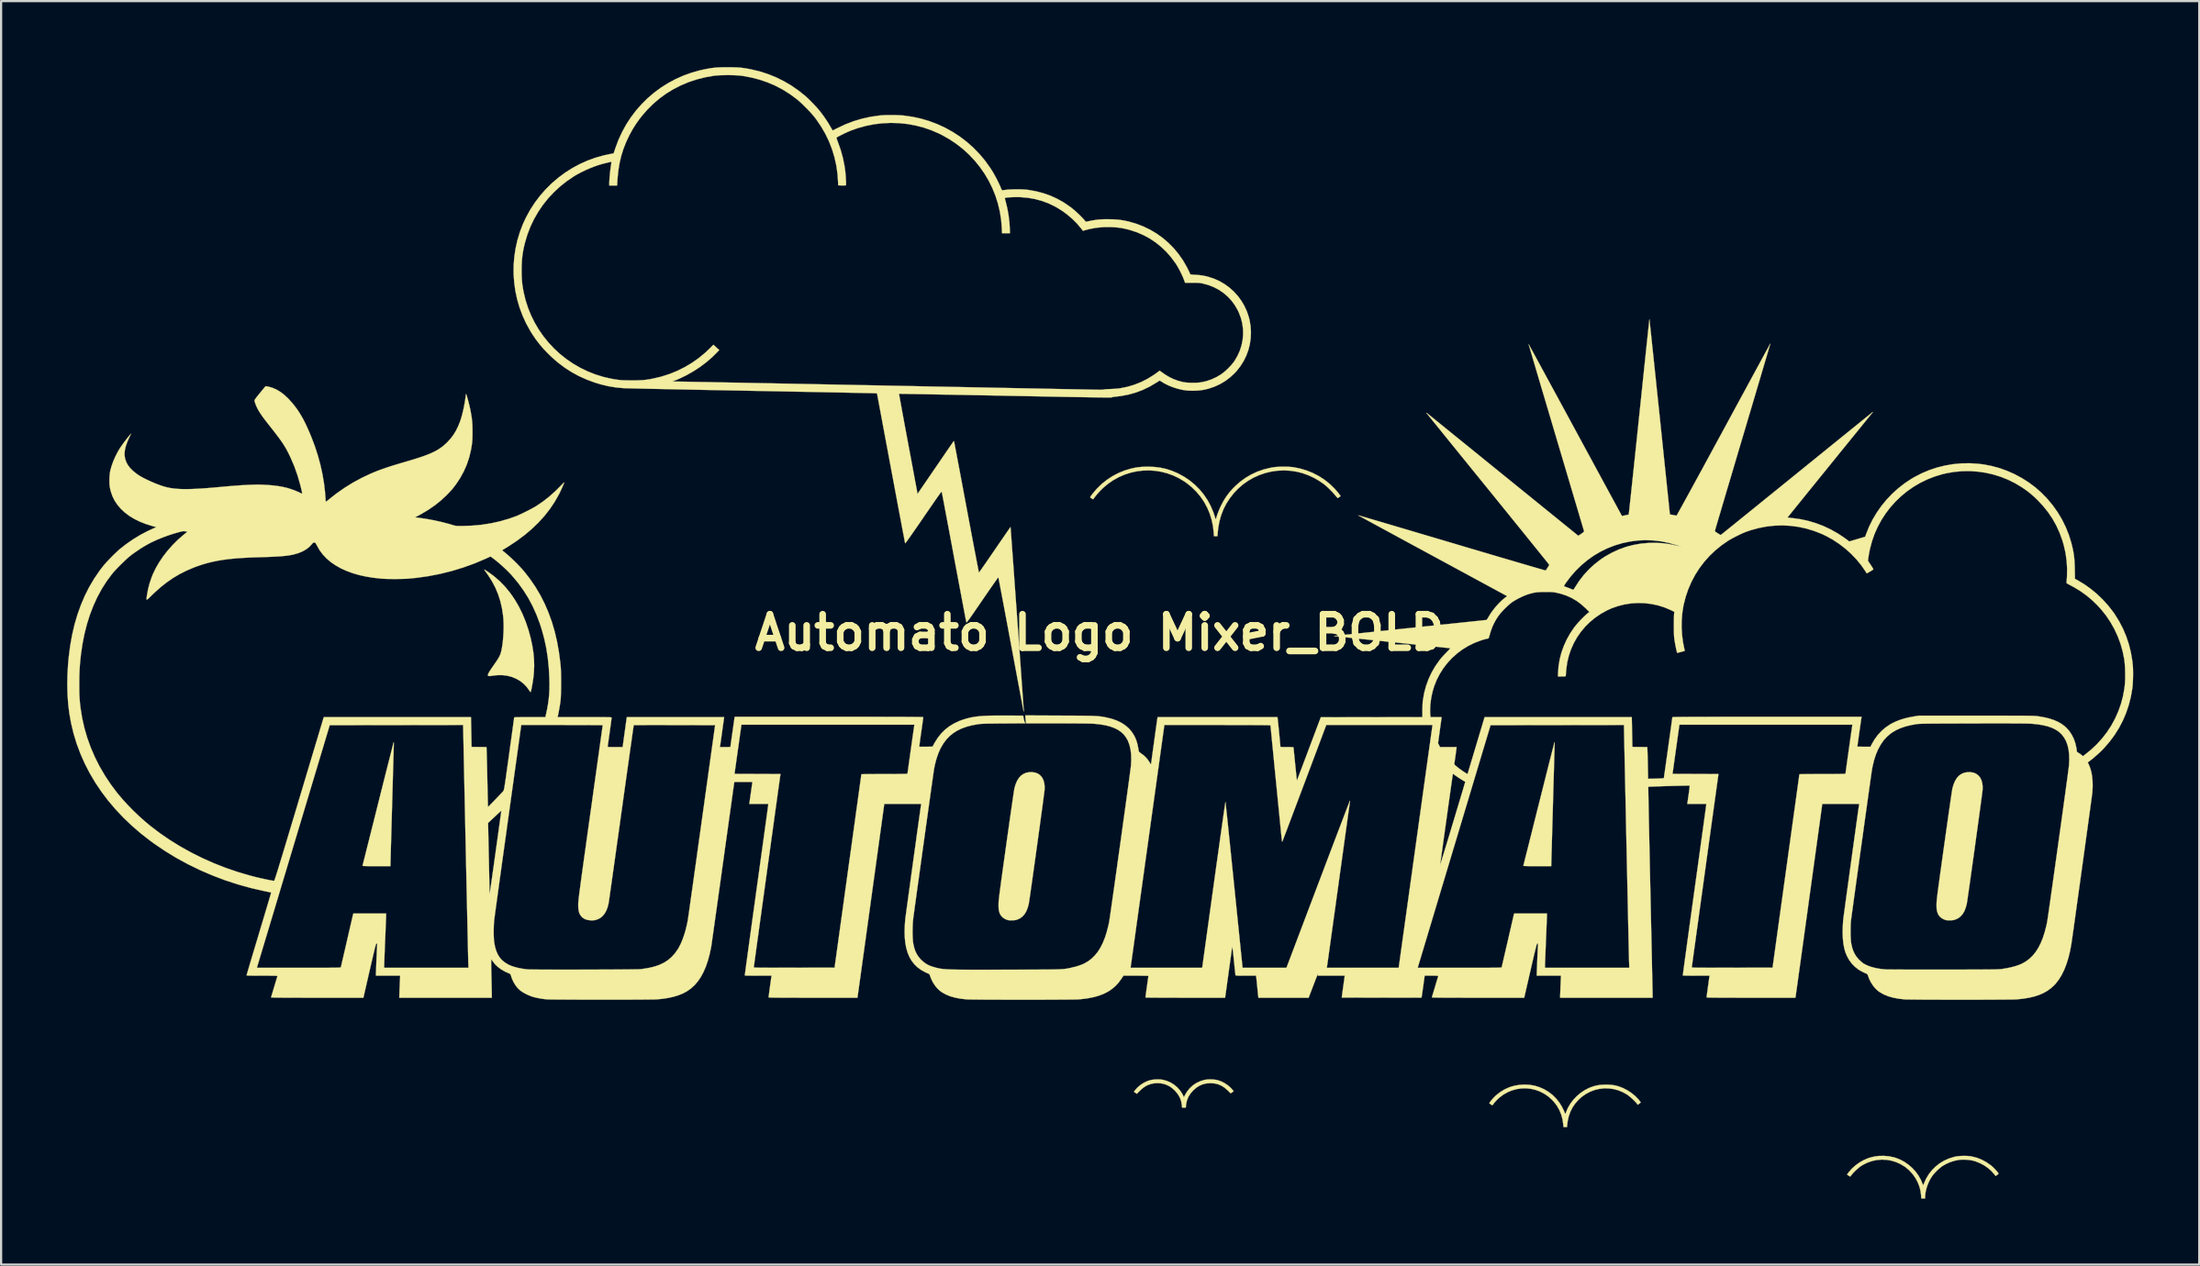
<source format=kicad_pcb>
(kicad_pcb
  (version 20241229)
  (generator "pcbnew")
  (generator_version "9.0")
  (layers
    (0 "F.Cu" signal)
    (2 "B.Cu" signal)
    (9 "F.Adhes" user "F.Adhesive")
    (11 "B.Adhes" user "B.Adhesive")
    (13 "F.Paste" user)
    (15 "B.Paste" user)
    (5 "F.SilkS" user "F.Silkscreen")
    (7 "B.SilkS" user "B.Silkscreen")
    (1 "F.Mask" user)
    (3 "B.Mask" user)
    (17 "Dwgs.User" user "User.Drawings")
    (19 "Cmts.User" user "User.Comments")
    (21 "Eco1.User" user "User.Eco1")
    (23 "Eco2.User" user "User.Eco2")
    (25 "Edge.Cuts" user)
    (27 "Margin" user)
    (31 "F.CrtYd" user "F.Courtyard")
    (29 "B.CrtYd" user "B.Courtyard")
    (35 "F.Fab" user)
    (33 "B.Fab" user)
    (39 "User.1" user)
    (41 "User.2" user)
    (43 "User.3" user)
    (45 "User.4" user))
  (footprint "Automato Logo Mixer_BOLD"
    (layer "F.Cu")
    (at 46.887 25.68)
    (property "Reference" "Automato Logo Mixer_BOLD" (at 0 0 0) (layer "F.SilkS") (effects (font (size 1.524 1.524) (thickness 0.3))))
    (attr through_hole)
    (fp_poly (pts (xy -32.06 4.989) (xy -32.059 5.027) (xy -32.059 5.081) (xy -32.06 5.121) (xy -32.061 5.156) (xy -32.063 5.218) (xy -32.066 5.305) (xy -32.069 5.415) (xy -32.073 5.547) (xy -32.077 5.699) (xy -32.082 5.868) (xy -32.087 6.054) (xy -32.093 6.253) (xy -32.099 6.466) (xy -32.105 6.688) (xy -32.111 6.92) (xy -32.118 7.158) (xy -32.125 7.401) (xy -32.132 7.648) (xy -32.139 7.896) (xy -32.146 8.144) (xy -32.153 8.389) (xy -32.16 8.631) (xy -32.166 8.866) (xy -32.173 9.094) (xy -32.179 9.313) (xy -32.184 9.52) (xy -32.19 9.713) (xy -32.195 9.892) (xy -32.199 10.054) (xy -32.203 10.197) (xy -32.207 10.32) (xy -32.209 10.42) (xy -32.211 10.497) (xy -32.213 10.547) (xy -32.213 10.569) (xy -32.213 10.57) (xy -32.213 10.608) (xy -32.85 10.608) (xy -33.01 10.608) (xy -33.143 10.608) (xy -33.25 10.607) (xy -33.334 10.605) (xy -33.396 10.603) (xy -33.44 10.6) (xy -33.467 10.597) (xy -33.479 10.593) (xy -33.48 10.59) (xy -33.476 10.573) (xy -33.465 10.53) (xy -33.447 10.46) (xy -33.423 10.365) (xy -33.393 10.247) (xy -33.358 10.107) (xy -33.318 9.947) (xy -33.273 9.767) (xy -33.223 9.57) (xy -33.169 9.356) (xy -33.112 9.127) (xy -33.051 8.885) (xy -32.987 8.631) (xy -32.921 8.367) (xy -32.852 8.092) (xy -32.782 7.811) (xy -32.772 7.773) (xy -32.702 7.491) (xy -32.633 7.216) (xy -32.566 6.951) (xy -32.502 6.696) (xy -32.441 6.453) (xy -32.383 6.224) (xy -32.328 6.009) (xy -32.278 5.811) (xy -32.232 5.63) (xy -32.191 5.468) (xy -32.155 5.327) (xy -32.125 5.208) (xy -32.1 5.111) (xy -32.081 5.04) (xy -32.069 4.994) (xy -32.063 4.976) (xy -32.063 4.976) (xy -32.06 4.989)) (stroke (width 0.01) (type solid)) (fill yes) (layer "F.SilkS"))
    (fp_poly (pts (xy 5.142 20.298) (xy 5.268 20.313) (xy 5.363 20.335) (xy 5.516 20.391) (xy 5.667 20.47) (xy 5.809 20.566) (xy 5.933 20.675) (xy 6.002 20.751) (xy 6.067 20.831) (xy 5.932 20.927) (xy 5.793 20.791) (xy 5.655 20.671) (xy 5.512 20.58) (xy 5.36 20.515) (xy 5.198 20.477) (xy 5.022 20.464) (xy 5.013 20.464) (xy 4.835 20.476) (xy 4.671 20.513) (xy 4.519 20.577) (xy 4.375 20.668) (xy 4.237 20.788) (xy 4.234 20.79) (xy 4.111 20.931) (xy 4.016 21.08) (xy 3.95 21.238) (xy 3.911 21.404) (xy 3.905 21.462) (xy 3.895 21.575) (xy 3.725 21.575) (xy 3.715 21.462) (xy 3.686 21.292) (xy 3.63 21.132) (xy 3.544 20.98) (xy 3.43 20.837) (xy 3.386 20.79) (xy 3.264 20.682) (xy 3.141 20.599) (xy 3.006 20.536) (xy 2.89 20.497) (xy 2.759 20.472) (xy 2.615 20.462) (xy 2.47 20.47) (xy 2.337 20.494) (xy 2.324 20.497) (xy 2.189 20.543) (xy 2.07 20.601) (xy 1.959 20.676) (xy 1.847 20.773) (xy 1.818 20.801) (xy 1.671 20.947) (xy 1.604 20.901) (xy 1.537 20.855) (xy 1.578 20.801) (xy 1.691 20.67) (xy 1.828 20.552) (xy 1.98 20.452) (xy 2.144 20.373) (xy 2.259 20.334) (xy 2.367 20.311) (xy 2.492 20.297) (xy 2.624 20.292) (xy 2.751 20.297) (xy 2.855 20.312) (xy 3.04 20.364) (xy 3.215 20.441) (xy 3.375 20.543) (xy 3.518 20.665) (xy 3.642 20.806) (xy 3.743 20.965) (xy 3.773 21.025) (xy 3.808 21.101) (xy 3.848 21.02) (xy 3.951 20.846) (xy 4.074 20.694) (xy 4.217 20.563) (xy 4.376 20.456) (xy 4.551 20.374) (xy 4.74 20.317) (xy 4.765 20.312) (xy 4.879 20.297) (xy 5.009 20.292) (xy 5.142 20.298)) (stroke (width 0.01) (type solid)) (fill yes) (layer "F.SilkS"))
    (fp_poly (pts (xy 20.637 4.989) (xy 20.639 5.027) (xy 20.638 5.081) (xy 20.637 5.121) (xy 20.636 5.156) (xy 20.634 5.218) (xy 20.632 5.305) (xy 20.629 5.415) (xy 20.625 5.547) (xy 20.621 5.699) (xy 20.616 5.868) (xy 20.611 6.054) (xy 20.605 6.253) (xy 20.599 6.466) (xy 20.593 6.688) (xy 20.586 6.92) (xy 20.579 7.158) (xy 20.572 7.401) (xy 20.566 7.648) (xy 20.559 7.896) (xy 20.552 8.144) (xy 20.545 8.389) (xy 20.538 8.631) (xy 20.531 8.866) (xy 20.525 9.094) (xy 20.519 9.313) (xy 20.513 9.52) (xy 20.508 9.713) (xy 20.503 9.892) (xy 20.498 10.054) (xy 20.494 10.197) (xy 20.491 10.32) (xy 20.488 10.42) (xy 20.486 10.497) (xy 20.485 10.547) (xy 20.484 10.569) (xy 20.484 10.57) (xy 20.484 10.608) (xy 19.848 10.608) (xy 19.687 10.608) (xy 19.555 10.608) (xy 19.448 10.607) (xy 19.364 10.605) (xy 19.301 10.603) (xy 19.258 10.6) (xy 19.231 10.597) (xy 19.219 10.593) (xy 19.218 10.59) (xy 19.222 10.573) (xy 19.233 10.53) (xy 19.251 10.46) (xy 19.274 10.365) (xy 19.304 10.247) (xy 19.339 10.107) (xy 19.38 9.947) (xy 19.425 9.767) (xy 19.475 9.57) (xy 19.528 9.356) (xy 19.586 9.127) (xy 19.646 8.885) (xy 19.71 8.631) (xy 19.776 8.367) (xy 19.845 8.092) (xy 19.916 7.811) (xy 19.925 7.773) (xy 19.996 7.491) (xy 20.065 7.216) (xy 20.132 6.951) (xy 20.196 6.696) (xy 20.257 6.453) (xy 20.315 6.224) (xy 20.369 6.009) (xy 20.419 5.811) (xy 20.465 5.63) (xy 20.506 5.468) (xy 20.542 5.327) (xy 20.573 5.208) (xy 20.598 5.111) (xy 20.616 5.04) (xy 20.629 4.994) (xy 20.634 4.976) (xy 20.634 4.975) (xy 20.637 4.989)) (stroke (width 0.01) (type solid)) (fill yes) (layer "F.SilkS"))
    (fp_poly (pts (xy -27.938 -2.856) (xy -27.903 -2.836) (xy -27.853 -2.804) (xy -27.792 -2.763) (xy -27.724 -2.715) (xy -27.653 -2.665) (xy -27.584 -2.613) (xy -27.52 -2.565) (xy -27.492 -2.542) (xy -27.235 -2.318) (xy -26.996 -2.069) (xy -26.774 -1.797) (xy -26.57 -1.502) (xy -26.385 -1.186) (xy -26.219 -0.849) (xy -26.072 -0.491) (xy -25.945 -0.114) (xy -25.842 0.269) (xy -25.772 0.596) (xy -25.723 0.908) (xy -25.695 1.211) (xy -25.687 1.509) (xy -25.7 1.808) (xy -25.723 2.039) (xy -25.733 2.115) (xy -25.746 2.202) (xy -25.761 2.296) (xy -25.778 2.391) (xy -25.795 2.481) (xy -25.811 2.563) (xy -25.826 2.63) (xy -25.837 2.677) (xy -25.845 2.698) (xy -25.857 2.699) (xy -25.88 2.674) (xy -25.915 2.624) (xy -25.918 2.618) (xy -26.036 2.457) (xy -26.175 2.315) (xy -26.332 2.194) (xy -26.507 2.094) (xy -26.695 2.016) (xy -26.895 1.963) (xy -27.104 1.935) (xy -27.319 1.933) (xy -27.331 1.933) (xy -27.414 1.94) (xy -27.503 1.949) (xy -27.583 1.959) (xy -27.613 1.964) (xy -27.679 1.974) (xy -27.73 1.976) (xy -27.766 1.969) (xy -27.785 1.952) (xy -27.788 1.921) (xy -27.775 1.877) (xy -27.745 1.816) (xy -27.698 1.737) (xy -27.633 1.639) (xy -27.55 1.519) (xy -27.522 1.479) (xy -27.437 1.356) (xy -27.367 1.252) (xy -27.311 1.163) (xy -27.267 1.082) (xy -27.232 1.006) (xy -27.205 0.93) (xy -27.182 0.848) (xy -27.163 0.757) (xy -27.144 0.651) (xy -27.141 0.635) (xy -27.113 0.434) (xy -27.093 0.218) (xy -27.079 -0.006) (xy -27.073 -0.23) (xy -27.075 -0.445) (xy -27.086 -0.645) (xy -27.097 -0.762) (xy -27.149 -1.106) (xy -27.225 -1.433) (xy -27.326 -1.746) (xy -27.452 -2.046) (xy -27.605 -2.336) (xy -27.785 -2.618) (xy -27.861 -2.724) (xy -27.9 -2.777) (xy -27.93 -2.821) (xy -27.949 -2.851) (xy -27.953 -2.861) (xy -27.938 -2.856)) (stroke (width 0.01) (type solid)) (fill yes) (layer "F.SilkS"))
    (fp_poly (pts (xy -2.943 6.359) (xy -2.825 6.404) (xy -2.725 6.472) (xy -2.643 6.562) (xy -2.581 6.672) (xy -2.538 6.803) (xy -2.516 6.952) (xy -2.515 7.119) (xy -2.518 7.15) (xy -2.525 7.209) (xy -2.536 7.293) (xy -2.55 7.401) (xy -2.567 7.531) (xy -2.587 7.681) (xy -2.609 7.85) (xy -2.634 8.034) (xy -2.661 8.232) (xy -2.69 8.443) (xy -2.72 8.665) (xy -2.751 8.894) (xy -2.784 9.131) (xy -2.817 9.372) (xy -2.851 9.616) (xy -2.885 9.861) (xy -2.918 10.104) (xy -2.952 10.345) (xy -2.985 10.581) (xy -3.017 10.809) (xy -3.048 11.03) (xy -3.077 11.239) (xy -3.105 11.436) (xy -3.131 11.618) (xy -3.155 11.784) (xy -3.176 11.932) (xy -3.195 12.06) (xy -3.211 12.165) (xy -3.223 12.246) (xy -3.232 12.301) (xy -3.236 12.326) (xy -3.285 12.506) (xy -3.348 12.66) (xy -3.425 12.789) (xy -3.518 12.894) (xy -3.626 12.975) (xy -3.751 13.033) (xy -3.812 13.052) (xy -3.88 13.064) (xy -3.965 13.07) (xy -4.055 13.071) (xy -4.137 13.066) (xy -4.187 13.057) (xy -4.288 13.021) (xy -4.383 12.966) (xy -4.463 12.896) (xy -4.521 12.816) (xy -4.526 12.807) (xy -4.559 12.735) (xy -4.582 12.663) (xy -4.597 12.583) (xy -4.605 12.49) (xy -4.607 12.374) (xy -4.607 12.356) (xy -4.607 12.327) (xy -4.606 12.295) (xy -4.604 12.26) (xy -4.602 12.22) (xy -4.598 12.174) (xy -4.592 12.12) (xy -4.586 12.058) (xy -4.577 11.984) (xy -4.567 11.899) (xy -4.554 11.801) (xy -4.539 11.687) (xy -4.522 11.557) (xy -4.502 11.41) (xy -4.48 11.244) (xy -4.454 11.057) (xy -4.425 10.847) (xy -4.393 10.615) (xy -4.357 10.358) (xy -4.317 10.074) (xy -4.274 9.762) (xy -4.26 9.667) (xy -4.223 9.397) (xy -4.185 9.133) (xy -4.149 8.878) (xy -4.115 8.633) (xy -4.081 8.399) (xy -4.05 8.179) (xy -4.02 7.974) (xy -3.993 7.786) (xy -3.968 7.615) (xy -3.946 7.465) (xy -3.927 7.336) (xy -3.911 7.23) (xy -3.898 7.149) (xy -3.889 7.095) (xy -3.885 7.069) (xy -3.831 6.887) (xy -3.763 6.73) (xy -3.681 6.6) (xy -3.585 6.496) (xy -3.475 6.419) (xy -3.351 6.367) (xy -3.211 6.34) (xy -3.077 6.339) (xy -2.943 6.359)) (stroke (width 0.01) (type solid)) (fill yes) (layer "F.SilkS"))
    (fp_poly (pts (xy 39.64 6.359) (xy 39.757 6.404) (xy 39.857 6.472) (xy 39.939 6.562) (xy 40.002 6.672) (xy 40.044 6.803) (xy 40.066 6.952) (xy 40.067 7.119) (xy 40.067 7.119) (xy 40.064 7.15) (xy 40.057 7.209) (xy 40.047 7.293) (xy 40.033 7.401) (xy 40.016 7.531) (xy 39.996 7.682) (xy 39.973 7.85) (xy 39.948 8.034) (xy 39.921 8.233) (xy 39.893 8.444) (xy 39.862 8.665) (xy 39.831 8.895) (xy 39.798 9.131) (xy 39.765 9.372) (xy 39.732 9.616) (xy 39.698 9.861) (xy 39.664 10.104) (xy 39.63 10.345) (xy 39.597 10.581) (xy 39.565 10.81) (xy 39.534 11.03) (xy 39.505 11.239) (xy 39.477 11.436) (xy 39.451 11.619) (xy 39.427 11.785) (xy 39.406 11.932) (xy 39.387 12.06) (xy 39.372 12.165) (xy 39.359 12.246) (xy 39.351 12.301) (xy 39.346 12.326) (xy 39.297 12.506) (xy 39.235 12.66) (xy 39.157 12.789) (xy 39.065 12.894) (xy 38.956 12.975) (xy 38.831 13.033) (xy 38.77 13.052) (xy 38.702 13.064) (xy 38.617 13.07) (xy 38.528 13.071) (xy 38.445 13.066) (xy 38.395 13.057) (xy 38.294 13.021) (xy 38.2 12.966) (xy 38.12 12.896) (xy 38.061 12.816) (xy 38.057 12.807) (xy 38.024 12.735) (xy 38 12.663) (xy 37.985 12.583) (xy 37.977 12.49) (xy 37.975 12.374) (xy 37.975 12.356) (xy 37.975 12.327) (xy 37.976 12.295) (xy 37.978 12.26) (xy 37.981 12.22) (xy 37.985 12.174) (xy 37.99 12.12) (xy 37.997 12.058) (xy 38.005 11.985) (xy 38.016 11.899) (xy 38.028 11.801) (xy 38.043 11.687) (xy 38.06 11.558) (xy 38.08 11.41) (xy 38.103 11.244) (xy 38.128 11.057) (xy 38.157 10.848) (xy 38.19 10.615) (xy 38.225 10.358) (xy 38.265 10.074) (xy 38.308 9.763) (xy 38.322 9.667) (xy 38.36 9.397) (xy 38.397 9.133) (xy 38.433 8.878) (xy 38.468 8.633) (xy 38.501 8.399) (xy 38.532 8.179) (xy 38.562 7.974) (xy 38.589 7.786) (xy 38.614 7.615) (xy 38.636 7.465) (xy 38.655 7.336) (xy 38.671 7.23) (xy 38.684 7.149) (xy 38.693 7.095) (xy 38.698 7.069) (xy 38.752 6.887) (xy 38.82 6.73) (xy 38.901 6.6) (xy 38.997 6.496) (xy 39.107 6.419) (xy 39.232 6.367) (xy 39.371 6.341) (xy 39.505 6.339) (xy 39.64 6.359)) (stroke (width 0.01) (type solid)) (fill yes) (layer "F.SilkS"))
    (fp_poly (pts (xy 19.514 20.542) (xy 19.74 20.582) (xy 19.957 20.65) (xy 20.168 20.745) (xy 20.375 20.87) (xy 20.382 20.875) (xy 20.551 21.008) (xy 20.708 21.165) (xy 20.848 21.341) (xy 20.969 21.532) (xy 21.067 21.733) (xy 21.089 21.789) (xy 21.122 21.876) (xy 21.156 21.782) (xy 21.241 21.586) (xy 21.353 21.398) (xy 21.487 21.22) (xy 21.641 21.057) (xy 21.812 20.912) (xy 21.996 20.787) (xy 22.189 20.687) (xy 22.321 20.635) (xy 22.442 20.596) (xy 22.553 20.569) (xy 22.664 20.55) (xy 22.785 20.539) (xy 22.89 20.534) (xy 23.07 20.533) (xy 23.231 20.544) (xy 23.382 20.568) (xy 23.532 20.607) (xy 23.549 20.612) (xy 23.749 20.689) (xy 23.944 20.79) (xy 24.128 20.911) (xy 24.295 21.048) (xy 24.441 21.199) (xy 24.473 21.238) (xy 24.508 21.283) (xy 24.534 21.318) (xy 24.548 21.337) (xy 24.548 21.339) (xy 24.537 21.351) (xy 24.509 21.374) (xy 24.479 21.396) (xy 24.41 21.446) (xy 24.379 21.402) (xy 24.339 21.352) (xy 24.281 21.289) (xy 24.21 21.219) (xy 24.133 21.148) (xy 24.056 21.081) (xy 23.985 21.024) (xy 23.931 20.985) (xy 23.733 20.874) (xy 23.527 20.789) (xy 23.315 20.732) (xy 23.1 20.703) (xy 22.884 20.7) (xy 22.67 20.724) (xy 22.459 20.774) (xy 22.256 20.85) (xy 22.061 20.953) (xy 21.878 21.08) (xy 21.725 21.217) (xy 21.576 21.385) (xy 21.452 21.565) (xy 21.354 21.759) (xy 21.28 21.969) (xy 21.229 22.195) (xy 21.209 22.356) (xy 21.199 22.457) (xy 21.041 22.457) (xy 21.03 22.341) (xy 20.995 22.104) (xy 20.934 21.881) (xy 20.847 21.674) (xy 20.735 21.48) (xy 20.595 21.301) (xy 20.515 21.216) (xy 20.345 21.065) (xy 20.161 20.941) (xy 19.968 20.842) (xy 19.765 20.769) (xy 19.558 20.721) (xy 19.347 20.699) (xy 19.134 20.703) (xy 18.924 20.733) (xy 18.717 20.788) (xy 18.517 20.869) (xy 18.326 20.976) (xy 18.145 21.109) (xy 18.052 21.192) (xy 17.985 21.261) (xy 17.918 21.335) (xy 17.859 21.408) (xy 17.815 21.469) (xy 17.801 21.466) (xy 17.772 21.45) (xy 17.737 21.427) (xy 17.704 21.402) (xy 17.681 21.381) (xy 17.675 21.373) (xy 17.685 21.351) (xy 17.711 21.313) (xy 17.75 21.264) (xy 17.797 21.207) (xy 17.849 21.149) (xy 17.9 21.093) (xy 17.947 21.046) (xy 17.969 21.026) (xy 18.162 20.873) (xy 18.365 20.748) (xy 18.579 20.652) (xy 18.803 20.583) (xy 19.037 20.542) (xy 19.276 20.529) (xy 19.514 20.542)) (stroke (width 0.01) (type solid)) (fill yes) (layer "F.SilkS"))
    (fp_poly (pts (xy 39.376 23.77) (xy 39.504 23.781) (xy 39.567 23.792) (xy 39.8 23.851) (xy 40.019 23.936) (xy 40.228 24.047) (xy 40.428 24.186) (xy 40.489 24.236) (xy 40.534 24.276) (xy 40.585 24.326) (xy 40.638 24.382) (xy 40.689 24.438) (xy 40.734 24.49) (xy 40.768 24.534) (xy 40.787 24.564) (xy 40.789 24.572) (xy 40.778 24.589) (xy 40.749 24.616) (xy 40.724 24.635) (xy 40.658 24.682) (xy 40.595 24.601) (xy 40.462 24.45) (xy 40.304 24.313) (xy 40.129 24.193) (xy 39.94 24.093) (xy 39.742 24.015) (xy 39.643 23.986) (xy 39.52 23.962) (xy 39.38 23.945) (xy 39.235 23.937) (xy 39.096 23.939) (xy 38.982 23.95) (xy 38.793 23.989) (xy 38.604 24.048) (xy 38.424 24.126) (xy 38.26 24.218) (xy 38.233 24.236) (xy 38.16 24.291) (xy 38.077 24.362) (xy 37.99 24.443) (xy 37.908 24.528) (xy 37.836 24.607) (xy 37.8 24.653) (xy 37.712 24.786) (xy 37.633 24.936) (xy 37.566 25.097) (xy 37.512 25.262) (xy 37.476 25.423) (xy 37.459 25.574) (xy 37.458 25.619) (xy 37.458 25.699) (xy 37.283 25.699) (xy 37.274 25.553) (xy 37.246 25.346) (xy 37.191 25.141) (xy 37.11 24.943) (xy 37.005 24.754) (xy 36.878 24.579) (xy 36.732 24.42) (xy 36.567 24.281) (xy 36.541 24.263) (xy 36.347 24.143) (xy 36.142 24.05) (xy 35.93 23.985) (xy 35.714 23.947) (xy 35.495 23.936) (xy 35.277 23.953) (xy 35.061 23.997) (xy 34.851 24.068) (xy 34.648 24.167) (xy 34.546 24.23) (xy 34.475 24.281) (xy 34.397 24.346) (xy 34.316 24.419) (xy 34.238 24.494) (xy 34.171 24.566) (xy 34.119 24.628) (xy 34.104 24.649) (xy 34.079 24.686) (xy 34.061 24.702) (xy 34.044 24.7) (xy 34.022 24.688) (xy 33.98 24.661) (xy 33.947 24.638) (xy 33.912 24.612) (xy 33.984 24.517) (xy 34.126 24.352) (xy 34.292 24.202) (xy 34.476 24.069) (xy 34.673 23.957) (xy 34.88 23.869) (xy 34.927 23.854) (xy 35.141 23.799) (xy 35.365 23.769) (xy 35.595 23.766) (xy 35.826 23.788) (xy 36.051 23.836) (xy 36.118 23.856) (xy 36.321 23.934) (xy 36.516 24.039) (xy 36.699 24.166) (xy 36.869 24.313) (xy 37.02 24.476) (xy 37.151 24.654) (xy 37.257 24.842) (xy 37.294 24.923) (xy 37.317 24.981) (xy 37.339 25.033) (xy 37.354 25.068) (xy 37.355 25.071) (xy 37.364 25.089) (xy 37.372 25.091) (xy 37.383 25.073) (xy 37.4 25.032) (xy 37.406 25.015) (xy 37.503 24.799) (xy 37.625 24.598) (xy 37.769 24.415) (xy 37.934 24.251) (xy 38.117 24.107) (xy 38.317 23.986) (xy 38.533 23.889) (xy 38.761 23.817) (xy 38.836 23.799) (xy 38.955 23.781) (xy 39.091 23.769) (xy 39.235 23.766) (xy 39.376 23.77)) (stroke (width 0.01) (type solid)) (fill yes) (layer "F.SilkS"))
    (fp_poly (pts (xy 2.47 -7.523) (xy 2.743 -7.489) (xy 3.005 -7.431) (xy 3.262 -7.348) (xy 3.519 -7.239) (xy 3.549 -7.224) (xy 3.82 -7.077) (xy 4.073 -6.906) (xy 4.306 -6.713) (xy 4.519 -6.5) (xy 4.711 -6.267) (xy 4.88 -6.017) (xy 5.024 -5.75) (xy 5.144 -5.468) (xy 5.206 -5.284) (xy 5.227 -5.215) (xy 5.242 -5.172) (xy 5.253 -5.151) (xy 5.26 -5.149) (xy 5.265 -5.163) (xy 5.265 -5.164) (xy 5.293 -5.264) (xy 5.332 -5.381) (xy 5.38 -5.507) (xy 5.434 -5.636) (xy 5.49 -5.758) (xy 5.491 -5.76) (xy 5.606 -5.978) (xy 5.729 -6.174) (xy 5.865 -6.356) (xy 6.019 -6.532) (xy 6.129 -6.643) (xy 6.361 -6.849) (xy 6.607 -7.028) (xy 6.868 -7.181) (xy 7.142 -7.308) (xy 7.431 -7.409) (xy 7.734 -7.483) (xy 7.881 -7.509) (xy 7.991 -7.522) (xy 8.121 -7.53) (xy 8.264 -7.535) (xy 8.411 -7.535) (xy 8.554 -7.53) (xy 8.683 -7.522) (xy 8.791 -7.509) (xy 9.094 -7.447) (xy 9.388 -7.358) (xy 9.67 -7.244) (xy 9.938 -7.104) (xy 10.191 -6.94) (xy 10.426 -6.754) (xy 10.632 -6.555) (xy 10.681 -6.502) (xy 10.732 -6.443) (xy 10.784 -6.382) (xy 10.832 -6.323) (xy 10.873 -6.27) (xy 10.903 -6.229) (xy 10.919 -6.203) (xy 10.921 -6.196) (xy 10.906 -6.185) (xy 10.876 -6.163) (xy 10.859 -6.151) (xy 10.823 -6.127) (xy 10.797 -6.113) (xy 10.79 -6.111) (xy 10.776 -6.122) (xy 10.747 -6.152) (xy 10.709 -6.196) (xy 10.672 -6.242) (xy 10.604 -6.321) (xy 10.522 -6.41) (xy 10.431 -6.502) (xy 10.339 -6.592) (xy 10.251 -6.671) (xy 10.175 -6.735) (xy 10.167 -6.741) (xy 9.942 -6.896) (xy 9.7 -7.034) (xy 9.448 -7.149) (xy 9.191 -7.241) (xy 8.942 -7.305) (xy 8.648 -7.35) (xy 8.355 -7.366) (xy 8.065 -7.353) (xy 7.778 -7.313) (xy 7.498 -7.246) (xy 7.227 -7.153) (xy 6.965 -7.034) (xy 6.716 -6.89) (xy 6.48 -6.722) (xy 6.261 -6.53) (xy 6.074 -6.332) (xy 5.891 -6.099) (xy 5.734 -5.856) (xy 5.605 -5.603) (xy 5.501 -5.337) (xy 5.422 -5.056) (xy 5.367 -4.76) (xy 5.341 -4.508) (xy 5.331 -4.378) (xy 5.173 -4.378) (xy 5.163 -4.531) (xy 5.129 -4.833) (xy 5.067 -5.126) (xy 4.979 -5.409) (xy 4.864 -5.679) (xy 4.724 -5.935) (xy 4.56 -6.176) (xy 4.372 -6.4) (xy 4.162 -6.607) (xy 3.929 -6.794) (xy 3.835 -6.86) (xy 3.582 -7.012) (xy 3.32 -7.137) (xy 3.05 -7.234) (xy 2.775 -7.305) (xy 2.496 -7.349) (xy 2.216 -7.366) (xy 1.935 -7.357) (xy 1.657 -7.322) (xy 1.383 -7.261) (xy 1.115 -7.174) (xy 0.855 -7.061) (xy 0.605 -6.923) (xy 0.367 -6.76) (xy 0.143 -6.572) (xy 0.014 -6.445) (xy -0.039 -6.388) (xy -0.098 -6.322) (xy -0.156 -6.254) (xy -0.21 -6.188) (xy -0.255 -6.13) (xy -0.287 -6.086) (xy -0.296 -6.071) (xy -0.307 -6.058) (xy -0.323 -6.059) (xy -0.352 -6.073) (xy -0.379 -6.09) (xy -0.417 -6.116) (xy -0.443 -6.138) (xy -0.448 -6.147) (xy -0.44 -6.164) (xy -0.416 -6.199) (xy -0.382 -6.247) (xy -0.345 -6.297) (xy -0.148 -6.53) (xy 0.069 -6.742) (xy 0.305 -6.932) (xy 0.558 -7.099) (xy 0.825 -7.24) (xy 1.106 -7.356) (xy 1.38 -7.44) (xy 1.557 -7.481) (xy 1.728 -7.509) (xy 1.903 -7.527) (xy 2.092 -7.534) (xy 2.181 -7.535) (xy 2.47 -7.523)) (stroke (width 0.01) (type solid)) (fill yes) (layer "F.SilkS"))
    (fp_poly (pts (xy -16.734 -25.675) (xy -16.593 -25.672) (xy -16.469 -25.667) (xy -16.355 -25.66) (xy -16.247 -25.649) (xy -16.137 -25.633) (xy -16.018 -25.614) (xy -15.886 -25.589) (xy -15.838 -25.579) (xy -15.454 -25.488) (xy -15.079 -25.368) (xy -14.713 -25.22) (xy -14.359 -25.046) (xy -14.017 -24.846) (xy -13.691 -24.62) (xy -13.395 -24.384) (xy -13.305 -24.303) (xy -13.203 -24.205) (xy -13.094 -24.097) (xy -12.985 -23.983) (xy -12.88 -23.871) (xy -12.787 -23.766) (xy -12.711 -23.675) (xy -12.71 -23.674) (xy -12.528 -23.431) (xy -12.352 -23.168) (xy -12.182 -22.88) (xy -12.14 -22.804) (xy -12.127 -22.81) (xy -12.091 -22.827) (xy -12.038 -22.853) (xy -11.971 -22.887) (xy -11.907 -22.919) (xy -11.549 -23.086) (xy -11.185 -23.226) (xy -10.813 -23.337) (xy -10.431 -23.422) (xy -10.035 -23.48) (xy -9.958 -23.489) (xy -9.853 -23.496) (xy -9.725 -23.502) (xy -9.582 -23.504) (xy -9.431 -23.504) (xy -9.28 -23.502) (xy -9.135 -23.497) (xy -9.004 -23.49) (xy -8.9 -23.481) (xy -8.504 -23.423) (xy -8.116 -23.338) (xy -7.739 -23.225) (xy -7.372 -23.086) (xy -7.018 -22.921) (xy -6.678 -22.732) (xy -6.352 -22.519) (xy -6.043 -22.282) (xy -5.751 -22.023) (xy -5.478 -21.742) (xy -5.225 -21.441) (xy -4.994 -21.12) (xy -4.87 -20.927) (xy -4.818 -20.836) (xy -4.759 -20.729) (xy -4.697 -20.612) (xy -4.636 -20.492) (xy -4.581 -20.378) (xy -4.534 -20.276) (xy -4.505 -20.208) (xy -4.483 -20.156) (xy -4.465 -20.116) (xy -4.454 -20.094) (xy -4.454 -20.093) (xy -4.436 -20.091) (xy -4.396 -20.093) (xy -4.338 -20.099) (xy -4.281 -20.107) (xy -4.179 -20.118) (xy -4.055 -20.125) (xy -3.917 -20.13) (xy -3.771 -20.131) (xy -3.624 -20.13) (xy -3.485 -20.125) (xy -3.361 -20.117) (xy -3.258 -20.106) (xy -3.251 -20.105) (xy -2.9 -20.041) (xy -2.567 -19.953) (xy -2.249 -19.841) (xy -1.946 -19.703) (xy -1.654 -19.54) (xy -1.374 -19.35) (xy -1.251 -19.256) (xy -1.179 -19.196) (xy -1.096 -19.122) (xy -1.007 -19.039) (xy -0.917 -18.953) (xy -0.833 -18.869) (xy -0.759 -18.792) (xy -0.703 -18.729) (xy -0.698 -18.723) (xy -0.644 -18.658) (xy -0.453 -18.696) (xy -0.322 -18.721) (xy -0.209 -18.74) (xy -0.105 -18.754) (xy -0.002 -18.763) (xy 0.107 -18.769) (xy 0.231 -18.772) (xy 0.374 -18.772) (xy 0.562 -18.769) (xy 0.729 -18.761) (xy 0.883 -18.746) (xy 1.034 -18.724) (xy 1.19 -18.693) (xy 1.322 -18.663) (xy 1.654 -18.566) (xy 1.974 -18.442) (xy 2.28 -18.293) (xy 2.572 -18.12) (xy 2.847 -17.922) (xy 3.104 -17.702) (xy 3.343 -17.46) (xy 3.561 -17.198) (xy 3.759 -16.917) (xy 3.933 -16.617) (xy 3.974 -16.538) (xy 4.012 -16.459) (xy 4.046 -16.39) (xy 4.072 -16.333) (xy 4.089 -16.295) (xy 4.094 -16.279) (xy 4.104 -16.27) (xy 4.137 -16.263) (xy 4.194 -16.257) (xy 4.278 -16.252) (xy 4.299 -16.251) (xy 4.491 -16.237) (xy 4.665 -16.214) (xy 4.834 -16.179) (xy 4.915 -16.158) (xy 5.176 -16.073) (xy 5.424 -15.961) (xy 5.657 -15.826) (xy 5.875 -15.667) (xy 6.075 -15.487) (xy 6.255 -15.288) (xy 6.415 -15.072) (xy 6.552 -14.839) (xy 6.666 -14.592) (xy 6.754 -14.332) (xy 6.789 -14.193) (xy 6.835 -13.918) (xy 6.852 -13.643) (xy 6.841 -13.37) (xy 6.802 -13.1) (xy 6.736 -12.837) (xy 6.642 -12.582) (xy 6.523 -12.338) (xy 6.378 -12.106) (xy 6.208 -11.888) (xy 6.121 -11.792) (xy 5.916 -11.6) (xy 5.694 -11.432) (xy 5.456 -11.289) (xy 5.204 -11.172) (xy 4.938 -11.081) (xy 4.745 -11.033) (xy 4.592 -11.008) (xy 4.422 -10.991) (xy 4.245 -10.984) (xy 4.073 -10.986) (xy 3.928 -10.996) (xy 3.725 -11.027) (xy 3.517 -11.077) (xy 3.31 -11.143) (xy 3.113 -11.222) (xy 2.931 -11.312) (xy 2.784 -11.402) (xy 2.746 -11.427) (xy 2.718 -11.442) (xy 2.71 -11.445) (xy 2.694 -11.437) (xy 2.659 -11.416) (xy 2.608 -11.385) (xy 2.548 -11.346) (xy 2.541 -11.342) (xy 2.248 -11.169) (xy 1.942 -11.022) (xy 1.623 -10.902) (xy 1.294 -10.809) (xy 0.956 -10.745) (xy 0.697 -10.714) (xy 0.621 -10.706) (xy 0.568 -10.696) (xy 0.54 -10.685) (xy 0.538 -10.683) (xy 0.532 -10.681) (xy 0.517 -10.68) (xy 0.491 -10.678) (xy 0.454 -10.678) (xy 0.405 -10.677) (xy 0.343 -10.677) (xy 0.266 -10.677) (xy 0.176 -10.678) (xy 0.069 -10.679) (xy -0.054 -10.68) (xy -0.194 -10.682) (xy -0.352 -10.685) (xy -0.53 -10.687) (xy -0.727 -10.691) (xy -0.945 -10.694) (xy -1.185 -10.698) (xy -1.447 -10.703) (xy -1.732 -10.708) (xy -2.042 -10.714) (xy -2.376 -10.72) (xy -2.737 -10.727) (xy -3.124 -10.735) (xy -3.538 -10.743) (xy -3.982 -10.751) (xy -4.295 -10.757) (xy -4.672 -10.765) (xy -5.042 -10.772) (xy -5.403 -10.779) (xy -5.755 -10.785) (xy -6.095 -10.792) (xy -6.423 -10.798) (xy -6.737 -10.804) (xy -7.038 -10.809) (xy -7.322 -10.814) (xy -7.591 -10.819) (xy -7.841 -10.824) (xy -8.073 -10.828) (xy -8.284 -10.831) (xy -8.474 -10.835) (xy -8.643 -10.837) (xy -8.788 -10.84) (xy -8.908 -10.841) (xy -9.003 -10.843) (xy -9.071 -10.843) (xy -9.112 -10.843) (xy -9.123 -10.843) (xy -9.121 -10.828) (xy -9.114 -10.785) (xy -9.103 -10.715) (xy -9.086 -10.622) (xy -9.065 -10.505) (xy -9.04 -10.367) (xy -9.011 -10.209) (xy -8.979 -10.033) (xy -8.944 -9.841) (xy -8.906 -9.634) (xy -8.865 -9.413) (xy -8.822 -9.181) (xy -8.777 -8.939) (xy -8.73 -8.689) (xy -8.718 -8.626) (xy -8.671 -8.373) (xy -8.625 -8.127) (xy -8.58 -7.89) (xy -8.538 -7.664) (xy -8.498 -7.45) (xy -8.461 -7.251) (xy -8.427 -7.067) (xy -8.396 -6.9) (xy -8.368 -6.753) (xy -8.344 -6.626) (xy -8.325 -6.522) (xy -8.31 -6.442) (xy -8.3 -6.387) (xy -8.295 -6.36) (xy -8.295 -6.358) (xy -8.284 -6.299) (xy -7.472 -7.486) (xy -7.356 -7.655) (xy -7.245 -7.818) (xy -7.14 -7.971) (xy -7.042 -8.115) (xy -6.952 -8.246) (xy -6.871 -8.363) (xy -6.801 -8.465) (xy -6.742 -8.55) (xy -6.697 -8.616) (xy -6.665 -8.662) (xy -6.649 -8.685) (xy -6.647 -8.687) (xy -6.632 -8.696) (xy -6.629 -8.695) (xy -6.625 -8.68) (xy -6.617 -8.637) (xy -6.603 -8.567) (xy -6.585 -8.472) (xy -6.563 -8.353) (xy -6.536 -8.212) (xy -6.505 -8.05) (xy -6.471 -7.868) (xy -6.433 -7.667) (xy -6.392 -7.45) (xy -6.348 -7.217) (xy -6.302 -6.97) (xy -6.253 -6.711) (xy -6.203 -6.44) (xy -6.15 -6.159) (xy -6.096 -5.869) (xy -6.065 -5.704) (xy -6.01 -5.41) (xy -5.956 -5.124) (xy -5.904 -4.847) (xy -5.854 -4.582) (xy -5.806 -4.328) (xy -5.761 -4.088) (xy -5.718 -3.862) (xy -5.678 -3.653) (xy -5.641 -3.461) (xy -5.608 -3.288) (xy -5.579 -3.136) (xy -5.553 -3.005) (xy -5.532 -2.898) (xy -5.516 -2.815) (xy -5.504 -2.757) (xy -5.497 -2.727) (xy -5.495 -2.723) (xy -5.485 -2.735) (xy -5.46 -2.771) (xy -5.42 -2.828) (xy -5.367 -2.903) (xy -5.302 -2.997) (xy -5.226 -3.105) (xy -5.142 -3.228) (xy -5.049 -3.363) (xy -4.949 -3.508) (xy -4.844 -3.661) (xy -4.774 -3.763) (xy -4.666 -3.921) (xy -4.563 -4.071) (xy -4.466 -4.212) (xy -4.377 -4.341) (xy -4.297 -4.458) (xy -4.226 -4.561) (xy -4.166 -4.647) (xy -4.119 -4.715) (xy -4.085 -4.763) (xy -4.066 -4.79) (xy -4.063 -4.794) (xy -4.061 -4.778) (xy -4.058 -4.734) (xy -4.052 -4.663) (xy -4.045 -4.566) (xy -4.036 -4.446) (xy -4.026 -4.303) (xy -4.014 -4.139) (xy -4.001 -3.955) (xy -3.986 -3.753) (xy -3.97 -3.535) (xy -3.953 -3.301) (xy -3.935 -3.054) (xy -3.916 -2.794) (xy -3.897 -2.524) (xy -3.877 -2.243) (xy -3.856 -1.956) (xy -3.835 -1.661) (xy -3.813 -1.361) (xy -3.791 -1.058) (xy -3.769 -0.753) (xy -3.747 -0.447) (xy -3.725 -0.142) (xy -3.703 0.161) (xy -3.682 0.461) (xy -3.661 0.755) (xy -3.64 1.043) (xy -3.62 1.322) (xy -3.601 1.593) (xy -3.582 1.852) (xy -3.565 2.099) (xy -3.548 2.332) (xy -3.532 2.55) (xy -3.518 2.751) (xy -3.505 2.934) (xy -3.493 3.097) (xy -3.483 3.239) (xy -3.475 3.359) (xy -3.468 3.455) (xy -3.463 3.525) (xy -3.461 3.568) (xy -3.46 3.583) (xy -3.466 3.576) (xy -3.472 3.561) (xy -3.475 3.544) (xy -3.484 3.499) (xy -3.498 3.427) (xy -3.516 3.33) (xy -3.539 3.209) (xy -3.566 3.066) (xy -3.597 2.902) (xy -3.631 2.718) (xy -3.669 2.515) (xy -3.71 2.296) (xy -3.754 2.062) (xy -3.8 1.813) (xy -3.849 1.552) (xy -3.9 1.279) (xy -3.953 0.996) (xy -4.008 0.705) (xy -4.043 0.515) (xy -4.098 0.22) (xy -4.152 -0.068) (xy -4.204 -0.347) (xy -4.254 -0.615) (xy -4.303 -0.871) (xy -4.348 -1.114) (xy -4.391 -1.342) (xy -4.431 -1.554) (xy -4.468 -1.748) (xy -4.501 -1.924) (xy -4.531 -2.08) (xy -4.556 -2.214) (xy -4.578 -2.324) (xy -4.595 -2.411) (xy -4.607 -2.472) (xy -4.614 -2.506) (xy -4.615 -2.512) (xy -4.625 -2.502) (xy -4.65 -2.468) (xy -4.69 -2.414) (xy -4.742 -2.34) (xy -4.807 -2.248) (xy -4.882 -2.141) (xy -4.966 -2.019) (xy -5.059 -1.885) (xy -5.158 -1.741) (xy -5.263 -1.588) (xy -5.341 -1.475) (xy -5.468 -1.289) (xy -5.58 -1.126) (xy -5.677 -0.985) (xy -5.76 -0.864) (xy -5.831 -0.762) (xy -5.89 -0.678) (xy -5.939 -0.61) (xy -5.978 -0.557) (xy -6.008 -0.517) (xy -6.031 -0.488) (xy -6.048 -0.47) (xy -6.059 -0.462) (xy -6.065 -0.46) (xy -6.068 -0.464) (xy -6.072 -0.482) (xy -6.081 -0.528) (xy -6.095 -0.601) (xy -6.114 -0.699) (xy -6.137 -0.82) (xy -6.164 -0.964) (xy -6.195 -1.129) (xy -6.23 -1.313) (xy -6.268 -1.515) (xy -6.309 -1.734) (xy -6.353 -1.968) (xy -6.4 -2.215) (xy -6.448 -2.476) (xy -6.499 -2.747) (xy -6.552 -3.028) (xy -6.606 -3.316) (xy -6.627 -3.429) (xy -6.681 -3.721) (xy -6.734 -4.005) (xy -6.786 -4.28) (xy -6.835 -4.544) (xy -6.882 -4.797) (xy -6.927 -5.036) (xy -6.97 -5.261) (xy -7.009 -5.469) (xy -7.045 -5.661) (xy -7.077 -5.833) (xy -7.106 -5.985) (xy -7.131 -6.115) (xy -7.151 -6.222) (xy -7.167 -6.304) (xy -7.178 -6.36) (xy -7.183 -6.389) (xy -7.184 -6.393) (xy -7.188 -6.396) (xy -7.196 -6.392) (xy -7.208 -6.38) (xy -7.227 -6.359) (xy -7.252 -6.326) (xy -7.286 -6.282) (xy -7.328 -6.224) (xy -7.38 -6.151) (xy -7.442 -6.062) (xy -7.516 -5.956) (xy -7.603 -5.831) (xy -7.703 -5.685) (xy -7.818 -5.518) (xy -7.948 -5.329) (xy -8.015 -5.23) (xy -8.151 -5.032) (xy -8.277 -4.849) (xy -8.392 -4.683) (xy -8.496 -4.534) (xy -8.588 -4.403) (xy -8.667 -4.291) (xy -8.732 -4.199) (xy -8.783 -4.129) (xy -8.82 -4.081) (xy -8.84 -4.055) (xy -8.845 -4.052) (xy -8.849 -4.068) (xy -8.858 -4.113) (xy -8.872 -4.184) (xy -8.89 -4.28) (xy -8.913 -4.401) (xy -8.941 -4.545) (xy -8.972 -4.71) (xy -9.007 -4.895) (xy -9.045 -5.1) (xy -9.087 -5.322) (xy -9.132 -5.56) (xy -9.18 -5.814) (xy -9.23 -6.081) (xy -9.282 -6.36) (xy -9.337 -6.651) (xy -9.393 -6.952) (xy -9.451 -7.261) (xy -9.489 -7.466) (xy -10.123 -10.861) (xy -10.197 -10.869) (xy -10.218 -10.87) (xy -10.267 -10.871) (xy -10.344 -10.873) (xy -10.447 -10.875) (xy -10.576 -10.878) (xy -10.73 -10.881) (xy -10.908 -10.885) (xy -11.107 -10.889) (xy -11.329 -10.894) (xy -11.57 -10.899) (xy -11.831 -10.904) (xy -12.111 -10.91) (xy -12.407 -10.915) (xy -12.72 -10.922) (xy -13.048 -10.928) (xy -13.39 -10.935) (xy -13.744 -10.941) (xy -14.111 -10.948) (xy -14.489 -10.956) (xy -14.877 -10.963) (xy -15.273 -10.971) (xy -15.677 -10.978) (xy -15.838 -10.981) (xy -16.246 -10.989) (xy -16.648 -10.997) (xy -17.043 -11.004) (xy -17.429 -11.012) (xy -17.805 -11.019) (xy -18.17 -11.026) (xy -18.523 -11.033) (xy -18.863 -11.04) (xy -19.189 -11.046) (xy -19.499 -11.053) (xy -19.794 -11.059) (xy -20.07 -11.065) (xy -20.329 -11.07) (xy -20.567 -11.075) (xy -20.785 -11.08) (xy -20.981 -11.084) (xy -21.154 -11.088) (xy -21.303 -11.092) (xy -21.427 -11.095) (xy -21.525 -11.097) (xy -21.595 -11.1) (xy -21.637 -11.101) (xy -21.644 -11.102) (xy -21.99 -11.135) (xy -22.327 -11.192) (xy -22.661 -11.272) (xy -22.935 -11.355) (xy -23.306 -11.492) (xy -23.658 -11.651) (xy -23.993 -11.833) (xy -24.313 -12.04) (xy -24.621 -12.273) (xy -24.916 -12.533) (xy -25.056 -12.669) (xy -25.263 -12.886) (xy -25.447 -13.101) (xy -25.616 -13.322) (xy -25.775 -13.557) (xy -25.864 -13.701) (xy -26.054 -14.046) (xy -26.216 -14.402) (xy -26.352 -14.767) (xy -26.46 -15.14) (xy -26.541 -15.519) (xy -26.594 -15.901) (xy -26.62 -16.287) (xy -26.62 -16.444) (xy -26.258 -16.444) (xy -26.258 -16.435) (xy -26.256 -16.263) (xy -26.251 -16.112) (xy -26.242 -15.975) (xy -26.229 -15.843) (xy -26.21 -15.709) (xy -26.185 -15.564) (xy -26.169 -15.478) (xy -26.082 -15.109) (xy -25.968 -14.751) (xy -25.828 -14.406) (xy -25.663 -14.073) (xy -25.475 -13.755) (xy -25.264 -13.452) (xy -25.032 -13.165) (xy -24.78 -12.897) (xy -24.509 -12.647) (xy -24.22 -12.418) (xy -23.915 -12.21) (xy -23.594 -12.024) (xy -23.259 -11.862) (xy -22.91 -11.724) (xy -22.55 -11.613) (xy -22.218 -11.536) (xy -22.089 -11.512) (xy -21.973 -11.493) (xy -21.864 -11.478) (xy -21.755 -11.467) (xy -21.641 -11.46) (xy -21.513 -11.456) (xy -21.367 -11.454) (xy -21.254 -11.453) (xy -21.091 -11.454) (xy -20.951 -11.457) (xy -20.828 -11.462) (xy -20.716 -11.47) (xy -20.607 -11.482) (xy -20.497 -11.498) (xy -20.378 -11.519) (xy -20.29 -11.536) (xy -19.913 -11.625) (xy -19.547 -11.742) (xy -19.192 -11.886) (xy -18.85 -12.057) (xy -18.521 -12.253) (xy -18.208 -12.474) (xy -17.912 -12.72) (xy -17.699 -12.923) (xy -17.551 -13.072) (xy -17.418 -12.951) (xy -17.286 -12.831) (xy -17.365 -12.747) (xy -17.609 -12.505) (xy -17.877 -12.275) (xy -18.165 -12.059) (xy -18.469 -11.861) (xy -18.784 -11.683) (xy -19.105 -11.528) (xy -19.237 -11.473) (xy -19.416 -11.4) (xy -19.147 -11.399) (xy -19.117 -11.399) (xy -19.058 -11.398) (xy -18.97 -11.397) (xy -18.856 -11.395) (xy -18.714 -11.392) (xy -18.547 -11.389) (xy -18.355 -11.385) (xy -18.139 -11.381) (xy -17.9 -11.377) (xy -17.639 -11.372) (xy -17.355 -11.366) (xy -17.052 -11.36) (xy -16.728 -11.354) (xy -16.385 -11.348) (xy -16.024 -11.341) (xy -15.646 -11.333) (xy -15.251 -11.326) (xy -14.84 -11.318) (xy -14.415 -11.309) (xy -13.975 -11.301) (xy -13.522 -11.292) (xy -13.057 -11.283) (xy -12.58 -11.273) (xy -12.093 -11.264) (xy -11.595 -11.254) (xy -11.089 -11.244) (xy -10.574 -11.234) (xy -10.052 -11.224) (xy -9.577 -11.214) (xy -9.05 -11.204) (xy -8.529 -11.194) (xy -8.015 -11.183) (xy -7.511 -11.173) (xy -7.015 -11.164) (xy -6.529 -11.154) (xy -6.055 -11.145) (xy -5.592 -11.136) (xy -5.141 -11.127) (xy -4.704 -11.118) (xy -4.282 -11.11) (xy -3.874 -11.102) (xy -3.482 -11.094) (xy -3.107 -11.087) (xy -2.749 -11.08) (xy -2.41 -11.074) (xy -2.09 -11.067) (xy -1.79 -11.061) (xy -1.511 -11.056) (xy -1.253 -11.051) (xy -1.018 -11.047) (xy -0.807 -11.043) (xy -0.619 -11.039) (xy -0.457 -11.036) (xy -0.32 -11.033) (xy -0.21 -11.031) (xy -0.127 -11.03) (xy -0.073 -11.029) (xy -0.049 -11.028) (xy 0.03 -11.029) (xy 0.097 -11.03) (xy 0.147 -11.033) (xy 0.175 -11.037) (xy 0.179 -11.039) (xy 0.193 -11.044) (xy 0.233 -11.048) (xy 0.293 -11.053) (xy 0.37 -11.057) (xy 0.458 -11.061) (xy 0.467 -11.061) (xy 0.57 -11.065) (xy 0.674 -11.072) (xy 0.772 -11.079) (xy 0.854 -11.087) (xy 0.904 -11.094) (xy 1.235 -11.16) (xy 1.553 -11.254) (xy 1.86 -11.375) (xy 2.154 -11.523) (xy 2.437 -11.699) (xy 2.528 -11.763) (xy 2.709 -11.895) (xy 2.77 -11.849) (xy 2.963 -11.714) (xy 3.151 -11.602) (xy 3.338 -11.512) (xy 3.532 -11.44) (xy 3.738 -11.384) (xy 3.765 -11.378) (xy 3.854 -11.363) (xy 3.965 -11.352) (xy 4.089 -11.346) (xy 4.219 -11.343) (xy 4.346 -11.345) (xy 4.463 -11.351) (xy 4.562 -11.362) (xy 4.563 -11.362) (xy 4.817 -11.416) (xy 5.06 -11.498) (xy 5.294 -11.607) (xy 5.49 -11.725) (xy 5.594 -11.801) (xy 5.706 -11.895) (xy 5.819 -12.002) (xy 5.927 -12.115) (xy 6.023 -12.226) (xy 6.101 -12.33) (xy 6.109 -12.341) (xy 6.242 -12.569) (xy 6.348 -12.805) (xy 6.425 -13.048) (xy 6.475 -13.295) (xy 6.497 -13.546) (xy 6.491 -13.797) (xy 6.457 -14.047) (xy 6.394 -14.294) (xy 6.303 -14.535) (xy 6.25 -14.646) (xy 6.118 -14.874) (xy 5.964 -15.082) (xy 5.79 -15.268) (xy 5.596 -15.433) (xy 5.383 -15.575) (xy 5.153 -15.694) (xy 4.908 -15.789) (xy 4.662 -15.855) (xy 4.604 -15.867) (xy 4.55 -15.875) (xy 4.494 -15.882) (xy 4.431 -15.886) (xy 4.353 -15.888) (xy 4.255 -15.889) (xy 4.183 -15.889) (xy 3.862 -15.888) (xy 3.812 -16.024) (xy 3.761 -16.151) (xy 3.696 -16.293) (xy 3.623 -16.441) (xy 3.545 -16.583) (xy 3.468 -16.712) (xy 3.439 -16.757) (xy 3.239 -17.031) (xy 3.02 -17.283) (xy 2.783 -17.511) (xy 2.529 -17.716) (xy 2.259 -17.897) (xy 1.973 -18.052) (xy 1.672 -18.182) (xy 1.357 -18.285) (xy 1.238 -18.316) (xy 1.082 -18.352) (xy 0.936 -18.379) (xy 0.789 -18.398) (xy 0.633 -18.41) (xy 0.457 -18.418) (xy 0.456 -18.418) (xy 0.13 -18.414) (xy -0.183 -18.384) (xy -0.488 -18.326) (xy -0.657 -18.282) (xy -0.775 -18.247) (xy -0.868 -18.368) (xy -1.048 -18.579) (xy -1.252 -18.783) (xy -1.475 -18.975) (xy -1.712 -19.15) (xy -1.956 -19.303) (xy -2.065 -19.363) (xy -2.353 -19.5) (xy -2.647 -19.608) (xy -2.948 -19.689) (xy -3.259 -19.745) (xy -3.585 -19.774) (xy -3.653 -19.777) (xy -3.75 -19.779) (xy -3.856 -19.778) (xy -3.963 -19.775) (xy -4.066 -19.77) (xy -4.159 -19.764) (xy -4.236 -19.756) (xy -4.292 -19.747) (xy -4.305 -19.744) (xy -4.314 -19.738) (xy -4.318 -19.723) (xy -4.314 -19.695) (xy -4.303 -19.649) (xy -4.285 -19.584) (xy -4.21 -19.276) (xy -4.152 -18.955) (xy -4.113 -18.633) (xy -4.099 -18.396) (xy -4.089 -18.139) (xy -4.448 -18.139) (xy -4.457 -18.366) (xy -4.488 -18.747) (xy -4.547 -19.12) (xy -4.634 -19.486) (xy -4.747 -19.841) (xy -4.887 -20.187) (xy -5.051 -20.52) (xy -5.24 -20.839) (xy -5.452 -21.144) (xy -5.686 -21.433) (xy -5.942 -21.705) (xy -6.218 -21.958) (xy -6.515 -22.191) (xy -6.83 -22.403) (xy -7.164 -22.592) (xy -7.309 -22.665) (xy -7.656 -22.815) (xy -8.012 -22.937) (xy -8.376 -23.032) (xy -8.746 -23.099) (xy -9.121 -23.138) (xy -9.497 -23.149) (xy -9.874 -23.132) (xy -10.249 -23.088) (xy -10.62 -23.015) (xy -10.986 -22.915) (xy -11.293 -22.806) (xy -11.364 -22.777) (xy -11.446 -22.742) (xy -11.534 -22.702) (xy -11.624 -22.66) (xy -11.711 -22.617) (xy -11.792 -22.577) (xy -11.862 -22.54) (xy -11.916 -22.51) (xy -11.952 -22.488) (xy -11.963 -22.478) (xy -11.96 -22.458) (xy -11.948 -22.416) (xy -11.929 -22.358) (xy -11.904 -22.291) (xy -11.903 -22.29) (xy -11.774 -21.926) (xy -11.673 -21.56) (xy -11.598 -21.187) (xy -11.572 -21.007) (xy -11.563 -20.93) (xy -11.555 -20.843) (xy -11.547 -20.749) (xy -11.54 -20.653) (xy -11.535 -20.56) (xy -11.531 -20.476) (xy -11.529 -20.405) (xy -11.53 -20.351) (xy -11.532 -20.321) (xy -11.534 -20.316) (xy -11.552 -20.311) (xy -11.594 -20.309) (xy -11.653 -20.308) (xy -11.715 -20.308) (xy -11.886 -20.313) (xy -11.889 -20.425) (xy -11.915 -20.817) (xy -11.969 -21.203) (xy -12.052 -21.58) (xy -12.163 -21.948) (xy -12.302 -22.306) (xy -12.469 -22.653) (xy -12.663 -22.988) (xy -12.883 -23.31) (xy -12.985 -23.443) (xy -13.049 -23.519) (xy -13.13 -23.61) (xy -13.224 -23.71) (xy -13.326 -23.815) (xy -13.431 -23.92) (xy -13.534 -24.02) (xy -13.631 -24.11) (xy -13.716 -24.185) (xy -13.761 -24.223) (xy -14.075 -24.454) (xy -14.4 -24.659) (xy -14.736 -24.836) (xy -15.085 -24.986) (xy -15.446 -25.11) (xy -15.822 -25.208) (xy -16.213 -25.281) (xy -16.278 -25.29) (xy -16.379 -25.301) (xy -16.503 -25.309) (xy -16.643 -25.315) (xy -16.795 -25.318) (xy -16.95 -25.318) (xy -17.104 -25.316) (xy -17.249 -25.312) (xy -17.38 -25.304) (xy -17.49 -25.295) (xy -17.526 -25.29) (xy -17.921 -25.221) (xy -18.302 -25.125) (xy -18.671 -25.003) (xy -19.024 -24.855) (xy -19.363 -24.682) (xy -19.687 -24.484) (xy -19.994 -24.261) (xy -20.284 -24.014) (xy -20.556 -23.744) (xy -20.81 -23.45) (xy -20.903 -23.33) (xy -21.068 -23.099) (xy -21.215 -22.865) (xy -21.352 -22.616) (xy -21.374 -22.574) (xy -21.516 -22.271) (xy -21.635 -21.967) (xy -21.732 -21.659) (xy -21.808 -21.34) (xy -21.863 -21.009) (xy -21.901 -20.658) (xy -21.912 -20.481) (xy -21.922 -20.305) (xy -22.277 -20.305) (xy -22.277 -20.396) (xy -22.275 -20.489) (xy -22.268 -20.605) (xy -22.258 -20.733) (xy -22.245 -20.868) (xy -22.23 -20.999) (xy -22.214 -21.12) (xy -22.21 -21.149) (xy -22.198 -21.227) (xy -22.189 -21.294) (xy -22.182 -21.344) (xy -22.179 -21.373) (xy -22.18 -21.378) (xy -22.196 -21.377) (xy -22.236 -21.37) (xy -22.294 -21.358) (xy -22.365 -21.342) (xy -22.443 -21.323) (xy -22.523 -21.303) (xy -22.6 -21.283) (xy -22.667 -21.264) (xy -22.686 -21.259) (xy -22.898 -21.189) (xy -23.12 -21.104) (xy -23.344 -21.008) (xy -23.56 -20.903) (xy -23.762 -20.795) (xy -23.883 -20.722) (xy -24.208 -20.501) (xy -24.512 -20.26) (xy -24.794 -19.998) (xy -25.055 -19.719) (xy -25.292 -19.422) (xy -25.505 -19.108) (xy -25.694 -18.779) (xy -25.858 -18.436) (xy -25.995 -18.079) (xy -26.105 -17.71) (xy -26.11 -17.69) (xy -26.16 -17.481) (xy -26.198 -17.283) (xy -26.226 -17.088) (xy -26.244 -16.889) (xy -26.255 -16.677) (xy -26.258 -16.444) (xy -26.62 -16.444) (xy -26.619 -16.673) (xy -26.589 -17.059) (xy -26.532 -17.442) (xy -26.448 -17.821) (xy -26.335 -18.194) (xy -26.195 -18.56) (xy -26.059 -18.852) (xy -25.869 -19.199) (xy -25.656 -19.528) (xy -25.42 -19.84) (xy -25.163 -20.133) (xy -24.887 -20.406) (xy -24.593 -20.658) (xy -24.282 -20.889) (xy -23.956 -21.096) (xy -23.616 -21.279) (xy -23.263 -21.437) (xy -22.898 -21.569) (xy -22.524 -21.674) (xy -22.22 -21.738) (xy -22.08 -21.763) (xy -22.001 -22.001) (xy -21.862 -22.374) (xy -21.697 -22.732) (xy -21.509 -23.075) (xy -21.297 -23.401) (xy -21.063 -23.71) (xy -20.808 -24.001) (xy -20.534 -24.272) (xy -20.241 -24.522) (xy -19.931 -24.751) (xy -19.604 -24.957) (xy -19.262 -25.14) (xy -18.907 -25.298) (xy -18.538 -25.43) (xy -18.159 -25.536) (xy -17.967 -25.578) (xy -17.828 -25.605) (xy -17.705 -25.627) (xy -17.591 -25.644) (xy -17.481 -25.656) (xy -17.368 -25.665) (xy -17.246 -25.671) (xy -17.108 -25.674) (xy -16.949 -25.675) (xy -16.898 -25.675) (xy -16.734 -25.675)) (stroke (width 0.01) (type solid)) (fill yes) (layer "F.SilkS"))
    (fp_poly (pts (xy 24.942 -14.218) (xy 24.947 -14.175) (xy 24.955 -14.105) (xy 24.965 -14.009) (xy 24.978 -13.887) (xy 24.994 -13.741) (xy 25.012 -13.573) (xy 25.032 -13.382) (xy 25.054 -13.172) (xy 25.078 -12.942) (xy 25.105 -12.693) (xy 25.133 -12.428) (xy 25.162 -12.147) (xy 25.193 -11.851) (xy 25.226 -11.541) (xy 25.259 -11.219) (xy 25.294 -10.886) (xy 25.33 -10.542) (xy 25.367 -10.189) (xy 25.405 -9.829) (xy 25.408 -9.801) (xy 25.87 -5.366) (xy 26.012 -5.341) (xy 26.075 -5.329) (xy 26.128 -5.319) (xy 26.162 -5.311) (xy 26.171 -5.309) (xy 26.179 -5.322) (xy 26.201 -5.359) (xy 26.236 -5.421) (xy 26.284 -5.506) (xy 26.343 -5.614) (xy 26.414 -5.743) (xy 26.496 -5.891) (xy 26.588 -6.059) (xy 26.69 -6.245) (xy 26.802 -6.449) (xy 26.922 -6.668) (xy 27.05 -6.903) (xy 27.185 -7.151) (xy 27.328 -7.413) (xy 27.476 -7.686) (xy 27.631 -7.971) (xy 27.791 -8.266) (xy 27.956 -8.569) (xy 28.125 -8.881) (xy 28.298 -9.199) (xy 28.307 -9.216) (xy 28.48 -9.535) (xy 28.649 -9.847) (xy 28.814 -10.151) (xy 28.974 -10.447) (xy 29.129 -10.732) (xy 29.278 -11.006) (xy 29.42 -11.269) (xy 29.555 -11.518) (xy 29.683 -11.753) (xy 29.803 -11.974) (xy 29.914 -12.178) (xy 30.015 -12.365) (xy 30.107 -12.534) (xy 30.189 -12.684) (xy 30.26 -12.814) (xy 30.319 -12.923) (xy 30.367 -13.01) (xy 30.401 -13.073) (xy 30.423 -13.113) (xy 30.431 -13.127) (xy 30.431 -13.127) (xy 30.427 -13.112) (xy 30.415 -13.071) (xy 30.395 -13.002) (xy 30.368 -12.909) (xy 30.333 -12.791) (xy 30.292 -12.65) (xy 30.243 -12.487) (xy 30.189 -12.304) (xy 30.129 -12.1) (xy 30.063 -11.878) (xy 29.993 -11.639) (xy 29.917 -11.383) (xy 29.836 -11.112) (xy 29.752 -10.827) (xy 29.664 -10.529) (xy 29.572 -10.219) (xy 29.476 -9.898) (xy 29.378 -9.568) (xy 29.278 -9.229) (xy 29.179 -8.897) (xy 29.076 -8.55) (xy 28.975 -8.211) (xy 28.877 -7.88) (xy 28.782 -7.558) (xy 28.69 -7.248) (xy 28.601 -6.949) (xy 28.516 -6.663) (xy 28.435 -6.391) (xy 28.359 -6.134) (xy 28.288 -5.893) (xy 28.222 -5.67) (xy 28.162 -5.465) (xy 28.107 -5.281) (xy 28.058 -5.116) (xy 28.016 -4.974) (xy 27.981 -4.855) (xy 27.953 -4.76) (xy 27.933 -4.69) (xy 27.921 -4.647) (xy 27.916 -4.632) (xy 27.916 -4.613) (xy 27.925 -4.595) (xy 27.947 -4.574) (xy 27.987 -4.546) (xy 28.039 -4.512) (xy 28.094 -4.478) (xy 28.14 -4.452) (xy 28.172 -4.436) (xy 28.181 -4.434) (xy 28.194 -4.443) (xy 28.229 -4.471) (xy 28.285 -4.516) (xy 28.362 -4.578) (xy 28.458 -4.655) (xy 28.573 -4.748) (xy 28.706 -4.855) (xy 28.855 -4.976) (xy 29.021 -5.11) (xy 29.201 -5.256) (xy 29.396 -5.413) (xy 29.604 -5.582) (xy 29.824 -5.76) (xy 30.055 -5.948) (xy 30.297 -6.144) (xy 30.549 -6.348) (xy 30.809 -6.558) (xy 31.078 -6.776) (xy 31.353 -6.999) (xy 31.627 -7.221) (xy 31.908 -7.449) (xy 32.183 -7.672) (xy 32.451 -7.889) (xy 32.711 -8.1) (xy 32.963 -8.304) (xy 33.205 -8.501) (xy 33.437 -8.688) (xy 33.657 -8.867) (xy 33.865 -9.035) (xy 34.06 -9.193) (xy 34.241 -9.339) (xy 34.407 -9.473) (xy 34.556 -9.595) (xy 34.689 -9.702) (xy 34.804 -9.795) (xy 34.9 -9.873) (xy 34.977 -9.935) (xy 35.034 -9.98) (xy 35.068 -10.008) (xy 35.081 -10.018) (xy 35.08 -10.012) (xy 35.063 -9.987) (xy 35.033 -9.947) (xy 34.991 -9.895) (xy 34.981 -9.882) (xy 34.922 -9.811) (xy 34.849 -9.721) (xy 34.763 -9.614) (xy 34.663 -9.492) (xy 34.553 -9.356) (xy 34.432 -9.207) (xy 34.302 -9.047) (xy 34.164 -8.877) (xy 34.019 -8.698) (xy 33.868 -8.512) (xy 33.712 -8.32) (xy 33.552 -8.123) (xy 33.39 -7.922) (xy 33.226 -7.72) (xy 33.061 -7.516) (xy 32.897 -7.313) (xy 32.734 -7.113) (xy 32.574 -6.915) (xy 32.418 -6.722) (xy 32.266 -6.534) (xy 32.12 -6.354) (xy 31.982 -6.183) (xy 31.851 -6.021) (xy 31.729 -5.871) (xy 31.618 -5.733) (xy 31.518 -5.609) (xy 31.43 -5.5) (xy 31.355 -5.407) (xy 31.295 -5.332) (xy 31.25 -5.277) (xy 31.223 -5.242) (xy 31.212 -5.229) (xy 31.212 -5.229) (xy 31.226 -5.224) (xy 31.264 -5.218) (xy 31.321 -5.211) (xy 31.391 -5.204) (xy 31.403 -5.203) (xy 31.768 -5.155) (xy 32.13 -5.078) (xy 32.487 -4.973) (xy 32.835 -4.841) (xy 33.172 -4.683) (xy 33.496 -4.5) (xy 33.775 -4.315) (xy 33.839 -4.269) (xy 33.897 -4.226) (xy 33.944 -4.192) (xy 33.974 -4.17) (xy 33.976 -4.168) (xy 34.014 -4.138) (xy 34.375 -4.245) (xy 34.736 -4.352) (xy 34.776 -4.466) (xy 34.911 -4.803) (xy 35.072 -5.13) (xy 35.26 -5.446) (xy 35.471 -5.747) (xy 35.705 -6.033) (xy 35.96 -6.301) (xy 36.234 -6.55) (xy 36.526 -6.778) (xy 36.835 -6.983) (xy 36.957 -7.055) (xy 37.293 -7.229) (xy 37.639 -7.376) (xy 37.996 -7.495) (xy 38.36 -7.586) (xy 38.731 -7.649) (xy 39.107 -7.684) (xy 39.486 -7.69) (xy 39.867 -7.666) (xy 40.127 -7.634) (xy 40.486 -7.564) (xy 40.841 -7.467) (xy 41.189 -7.341) (xy 41.527 -7.19) (xy 41.854 -7.014) (xy 42.166 -6.815) (xy 42.462 -6.593) (xy 42.737 -6.35) (xy 42.745 -6.343) (xy 43.013 -6.065) (xy 43.257 -5.771) (xy 43.476 -5.461) (xy 43.669 -5.137) (xy 43.837 -4.798) (xy 43.978 -4.447) (xy 44.091 -4.085) (xy 44.143 -3.877) (xy 44.173 -3.736) (xy 44.197 -3.604) (xy 44.216 -3.476) (xy 44.23 -3.345) (xy 44.24 -3.204) (xy 44.247 -3.046) (xy 44.252 -2.869) (xy 44.259 -2.443) (xy 44.395 -2.368) (xy 44.696 -2.186) (xy 44.987 -1.977) (xy 45.266 -1.745) (xy 45.528 -1.492) (xy 45.772 -1.222) (xy 45.994 -0.936) (xy 46.063 -0.837) (xy 46.264 -0.513) (xy 46.439 -0.177) (xy 46.586 0.171) (xy 46.706 0.53) (xy 46.798 0.899) (xy 46.862 1.277) (xy 46.887 1.507) (xy 46.894 1.624) (xy 46.897 1.761) (xy 46.898 1.911) (xy 46.895 2.066) (xy 46.889 2.218) (xy 46.881 2.36) (xy 46.87 2.484) (xy 46.863 2.54) (xy 46.796 2.922) (xy 46.701 3.294) (xy 46.579 3.654) (xy 46.431 4.001) (xy 46.256 4.335) (xy 46.055 4.655) (xy 45.829 4.96) (xy 45.579 5.248) (xy 45.466 5.364) (xy 45.393 5.435) (xy 45.307 5.513) (xy 45.215 5.595) (xy 45.121 5.676) (xy 45.03 5.751) (xy 44.95 5.815) (xy 44.884 5.864) (xy 44.873 5.872) (xy 44.84 5.894) (xy 44.89 5.999) (xy 44.954 6.157) (xy 45.004 6.338) (xy 45.039 6.538) (xy 45.058 6.754) (xy 45.063 6.983) (xy 45.051 7.221) (xy 45.047 7.269) (xy 45.044 7.296) (xy 45.037 7.351) (xy 45.026 7.432) (xy 45.012 7.538) (xy 44.994 7.667) (xy 44.974 7.817) (xy 44.951 7.988) (xy 44.925 8.176) (xy 44.897 8.38) (xy 44.867 8.6) (xy 44.835 8.833) (xy 44.801 9.077) (xy 44.766 9.331) (xy 44.73 9.594) (xy 44.693 9.863) (xy 44.655 10.137) (xy 44.617 10.414) (xy 44.578 10.693) (xy 44.539 10.973) (xy 44.501 11.25) (xy 44.463 11.525) (xy 44.425 11.794) (xy 44.389 12.057) (xy 44.353 12.312) (xy 44.319 12.557) (xy 44.287 12.791) (xy 44.256 13.012) (xy 44.227 13.218) (xy 44.201 13.407) (xy 44.176 13.579) (xy 44.155 13.731) (xy 44.136 13.862) (xy 44.121 13.97) (xy 44.109 14.053) (xy 44.101 14.11) (xy 44.098 14.127) (xy 44.037 14.463) (xy 43.961 14.774) (xy 43.872 15.06) (xy 43.769 15.321) (xy 43.653 15.556) (xy 43.523 15.766) (xy 43.38 15.949) (xy 43.308 16.026) (xy 43.162 16.158) (xy 43.002 16.273) (xy 42.826 16.373) (xy 42.632 16.457) (xy 42.419 16.527) (xy 42.183 16.583) (xy 41.925 16.626) (xy 41.641 16.657) (xy 41.605 16.659) (xy 41.564 16.661) (xy 41.495 16.663) (xy 41.4 16.665) (xy 41.281 16.667) (xy 41.141 16.668) (xy 40.981 16.669) (xy 40.803 16.67) (xy 40.609 16.671) (xy 40.402 16.672) (xy 40.184 16.673) (xy 39.956 16.674) (xy 39.72 16.674) (xy 39.479 16.674) (xy 39.234 16.675) (xy 38.988 16.675) (xy 38.743 16.674) (xy 38.5 16.674) (xy 38.262 16.674) (xy 38.031 16.673) (xy 37.809 16.672) (xy 37.597 16.672) (xy 37.398 16.671) (xy 37.214 16.67) (xy 37.047 16.668) (xy 36.898 16.667) (xy 36.771 16.665) (xy 36.667 16.664) (xy 36.587 16.662) (xy 36.535 16.66) (xy 36.522 16.659) (xy 36.251 16.628) (xy 36.004 16.581) (xy 35.782 16.518) (xy 35.584 16.437) (xy 35.411 16.34) (xy 35.328 16.282) (xy 35.208 16.173) (xy 35.096 16.04) (xy 34.998 15.889) (xy 34.917 15.726) (xy 34.873 15.608) (xy 34.853 15.553) (xy 34.835 15.519) (xy 34.815 15.5) (xy 34.796 15.491) (xy 34.734 15.466) (xy 34.657 15.43) (xy 34.573 15.387) (xy 34.494 15.343) (xy 34.428 15.302) (xy 34.421 15.297) (xy 34.264 15.173) (xy 34.123 15.026) (xy 34.001 14.859) (xy 33.901 14.674) (xy 33.834 14.508) (xy 33.784 14.327) (xy 33.746 14.121) (xy 33.723 13.893) (xy 33.713 13.647) (xy 33.714 13.533) (xy 34.073 13.533) (xy 34.074 13.667) (xy 34.077 13.796) (xy 34.083 13.915) (xy 34.09 14.017) (xy 34.099 14.096) (xy 34.102 14.111) (xy 34.141 14.292) (xy 34.192 14.448) (xy 34.255 14.586) (xy 34.333 14.71) (xy 34.428 14.825) (xy 34.461 14.859) (xy 34.522 14.916) (xy 34.584 14.971) (xy 34.641 15.016) (xy 34.681 15.043) (xy 34.835 15.12) (xy 35.014 15.185) (xy 35.215 15.237) (xy 35.436 15.276) (xy 35.646 15.298) (xy 35.679 15.3) (xy 35.739 15.301) (xy 35.826 15.302) (xy 35.938 15.303) (xy 36.074 15.304) (xy 36.23 15.305) (xy 36.406 15.306) (xy 36.601 15.307) (xy 36.811 15.307) (xy 37.037 15.308) (xy 37.275 15.308) (xy 37.524 15.308) (xy 37.783 15.308) (xy 38.05 15.308) (xy 38.279 15.308) (xy 38.601 15.308) (xy 38.895 15.307) (xy 39.162 15.307) (xy 39.403 15.306) (xy 39.62 15.306) (xy 39.814 15.305) (xy 39.987 15.304) (xy 40.14 15.303) (xy 40.274 15.302) (xy 40.392 15.301) (xy 40.493 15.3) (xy 40.581 15.299) (xy 40.656 15.297) (xy 40.719 15.295) (xy 40.773 15.293) (xy 40.818 15.291) (xy 40.856 15.288) (xy 40.889 15.286) (xy 40.917 15.283) (xy 40.935 15.28) (xy 41.153 15.245) (xy 41.359 15.202) (xy 41.547 15.152) (xy 41.715 15.096) (xy 41.857 15.035) (xy 41.867 15.03) (xy 42.041 14.929) (xy 42.2 14.809) (xy 42.345 14.667) (xy 42.477 14.504) (xy 42.597 14.317) (xy 42.704 14.107) (xy 42.8 13.871) (xy 42.884 13.61) (xy 42.959 13.322) (xy 42.994 13.16) (xy 42.999 13.129) (xy 43.008 13.07) (xy 43.021 12.985) (xy 43.037 12.875) (xy 43.057 12.742) (xy 43.079 12.587) (xy 43.104 12.413) (xy 43.132 12.22) (xy 43.161 12.011) (xy 43.193 11.787) (xy 43.227 11.55) (xy 43.262 11.301) (xy 43.298 11.041) (xy 43.336 10.774) (xy 43.374 10.5) (xy 43.414 10.22) (xy 43.453 9.937) (xy 43.493 9.652) (xy 43.533 9.367) (xy 43.572 9.083) (xy 43.611 8.802) (xy 43.65 8.526) (xy 43.687 8.256) (xy 43.723 7.994) (xy 43.758 7.741) (xy 43.791 7.499) (xy 43.823 7.271) (xy 43.852 7.056) (xy 43.879 6.858) (xy 43.904 6.677) (xy 43.926 6.516) (xy 43.944 6.375) (xy 43.96 6.257) (xy 43.972 6.163) (xy 43.981 6.095) (xy 43.985 6.055) (xy 43.986 6.051) (xy 44.001 5.783) (xy 43.995 5.537) (xy 43.969 5.311) (xy 43.921 5.107) (xy 43.853 4.924) (xy 43.763 4.762) (xy 43.653 4.621) (xy 43.521 4.5) (xy 43.486 4.474) (xy 43.35 4.39) (xy 43.194 4.317) (xy 43.018 4.257) (xy 42.819 4.209) (xy 42.596 4.172) (xy 42.347 4.145) (xy 42.267 4.139) (xy 42.218 4.136) (xy 42.147 4.134) (xy 42.055 4.132) (xy 41.939 4.13) (xy 41.801 4.129) (xy 41.637 4.128) (xy 41.45 4.127) (xy 41.236 4.126) (xy 40.996 4.126) (xy 40.73 4.126) (xy 40.436 4.126) (xy 40.113 4.126) (xy 39.762 4.127) (xy 39.624 4.127) (xy 39.308 4.128) (xy 39.02 4.129) (xy 38.759 4.13) (xy 38.524 4.13) (xy 38.313 4.131) (xy 38.125 4.132) (xy 37.957 4.133) (xy 37.81 4.134) (xy 37.681 4.135) (xy 37.568 4.136) (xy 37.471 4.138) (xy 37.388 4.139) (xy 37.317 4.141) (xy 37.257 4.143) (xy 37.207 4.145) (xy 37.165 4.147) (xy 37.13 4.15) (xy 37.1 4.153) (xy 37.074 4.156) (xy 37.055 4.159) (xy 36.793 4.207) (xy 36.555 4.267) (xy 36.341 4.34) (xy 36.147 4.428) (xy 35.972 4.531) (xy 35.892 4.587) (xy 35.724 4.73) (xy 35.573 4.898) (xy 35.439 5.091) (xy 35.32 5.308) (xy 35.219 5.548) (xy 35.134 5.813) (xy 35.067 6.1) (xy 35.038 6.26) (xy 35.033 6.295) (xy 35.024 6.357) (xy 35.011 6.446) (xy 34.995 6.559) (xy 34.976 6.695) (xy 34.954 6.852) (xy 34.929 7.029) (xy 34.902 7.223) (xy 34.872 7.433) (xy 34.841 7.658) (xy 34.808 7.896) (xy 34.773 8.144) (xy 34.737 8.402) (xy 34.7 8.668) (xy 34.662 8.94) (xy 34.624 9.216) (xy 34.585 9.495) (xy 34.546 9.775) (xy 34.507 10.054) (xy 34.469 10.331) (xy 34.431 10.604) (xy 34.394 10.871) (xy 34.358 11.13) (xy 34.323 11.381) (xy 34.29 11.621) (xy 34.259 11.848) (xy 34.229 12.062) (xy 34.202 12.259) (xy 34.178 12.44) (xy 34.155 12.601) (xy 34.136 12.741) (xy 34.12 12.859) (xy 34.108 12.952) (xy 34.099 13.02) (xy 34.093 13.061) (xy 34.093 13.066) (xy 34.084 13.16) (xy 34.078 13.274) (xy 34.075 13.4) (xy 34.073 13.533) (xy 33.714 13.533) (xy 33.717 13.383) (xy 33.734 13.106) (xy 33.745 12.999) (xy 33.748 12.969) (xy 33.756 12.912) (xy 33.767 12.829) (xy 33.781 12.722) (xy 33.799 12.594) (xy 33.819 12.445) (xy 33.841 12.278) (xy 33.866 12.096) (xy 33.893 11.898) (xy 33.922 11.689) (xy 33.952 11.469) (xy 33.984 11.241) (xy 34.016 11.006) (xy 34.049 10.766) (xy 34.082 10.524) (xy 34.116 10.28) (xy 34.149 10.038) (xy 34.182 9.798) (xy 34.215 9.564) (xy 34.246 9.336) (xy 34.277 9.116) (xy 34.306 8.908) (xy 34.333 8.711) (xy 34.358 8.529) (xy 34.382 8.364) (xy 34.402 8.216) (xy 34.42 8.089) (xy 34.435 7.983) (xy 34.447 7.902) (xy 34.455 7.846) (xy 34.459 7.818) (xy 34.465 7.784) (xy 33.627 7.784) (xy 32.788 7.784) (xy 32.185 12.151) (xy 32.136 12.509) (xy 32.088 12.859) (xy 32.04 13.201) (xy 31.994 13.533) (xy 31.95 13.854) (xy 31.907 14.162) (xy 31.866 14.458) (xy 31.828 14.739) (xy 31.791 15.004) (xy 31.756 15.252) (xy 31.724 15.482) (xy 31.695 15.693) (xy 31.669 15.884) (xy 31.645 16.053) (xy 31.625 16.2) (xy 31.607 16.322) (xy 31.594 16.42) (xy 31.584 16.491) (xy 31.577 16.536) (xy 31.575 16.551) (xy 31.567 16.585) (xy 29.552 16.585) (xy 29.257 16.585) (xy 28.991 16.585) (xy 28.752 16.584) (xy 28.539 16.584) (xy 28.351 16.583) (xy 28.186 16.583) (xy 28.044 16.582) (xy 27.922 16.581) (xy 27.819 16.58) (xy 27.735 16.578) (xy 27.667 16.577) (xy 27.615 16.575) (xy 27.577 16.573) (xy 27.553 16.57) (xy 27.54 16.568) (xy 27.537 16.566) (xy 27.539 16.546) (xy 27.544 16.502) (xy 27.552 16.437) (xy 27.563 16.356) (xy 27.576 16.263) (xy 27.589 16.163) (xy 27.603 16.059) (xy 27.617 15.958) (xy 27.631 15.862) (xy 27.642 15.777) (xy 27.652 15.707) (xy 27.66 15.657) (xy 27.664 15.632) (xy 27.672 15.584) (xy 27.067 15.584) (xy 26.936 15.583) (xy 26.814 15.583) (xy 26.705 15.581) (xy 26.612 15.58) (xy 26.538 15.578) (xy 26.486 15.576) (xy 26.459 15.573) (xy 26.457 15.572) (xy 26.458 15.557) (xy 26.464 15.513) (xy 26.473 15.442) (xy 26.486 15.345) (xy 26.502 15.223) (xy 26.522 15.078) (xy 26.544 14.911) (xy 26.57 14.723) (xy 26.599 14.515) (xy 26.63 14.288) (xy 26.663 14.044) (xy 26.699 13.785) (xy 26.736 13.51) (xy 26.776 13.222) (xy 26.818 12.921) (xy 26.861 12.61) (xy 26.905 12.288) (xy 26.951 11.958) (xy 26.986 11.706) (xy 27.032 11.37) (xy 27.078 11.042) (xy 27.122 10.722) (xy 27.165 10.412) (xy 27.206 10.114) (xy 27.246 9.828) (xy 27.283 9.556) (xy 27.319 9.299) (xy 27.352 9.058) (xy 27.383 8.835) (xy 27.411 8.63) (xy 27.436 8.446) (xy 27.459 8.283) (xy 27.478 8.142) (xy 27.494 8.025) (xy 27.506 7.932) (xy 27.515 7.867) (xy 27.52 7.828) (xy 27.521 7.818) (xy 27.522 7.784) (xy 26.66 7.784) (xy 26.719 7.373) (xy 26.734 7.265) (xy 26.747 7.168) (xy 26.758 7.084) (xy 26.765 7.017) (xy 26.769 6.972) (xy 26.769 6.952) (xy 26.769 6.952) (xy 26.753 6.951) (xy 26.71 6.95) (xy 26.643 6.951) (xy 26.556 6.952) (xy 26.451 6.954) (xy 26.332 6.957) (xy 26.202 6.96) (xy 26.063 6.963) (xy 25.92 6.967) (xy 25.775 6.971) (xy 25.63 6.975) (xy 25.49 6.98) (xy 25.358 6.984) (xy 25.236 6.988) (xy 25.127 6.992) (xy 25.036 6.996) (xy 24.964 6.999) (xy 24.915 7.002) (xy 24.892 7.005) (xy 24.89 7.005) (xy 24.89 7.021) (xy 24.89 7.065) (xy 24.891 7.137) (xy 24.892 7.235) (xy 24.894 7.359) (xy 24.897 7.507) (xy 24.9 7.678) (xy 24.904 7.87) (xy 24.908 8.084) (xy 24.912 8.317) (xy 24.917 8.569) (xy 24.923 8.838) (xy 24.929 9.123) (xy 24.935 9.423) (xy 24.942 9.738) (xy 24.949 10.065) (xy 24.956 10.404) (xy 24.963 10.753) (xy 24.971 11.112) (xy 24.979 11.479) (xy 24.983 11.654) (xy 24.991 12.026) (xy 24.999 12.391) (xy 25.007 12.748) (xy 25.014 13.096) (xy 25.022 13.433) (xy 25.029 13.759) (xy 25.036 14.072) (xy 25.042 14.371) (xy 25.048 14.654) (xy 25.054 14.921) (xy 25.059 15.171) (xy 25.064 15.402) (xy 25.069 15.613) (xy 25.073 15.803) (xy 25.076 15.97) (xy 25.079 16.114) (xy 25.082 16.234) (xy 25.084 16.327) (xy 25.085 16.394) (xy 25.085 16.432) (xy 25.086 16.439) (xy 25.086 16.585) (xy 20.888 16.585) (xy 20.888 16.536) (xy 20.888 16.51) (xy 20.89 16.458) (xy 20.893 16.385) (xy 20.896 16.297) (xy 20.9 16.198) (xy 20.904 16.093) (xy 20.909 15.986) (xy 20.913 15.882) (xy 20.917 15.786) (xy 20.921 15.703) (xy 20.922 15.677) (xy 20.927 15.584) (xy 19.827 15.584) (xy 19.827 15.521) (xy 19.828 15.487) (xy 19.829 15.428) (xy 19.832 15.347) (xy 19.836 15.249) (xy 19.84 15.138) (xy 19.845 15.017) (xy 19.85 14.892) (xy 19.855 14.767) (xy 19.86 14.645) (xy 19.865 14.531) (xy 19.87 14.429) (xy 19.874 14.343) (xy 19.877 14.277) (xy 19.879 14.242) (xy 19.883 14.181) (xy 19.883 14.145) (xy 19.879 14.126) (xy 19.869 14.121) (xy 19.855 14.122) (xy 19.85 14.123) (xy 19.845 14.127) (xy 19.84 14.134) (xy 19.834 14.146) (xy 19.827 14.164) (xy 19.818 14.189) (xy 19.808 14.224) (xy 19.796 14.268) (xy 19.782 14.324) (xy 19.764 14.393) (xy 19.744 14.476) (xy 19.72 14.575) (xy 19.693 14.69) (xy 19.662 14.824) (xy 19.626 14.977) (xy 19.586 15.151) (xy 19.541 15.347) (xy 19.49 15.566) (xy 19.434 15.811) (xy 19.372 16.081) (xy 19.304 16.38) (xy 19.288 16.447) (xy 19.257 16.585) (xy 17.157 16.585) (xy 16.855 16.585) (xy 16.581 16.585) (xy 16.335 16.584) (xy 16.115 16.584) (xy 15.92 16.583) (xy 15.748 16.583) (xy 15.599 16.582) (xy 15.471 16.581) (xy 15.364 16.58) (xy 15.274 16.578) (xy 15.203 16.577) (xy 15.148 16.575) (xy 15.107 16.573) (xy 15.081 16.571) (xy 15.067 16.568) (xy 15.064 16.566) (xy 15.07 16.548) (xy 15.083 16.504) (xy 15.103 16.439) (xy 15.128 16.356) (xy 15.157 16.259) (xy 15.19 16.151) (xy 15.209 16.085) (xy 15.243 15.973) (xy 15.274 15.868) (xy 15.302 15.777) (xy 15.325 15.701) (xy 15.342 15.644) (xy 15.353 15.611) (xy 15.355 15.604) (xy 15.353 15.597) (xy 15.338 15.592) (xy 15.306 15.588) (xy 15.256 15.586) (xy 15.183 15.584) (xy 15.084 15.584) (xy 15.051 15.584) (xy 14.738 15.584) (xy 14.67 16.077) (xy 14.653 16.195) (xy 14.638 16.303) (xy 14.624 16.399) (xy 14.612 16.477) (xy 14.603 16.535) (xy 14.596 16.57) (xy 14.594 16.578) (xy 14.579 16.579) (xy 14.535 16.58) (xy 14.465 16.58) (xy 14.371 16.581) (xy 14.254 16.581) (xy 14.117 16.582) (xy 13.96 16.582) (xy 13.787 16.582) (xy 13.598 16.582) (xy 13.396 16.582) (xy 13.182 16.582) (xy 12.959 16.581) (xy 12.78 16.581) (xy 10.973 16.577) (xy 11.041 16.08) (xy 11.11 15.584) (xy 9.889 15.584) (xy 9.898 15.513) (xy 9.897 15.503) (xy 9.886 15.519) (xy 9.865 15.563) (xy 9.836 15.635) (xy 9.796 15.734) (xy 9.747 15.861) (xy 9.742 15.875) (xy 9.698 15.99) (xy 9.654 16.103) (xy 9.614 16.21) (xy 9.578 16.304) (xy 9.548 16.381) (xy 9.527 16.437) (xy 9.523 16.447) (xy 9.47 16.585) (xy 7.191 16.585) (xy 7.182 16.514) (xy 7.178 16.48) (xy 7.172 16.421) (xy 7.164 16.342) (xy 7.154 16.248) (xy 7.144 16.143) (xy 7.134 16.047) (xy 7.124 15.94) (xy 7.114 15.841) (xy 7.105 15.755) (xy 7.097 15.686) (xy 7.091 15.639) (xy 7.088 15.617) (xy 7.082 15.584) (xy 6.62 15.584) (xy 6.49 15.584) (xy 6.386 15.583) (xy 6.307 15.582) (xy 6.248 15.581) (xy 6.206 15.578) (xy 6.178 15.575) (xy 6.162 15.57) (xy 6.154 15.564) (xy 6.15 15.557) (xy 6.147 15.538) (xy 6.142 15.491) (xy 6.134 15.421) (xy 6.124 15.331) (xy 6.113 15.224) (xy 6.101 15.103) (xy 6.087 14.971) (xy 6.078 14.883) (xy 6.061 14.71) (xy 6.045 14.565) (xy 6.032 14.45) (xy 6.021 14.363) (xy 6.013 14.306) (xy 6.006 14.279) (xy 6.003 14.278) (xy 5.999 14.3) (xy 5.991 14.349) (xy 5.98 14.422) (xy 5.966 14.518) (xy 5.95 14.633) (xy 5.931 14.766) (xy 5.91 14.914) (xy 5.888 15.075) (xy 5.864 15.245) (xy 5.842 15.404) (xy 5.818 15.582) (xy 5.794 15.752) (xy 5.772 15.912) (xy 5.752 16.059) (xy 5.733 16.19) (xy 5.718 16.305) (xy 5.704 16.399) (xy 5.694 16.471) (xy 5.688 16.518) (xy 5.685 16.536) (xy 5.676 16.585) (xy 3.869 16.585) (xy 3.639 16.585) (xy 3.418 16.584) (xy 3.207 16.584) (xy 3.008 16.583) (xy 2.823 16.583) (xy 2.654 16.582) (xy 2.502 16.581) (xy 2.37 16.58) (xy 2.259 16.579) (xy 2.171 16.577) (xy 2.107 16.576) (xy 2.071 16.575) (xy 2.062 16.573) (xy 2.064 16.556) (xy 2.07 16.514) (xy 2.079 16.448) (xy 2.09 16.364) (xy 2.104 16.264) (xy 2.119 16.153) (xy 2.129 16.084) (xy 2.145 15.968) (xy 2.16 15.861) (xy 2.173 15.768) (xy 2.184 15.691) (xy 2.191 15.634) (xy 2.196 15.601) (xy 2.196 15.595) (xy 2.182 15.592) (xy 2.141 15.59) (xy 2.077 15.588) (xy 1.992 15.586) (xy 1.891 15.585) (xy 1.775 15.584) (xy 1.65 15.584) (xy 1.63 15.584) (xy 1.064 15.584) (xy 0.962 15.737) (xy 0.836 15.907) (xy 0.695 16.059) (xy 0.537 16.192) (xy 0.363 16.308) (xy 0.169 16.406) (xy -0.045 16.489) (xy -0.28 16.556) (xy -0.539 16.608) (xy -0.822 16.645) (xy -0.977 16.659) (xy -1.018 16.661) (xy -1.088 16.663) (xy -1.183 16.665) (xy -1.301 16.667) (xy -1.442 16.668) (xy -1.602 16.669) (xy -1.78 16.67) (xy -1.973 16.671) (xy -2.18 16.672) (xy -2.399 16.673) (xy -2.627 16.674) (xy -2.862 16.674) (xy -3.103 16.674) (xy -3.348 16.675) (xy -3.594 16.675) (xy -3.839 16.674) (xy -4.082 16.674) (xy -4.32 16.674) (xy -4.551 16.673) (xy -4.774 16.672) (xy -4.985 16.672) (xy -5.184 16.671) (xy -5.368 16.67) (xy -5.536 16.668) (xy -5.684 16.667) (xy -5.811 16.665) (xy -5.916 16.664) (xy -5.995 16.662) (xy -6.047 16.66) (xy -6.06 16.659) (xy -6.332 16.628) (xy -6.578 16.581) (xy -6.8 16.518) (xy -6.998 16.437) (xy -7.172 16.34) (xy -7.254 16.282) (xy -7.375 16.173) (xy -7.486 16.04) (xy -7.584 15.889) (xy -7.665 15.726) (xy -7.709 15.608) (xy -7.729 15.553) (xy -7.747 15.519) (xy -7.767 15.5) (xy -7.786 15.491) (xy -7.82 15.478) (xy -7.871 15.455) (xy -7.93 15.428) (xy -7.949 15.418) (xy -8.13 15.317) (xy -8.291 15.199) (xy -8.431 15.062) (xy -8.552 14.906) (xy -8.653 14.731) (xy -8.734 14.536) (xy -8.797 14.321) (xy -8.84 14.085) (xy -8.865 13.826) (xy -8.871 13.546) (xy -8.859 13.243) (xy -8.838 12.999) (xy -8.834 12.969) (xy -8.827 12.912) (xy -8.816 12.829) (xy -8.801 12.722) (xy -8.784 12.594) (xy -8.764 12.445) (xy -8.741 12.278) (xy -8.716 12.096) (xy -8.689 11.898) (xy -8.66 11.689) (xy -8.63 11.469) (xy -8.599 11.241) (xy -8.567 11.006) (xy -8.534 10.766) (xy -8.5 10.524) (xy -8.467 10.28) (xy -8.433 10.038) (xy -8.4 9.798) (xy -8.367 9.564) (xy -8.336 9.336) (xy -8.306 9.116) (xy -8.277 8.908) (xy -8.249 8.711) (xy -8.224 8.529) (xy -8.201 8.364) (xy -8.18 8.216) (xy -8.162 8.089) (xy -8.147 7.983) (xy -8.136 7.902) (xy -8.127 7.846) (xy -8.123 7.818) (xy -8.117 7.784) (xy -8.956 7.784) (xy -9.794 7.784) (xy -10.397 12.151) (xy -10.446 12.509) (xy -10.495 12.859) (xy -10.542 13.201) (xy -10.588 13.533) (xy -10.632 13.854) (xy -10.675 14.162) (xy -10.716 14.458) (xy -10.755 14.739) (xy -10.792 15.004) (xy -10.826 15.252) (xy -10.858 15.482) (xy -10.887 15.693) (xy -10.914 15.884) (xy -10.937 16.053) (xy -10.958 16.2) (xy -10.975 16.322) (xy -10.989 16.42) (xy -10.999 16.491) (xy -11.005 16.536) (xy -11.007 16.551) (xy -11.015 16.585) (xy -13.03 16.585) (xy -13.325 16.585) (xy -13.591 16.585) (xy -13.83 16.584) (xy -14.043 16.584) (xy -14.231 16.583) (xy -14.396 16.583) (xy -14.539 16.582) (xy -14.661 16.581) (xy -14.763 16.58) (xy -14.848 16.578) (xy -14.915 16.577) (xy -14.967 16.575) (xy -15.005 16.573) (xy -15.03 16.57) (xy -15.043 16.568) (xy -15.046 16.566) (xy -15.044 16.546) (xy -15.038 16.502) (xy -15.03 16.437) (xy -15.019 16.356) (xy -15.007 16.263) (xy -14.993 16.163) (xy -14.979 16.059) (xy -14.965 15.958) (xy -14.952 15.862) (xy -14.94 15.777) (xy -14.93 15.707) (xy -14.922 15.657) (xy -14.919 15.632) (xy -14.91 15.584) (xy -15.515 15.584) (xy -15.646 15.583) (xy -15.768 15.583) (xy -15.877 15.581) (xy -15.971 15.58) (xy -16.045 15.578) (xy -16.097 15.576) (xy -16.123 15.573) (xy -16.126 15.572) (xy -16.124 15.557) (xy -16.119 15.513) (xy -16.109 15.442) (xy -16.096 15.345) (xy -16.08 15.223) (xy -16.061 15.078) (xy -16.038 14.911) (xy -16.012 14.723) (xy -15.984 14.515) (xy -15.953 14.288) (xy -15.919 14.044) (xy -15.884 13.785) (xy -15.846 13.51) (xy -15.806 13.222) (xy -15.765 12.921) (xy -15.722 12.61) (xy -15.677 12.288) (xy -15.631 11.958) (xy -15.597 11.706) (xy -15.55 11.37) (xy -15.504 11.042) (xy -15.46 10.722) (xy -15.417 10.412) (xy -15.376 10.114) (xy -15.336 9.828) (xy -15.299 9.556) (xy -15.263 9.299) (xy -15.23 9.058) (xy -15.199 8.835) (xy -15.171 8.63) (xy -15.146 8.446) (xy -15.124 8.283) (xy -15.104 8.142) (xy -15.089 8.025) (xy -15.076 7.932) (xy -15.067 7.867) (xy -15.062 7.828) (xy -15.061 7.818) (xy -15.061 7.784) (xy -15.922 7.784) (xy -15.86 7.347) (xy -15.843 7.233) (xy -15.828 7.126) (xy -15.815 7.029) (xy -15.803 6.949) (xy -15.795 6.888) (xy -15.79 6.851) (xy -15.789 6.847) (xy -15.781 6.783) (xy -16.599 6.783) (xy -16.607 6.817) (xy -16.609 6.835) (xy -16.616 6.88) (xy -16.626 6.953) (xy -16.64 7.052) (xy -16.658 7.176) (xy -16.678 7.322) (xy -16.702 7.49) (xy -16.728 7.68) (xy -16.757 7.888) (xy -16.789 8.115) (xy -16.823 8.358) (xy -16.859 8.617) (xy -16.897 8.89) (xy -16.937 9.177) (xy -16.979 9.475) (xy -17.022 9.783) (xy -17.066 10.101) (xy -17.111 10.427) (xy -17.123 10.509) (xy -17.169 10.837) (xy -17.213 11.159) (xy -17.257 11.472) (xy -17.3 11.776) (xy -17.34 12.069) (xy -17.38 12.35) (xy -17.417 12.617) (xy -17.453 12.869) (xy -17.486 13.105) (xy -17.517 13.324) (xy -17.545 13.524) (xy -17.57 13.704) (xy -17.593 13.862) (xy -17.612 13.998) (xy -17.628 14.109) (xy -17.64 14.195) (xy -17.649 14.255) (xy -17.654 14.286) (xy -17.655 14.289) (xy -17.723 14.612) (xy -17.804 14.909) (xy -17.897 15.179) (xy -18.003 15.423) (xy -18.122 15.643) (xy -18.254 15.838) (xy -18.4 16.009) (xy -18.561 16.157) (xy -18.736 16.282) (xy -18.926 16.386) (xy -18.932 16.389) (xy -19.136 16.472) (xy -19.359 16.54) (xy -19.604 16.594) (xy -19.872 16.635) (xy -20.118 16.659) (xy -20.159 16.66) (xy -20.227 16.662) (xy -20.321 16.664) (xy -20.438 16.665) (xy -20.577 16.667) (xy -20.736 16.668) (xy -20.911 16.669) (xy -21.103 16.67) (xy -21.308 16.671) (xy -21.524 16.671) (xy -21.75 16.672) (xy -21.983 16.672) (xy -22.221 16.672) (xy -22.463 16.672) (xy -22.706 16.672) (xy -22.948 16.672) (xy -23.188 16.672) (xy -23.423 16.671) (xy -23.651 16.671) (xy -23.87 16.67) (xy -24.078 16.669) (xy -24.274 16.668) (xy -24.454 16.667) (xy -24.618 16.666) (xy -24.763 16.665) (xy -24.887 16.663) (xy -24.987 16.662) (xy -25.063 16.66) (xy -25.112 16.658) (xy -25.124 16.657) (xy -25.275 16.64) (xy -25.434 16.615) (xy -25.589 16.584) (xy -25.727 16.55) (xy -25.737 16.547) (xy -25.844 16.511) (xy -25.963 16.461) (xy -26.083 16.403) (xy -26.194 16.341) (xy -26.288 16.28) (xy -26.302 16.269) (xy -26.421 16.162) (xy -26.528 16.031) (xy -26.621 15.881) (xy -26.695 15.719) (xy -26.729 15.617) (xy -26.748 15.558) (xy -26.765 15.521) (xy -26.784 15.501) (xy -26.802 15.491) (xy -27.007 15.399) (xy -27.186 15.296) (xy -27.338 15.184) (xy -27.467 15.06) (xy -27.563 14.937) (xy -27.634 14.833) (xy -27.639 14.906) (xy -27.639 14.935) (xy -27.639 14.992) (xy -27.639 15.071) (xy -27.637 15.17) (xy -27.635 15.286) (xy -27.633 15.415) (xy -27.63 15.553) (xy -27.627 15.673) (xy -27.624 15.819) (xy -27.621 15.959) (xy -27.618 16.09) (xy -27.616 16.208) (xy -27.614 16.309) (xy -27.612 16.391) (xy -27.611 16.449) (xy -27.611 16.476) (xy -27.611 16.585) (xy -31.81 16.585) (xy -31.81 16.536) (xy -31.809 16.51) (xy -31.807 16.458) (xy -31.805 16.385) (xy -31.801 16.297) (xy -31.798 16.198) (xy -31.793 16.093) (xy -31.789 15.986) (xy -31.785 15.882) (xy -31.78 15.786) (xy -31.777 15.703) (xy -31.775 15.677) (xy -31.771 15.584) (xy -32.871 15.584) (xy -32.871 15.521) (xy -32.87 15.487) (xy -32.868 15.428) (xy -32.865 15.347) (xy -32.862 15.249) (xy -32.858 15.138) (xy -32.853 15.017) (xy -32.848 14.892) (xy -32.843 14.767) (xy -32.837 14.645) (xy -32.833 14.531) (xy -32.828 14.429) (xy -32.824 14.343) (xy -32.821 14.277) (xy -32.819 14.242) (xy -32.815 14.181) (xy -32.815 14.145) (xy -32.819 14.126) (xy -32.829 14.121) (xy -32.843 14.122) (xy -32.848 14.123) (xy -32.852 14.127) (xy -32.858 14.134) (xy -32.864 14.146) (xy -32.871 14.164) (xy -32.879 14.189) (xy -32.889 14.224) (xy -32.901 14.268) (xy -32.916 14.324) (xy -32.933 14.393) (xy -32.953 14.476) (xy -32.977 14.575) (xy -33.004 14.69) (xy -33.036 14.824) (xy -33.071 14.977) (xy -33.111 15.151) (xy -33.157 15.347) (xy -33.207 15.566) (xy -33.263 15.811) (xy -33.325 16.081) (xy -33.394 16.38) (xy -33.409 16.447) (xy -33.441 16.585) (xy -35.54 16.585) (xy -35.843 16.585) (xy -36.116 16.585) (xy -36.363 16.584) (xy -36.583 16.584) (xy -36.778 16.583) (xy -36.949 16.583) (xy -37.098 16.582) (xy -37.226 16.581) (xy -37.334 16.58) (xy -37.423 16.578) (xy -37.495 16.577) (xy -37.55 16.575) (xy -37.59 16.573) (xy -37.616 16.571) (xy -37.63 16.568) (xy -37.633 16.566) (xy -37.627 16.548) (xy -37.614 16.504) (xy -37.594 16.439) (xy -37.569 16.356) (xy -37.54 16.259) (xy -37.508 16.151) (xy -37.488 16.085) (xy -37.454 15.973) (xy -37.423 15.868) (xy -37.395 15.777) (xy -37.372 15.701) (xy -37.355 15.644) (xy -37.345 15.611) (xy -37.342 15.604) (xy -37.345 15.599) (xy -37.358 15.595) (xy -37.384 15.592) (xy -37.426 15.589) (xy -37.484 15.587) (xy -37.562 15.586) (xy -37.662 15.585) (xy -37.787 15.584) (xy -37.937 15.584) (xy -38.039 15.584) (xy -38.206 15.584) (xy -38.346 15.583) (xy -38.461 15.582) (xy -38.552 15.581) (xy -38.623 15.579) (xy -38.675 15.577) (xy -38.71 15.574) (xy -38.732 15.571) (xy -38.741 15.566) (xy -38.742 15.564) (xy -38.738 15.547) (xy -38.726 15.504) (xy -38.706 15.435) (xy -38.679 15.343) (xy -38.645 15.229) (xy -38.644 15.225) (xy -38.276 15.225) (xy -36.374 15.225) (xy -36.096 15.225) (xy -35.846 15.225) (xy -35.624 15.225) (xy -35.426 15.225) (xy -35.253 15.224) (xy -35.101 15.224) (xy -34.971 15.223) (xy -34.859 15.222) (xy -34.766 15.222) (xy -34.688 15.22) (xy -34.625 15.219) (xy -34.575 15.217) (xy -34.536 15.215) (xy -34.508 15.213) (xy -34.488 15.21) (xy -34.475 15.208) (xy -34.468 15.204) (xy -34.464 15.201) (xy -34.464 15.199) (xy -34.459 15.181) (xy -34.448 15.135) (xy -34.432 15.065) (xy -34.411 14.973) (xy -34.385 14.861) (xy -34.354 14.731) (xy -34.321 14.586) (xy -34.284 14.427) (xy -34.245 14.257) (xy -34.204 14.079) (xy -34.193 14.03) (xy -34.151 13.848) (xy -34.111 13.674) (xy -34.073 13.509) (xy -34.038 13.357) (xy -34.006 13.219) (xy -33.978 13.097) (xy -33.954 12.995) (xy -33.935 12.914) (xy -33.922 12.857) (xy -33.915 12.826) (xy -33.914 12.823) (xy -33.898 12.76) (xy -32.407 12.76) (xy -32.408 12.816) (xy -32.408 12.84) (xy -32.41 12.891) (xy -32.413 12.967) (xy -32.417 13.065) (xy -32.421 13.184) (xy -32.427 13.319) (xy -32.433 13.469) (xy -32.439 13.631) (xy -32.447 13.803) (xy -32.452 13.94) (xy -32.46 14.119) (xy -32.467 14.292) (xy -32.473 14.456) (xy -32.479 14.607) (xy -32.484 14.745) (xy -32.489 14.865) (xy -32.492 14.965) (xy -32.495 15.043) (xy -32.497 15.096) (xy -32.497 15.117) (xy -32.497 15.225) (xy -28.67 15.225) (xy -28.68 14.937) (xy -28.681 14.904) (xy -28.682 14.843) (xy -28.684 14.754) (xy -28.687 14.641) (xy -28.69 14.503) (xy -28.694 14.342) (xy -28.698 14.16) (xy -28.702 13.957) (xy -28.707 13.735) (xy -28.71 13.597) (xy -27.525 13.597) (xy -27.524 13.739) (xy -27.519 13.872) (xy -27.511 13.987) (xy -27.5 14.079) (xy -27.461 14.283) (xy -27.407 14.461) (xy -27.339 14.617) (xy -27.255 14.753) (xy -27.153 14.871) (xy -27.031 14.973) (xy -26.888 15.063) (xy -26.842 15.087) (xy -26.717 15.141) (xy -26.569 15.189) (xy -26.403 15.232) (xy -26.225 15.266) (xy -26.042 15.291) (xy -25.968 15.298) (xy -25.929 15.3) (xy -25.863 15.302) (xy -25.771 15.303) (xy -25.657 15.305) (xy -25.52 15.306) (xy -25.364 15.307) (xy -25.191 15.308) (xy -25.002 15.308) (xy -24.799 15.309) (xy -24.585 15.309) (xy -24.361 15.309) (xy -24.129 15.309) (xy -23.891 15.309) (xy -23.649 15.309) (xy -23.406 15.308) (xy -23.162 15.308) (xy -22.921 15.307) (xy -22.683 15.306) (xy -22.451 15.305) (xy -22.227 15.304) (xy -22.013 15.303) (xy -21.811 15.302) (xy -21.622 15.3) (xy -21.449 15.299) (xy -21.294 15.297) (xy -21.158 15.295) (xy -21.043 15.294) (xy -20.952 15.292) (xy -20.887 15.29) (xy -20.849 15.288) (xy -20.843 15.287) (xy -20.657 15.259) (xy -20.495 15.231) (xy -20.352 15.2) (xy -20.222 15.166) (xy -20.101 15.127) (xy -19.999 15.09) (xy -19.799 14.996) (xy -19.614 14.877) (xy -19.446 14.732) (xy -19.294 14.563) (xy -19.159 14.37) (xy -19.118 14.299) (xy -19.032 14.132) (xy -18.952 13.939) (xy -18.877 13.727) (xy -18.81 13.5) (xy -18.752 13.263) (xy -18.714 13.071) (xy -18.71 13.044) (xy -18.702 12.989) (xy -18.69 12.907) (xy -18.674 12.799) (xy -18.655 12.666) (xy -18.633 12.51) (xy -18.608 12.331) (xy -18.58 12.131) (xy -18.549 11.911) (xy -18.515 11.672) (xy -18.479 11.416) (xy -18.441 11.143) (xy -18.401 10.856) (xy -18.358 10.554) (xy -18.314 10.24) (xy -18.269 9.914) (xy -18.222 9.578) (xy -18.174 9.232) (xy -18.124 8.879) (xy -18.081 8.566) (xy -17.781 6.417) (xy -16.593 6.417) (xy -15.549 6.421) (xy -14.505 6.425) (xy -14.514 6.481) (xy -14.518 6.505) (xy -14.525 6.557) (xy -14.536 6.636) (xy -14.551 6.739) (xy -14.568 6.866) (xy -14.589 7.015) (xy -14.613 7.185) (xy -14.639 7.374) (xy -14.668 7.581) (xy -14.698 7.804) (xy -14.732 8.043) (xy -14.766 8.295) (xy -14.803 8.559) (xy -14.841 8.835) (xy -14.88 9.119) (xy -14.921 9.412) (xy -14.962 9.711) (xy -15.004 10.016) (xy -15.047 10.324) (xy -15.09 10.634) (xy -15.133 10.946) (xy -15.176 11.257) (xy -15.218 11.566) (xy -15.261 11.872) (xy -15.302 12.173) (xy -15.343 12.468) (xy -15.382 12.755) (xy -15.421 13.034) (xy -15.458 13.302) (xy -15.493 13.558) (xy -15.526 13.801) (xy -15.558 14.029) (xy -15.587 14.242) (xy -15.614 14.437) (xy -15.638 14.613) (xy -15.659 14.769) (xy -15.678 14.903) (xy -15.693 15.014) (xy -15.705 15.101) (xy -15.713 15.162) (xy -15.717 15.195) (xy -15.718 15.202) (xy -15.716 15.205) (xy -15.709 15.208) (xy -15.696 15.211) (xy -15.674 15.213) (xy -15.643 15.216) (xy -15.601 15.217) (xy -15.546 15.219) (xy -15.477 15.22) (xy -15.393 15.221) (xy -15.291 15.222) (xy -15.17 15.222) (xy -15.029 15.223) (xy -14.867 15.223) (xy -14.681 15.223) (xy -14.47 15.222) (xy -14.233 15.222) (xy -13.968 15.222) (xy -13.884 15.221) (xy -12.05 15.218) (xy -11.442 10.832) (xy -11.393 10.474) (xy -11.344 10.123) (xy -11.296 9.781) (xy -11.25 9.449) (xy -11.206 9.128) (xy -11.163 8.82) (xy -11.122 8.525) (xy -11.084 8.244) (xy -11.047 7.979) (xy -11.012 7.731) (xy -10.981 7.502) (xy -10.951 7.291) (xy -10.925 7.101) (xy -10.902 6.932) (xy -10.882 6.786) (xy -10.865 6.664) (xy -10.851 6.566) (xy -10.841 6.495) (xy -10.835 6.451) (xy -10.833 6.436) (xy -10.819 6.434) (xy -10.776 6.432) (xy -10.709 6.431) (xy -10.619 6.429) (xy -10.509 6.428) (xy -10.381 6.427) (xy -10.237 6.426) (xy -10.08 6.425) (xy -9.912 6.425) (xy -9.786 6.425) (xy -9.581 6.425) (xy -9.395 6.424) (xy -9.229 6.423) (xy -9.085 6.422) (xy -8.965 6.42) (xy -8.868 6.418) (xy -8.798 6.416) (xy -8.755 6.413) (xy -8.741 6.411) (xy -8.739 6.393) (xy -8.733 6.349) (xy -8.723 6.281) (xy -8.711 6.192) (xy -8.696 6.085) (xy -8.679 5.962) (xy -8.66 5.827) (xy -8.64 5.682) (xy -8.619 5.531) (xy -8.597 5.376) (xy -8.575 5.219) (xy -8.553 5.065) (xy -8.532 4.915) (xy -8.512 4.772) (xy -8.493 4.64) (xy -8.476 4.521) (xy -8.461 4.418) (xy -8.449 4.334) (xy -8.44 4.272) (xy -8.435 4.234) (xy -8.433 4.225) (xy -8.424 4.184) (xy -16.279 4.184) (xy -16.436 5.3) (xy -16.593 6.417) (xy -17.781 6.417) (xy -17.473 4.206) (xy -19.317 4.202) (xy -19.55 4.202) (xy -19.773 4.201) (xy -19.987 4.201) (xy -20.189 4.201) (xy -20.377 4.201) (xy -20.549 4.201) (xy -20.704 4.202) (xy -20.84 4.202) (xy -20.955 4.202) (xy -21.047 4.203) (xy -21.114 4.204) (xy -21.155 4.204) (xy -21.168 4.205) (xy -21.171 4.22) (xy -21.177 4.264) (xy -21.188 4.334) (xy -21.202 4.431) (xy -21.219 4.553) (xy -21.24 4.698) (xy -21.263 4.865) (xy -21.29 5.053) (xy -21.32 5.262) (xy -21.352 5.489) (xy -21.386 5.734) (xy -21.423 5.995) (xy -21.462 6.271) (xy -21.502 6.561) (xy -21.545 6.863) (xy -21.589 7.177) (xy -21.634 7.502) (xy -21.681 7.835) (xy -21.728 8.176) (xy -21.733 8.206) (xy -21.78 8.548) (xy -21.827 8.884) (xy -21.873 9.211) (xy -21.918 9.529) (xy -21.961 9.836) (xy -22.002 10.13) (xy -22.041 10.412) (xy -22.079 10.678) (xy -22.114 10.929) (xy -22.147 11.162) (xy -22.177 11.378) (xy -22.205 11.573) (xy -22.23 11.748) (xy -22.251 11.9) (xy -22.27 12.03) (xy -22.285 12.135) (xy -22.296 12.213) (xy -22.304 12.265) (xy -22.307 12.289) (xy -22.307 12.289) (xy -22.351 12.466) (xy -22.41 12.622) (xy -22.485 12.757) (xy -22.573 12.868) (xy -22.674 12.954) (xy -22.745 12.995) (xy -22.847 13.038) (xy -22.945 13.063) (xy -23.05 13.072) (xy -23.137 13.07) (xy -23.273 13.051) (xy -23.391 13.01) (xy -23.491 12.947) (xy -23.522 12.918) (xy -23.582 12.847) (xy -23.627 12.767) (xy -23.659 12.673) (xy -23.678 12.561) (xy -23.687 12.426) (xy -23.687 12.356) (xy -23.687 12.333) (xy -23.686 12.307) (xy -23.685 12.278) (xy -23.682 12.245) (xy -23.679 12.206) (xy -23.675 12.161) (xy -23.669 12.109) (xy -23.663 12.048) (xy -23.654 11.977) (xy -23.644 11.895) (xy -23.632 11.802) (xy -23.618 11.695) (xy -23.602 11.574) (xy -23.584 11.438) (xy -23.564 11.286) (xy -23.54 11.116) (xy -23.515 10.928) (xy -23.486 10.72) (xy -23.454 10.492) (xy -23.42 10.241) (xy -23.381 9.968) (xy -23.34 9.671) (xy -23.295 9.349) (xy -23.246 9) (xy -23.194 8.624) (xy -23.137 8.22) (xy -23.131 8.178) (xy -23.083 7.838) (xy -23.037 7.505) (xy -22.992 7.181) (xy -22.948 6.868) (xy -22.905 6.566) (xy -22.865 6.276) (xy -22.826 6) (xy -22.79 5.739) (xy -22.755 5.494) (xy -22.724 5.267) (xy -22.695 5.059) (xy -22.668 4.87) (xy -22.645 4.702) (xy -22.625 4.557) (xy -22.608 4.435) (xy -22.594 4.338) (xy -22.584 4.267) (xy -22.578 4.223) (xy -22.576 4.208) (xy -22.576 4.208) (xy -22.591 4.207) (xy -22.633 4.205) (xy -22.702 4.204) (xy -22.796 4.203) (xy -22.912 4.202) (xy -23.049 4.202) (xy -23.205 4.201) (xy -23.379 4.2) (xy -23.568 4.2) (xy -23.771 4.199) (xy -23.985 4.199) (xy -24.21 4.199) (xy -24.425 4.198) (xy -26.274 4.198) (xy -26.877 8.52) (xy -26.927 8.878) (xy -26.975 9.23) (xy -27.023 9.574) (xy -27.07 9.91) (xy -27.115 10.235) (xy -27.159 10.549) (xy -27.2 10.85) (xy -27.24 11.137) (xy -27.278 11.409) (xy -27.313 11.665) (xy -27.346 11.903) (xy -27.376 12.123) (xy -27.403 12.322) (xy -27.428 12.501) (xy -27.449 12.656) (xy -27.467 12.788) (xy -27.481 12.895) (xy -27.492 12.976) (xy -27.499 13.03) (xy -27.502 13.051) (xy -27.512 13.171) (xy -27.52 13.306) (xy -27.524 13.45) (xy -27.525 13.597) (xy -28.71 13.597) (xy -28.712 13.496) (xy -28.718 13.241) (xy -28.724 12.971) (xy -28.73 12.687) (xy -28.737 12.39) (xy -28.744 12.083) (xy -28.751 11.766) (xy -28.758 11.44) (xy -28.765 11.108) (xy -28.772 10.77) (xy -28.78 10.427) (xy -28.787 10.081) (xy -28.795 9.733) (xy -28.802 9.385) (xy -28.81 9.038) (xy -28.817 8.693) (xy -28.818 8.646) (xy -27.78 8.646) (xy -27.748 10.154) (xy -27.743 10.366) (xy -27.739 10.571) (xy -27.735 10.767) (xy -27.731 10.952) (xy -27.727 11.124) (xy -27.724 11.28) (xy -27.721 11.419) (xy -27.719 11.537) (xy -27.717 11.633) (xy -27.716 11.706) (xy -27.716 11.751) (xy -27.716 11.765) (xy -27.715 11.815) (xy -27.712 11.849) (xy -27.708 11.861) (xy -27.708 11.86) (xy -27.705 11.845) (xy -27.698 11.802) (xy -27.688 11.732) (xy -27.674 11.638) (xy -27.657 11.522) (xy -27.637 11.385) (xy -27.615 11.229) (xy -27.59 11.056) (xy -27.564 10.868) (xy -27.535 10.666) (xy -27.505 10.452) (xy -27.474 10.227) (xy -27.441 9.995) (xy -27.439 9.98) (xy -27.407 9.747) (xy -27.375 9.522) (xy -27.345 9.307) (xy -27.317 9.104) (xy -27.291 8.914) (xy -27.267 8.74) (xy -27.245 8.582) (xy -27.226 8.444) (xy -27.209 8.326) (xy -27.196 8.23) (xy -27.186 8.158) (xy -27.18 8.113) (xy -27.178 8.095) (xy -27.178 8.095) (xy -27.188 8.1) (xy -27.217 8.124) (xy -27.261 8.162) (xy -27.317 8.213) (xy -27.382 8.274) (xy -27.406 8.296) (xy -27.479 8.366) (xy -27.551 8.433) (xy -27.615 8.493) (xy -27.667 8.542) (xy -27.704 8.576) (xy -27.707 8.579) (xy -27.78 8.646) (xy -28.818 8.646) (xy -28.825 8.351) (xy -28.832 8.014) (xy -28.839 7.684) (xy -28.846 7.36) (xy -28.853 7.046) (xy -28.859 6.741) (xy -28.866 6.448) (xy -28.872 6.167) (xy -28.877 5.901) (xy -28.883 5.65) (xy -28.888 5.415) (xy -28.892 5.199) (xy -28.896 5.001) (xy -28.9 4.824) (xy -28.903 4.67) (xy -28.906 4.538) (xy -28.908 4.431) (xy -28.91 4.35) (xy -28.911 4.296) (xy -28.911 4.27) (xy -28.911 4.269) (xy -28.911 4.198) (xy -31.94 4.202) (xy -34.969 4.206) (xy -36.579 9.57) (xy -36.696 9.961) (xy -36.812 10.346) (xy -36.925 10.724) (xy -37.036 11.092) (xy -37.144 11.451) (xy -37.248 11.8) (xy -37.349 12.136) (xy -37.446 12.46) (xy -37.539 12.769) (xy -37.628 13.064) (xy -37.711 13.343) (xy -37.79 13.606) (xy -37.864 13.85) (xy -37.931 14.075) (xy -37.993 14.28) (xy -38.048 14.465) (xy -38.097 14.627) (xy -38.139 14.766) (xy -38.173 14.881) (xy -38.2 14.972) (xy -38.219 15.035) (xy -38.23 15.072) (xy -38.233 15.079) (xy -38.276 15.225) (xy -38.644 15.225) (xy -38.606 15.095) (xy -38.561 14.943) (xy -38.51 14.773) (xy -38.455 14.589) (xy -38.396 14.392) (xy -38.334 14.183) (xy -38.268 13.964) (xy -38.2 13.736) (xy -38.183 13.678) (xy -38.114 13.449) (xy -38.048 13.229) (xy -37.985 13.018) (xy -37.925 12.818) (xy -37.87 12.631) (xy -37.818 12.46) (xy -37.772 12.304) (xy -37.731 12.167) (xy -37.697 12.049) (xy -37.668 11.953) (xy -37.647 11.88) (xy -37.633 11.831) (xy -37.627 11.809) (xy -37.627 11.808) (xy -37.642 11.804) (xy -37.682 11.795) (xy -37.743 11.782) (xy -37.819 11.766) (xy -37.907 11.748) (xy -37.929 11.743) (xy -38.531 11.606) (xy -39.124 11.442) (xy -39.708 11.252) (xy -40.28 11.036) (xy -40.84 10.795) (xy -41.386 10.53) (xy -41.916 10.242) (xy -42.428 9.931) (xy -42.922 9.597) (xy -43.128 9.447) (xy -43.559 9.11) (xy -43.964 8.759) (xy -44.345 8.394) (xy -44.701 8.016) (xy -45.031 7.626) (xy -45.335 7.223) (xy -45.613 6.808) (xy -45.865 6.383) (xy -46.089 5.947) (xy -46.286 5.502) (xy -46.456 5.046) (xy -46.597 4.582) (xy -46.71 4.11) (xy -46.789 3.672) (xy -46.839 3.265) (xy -46.87 2.839) (xy -46.882 2.394) (xy -46.881 2.353) (xy -46.339 2.353) (xy -46.338 2.527) (xy -46.337 2.678) (xy -46.334 2.81) (xy -46.328 2.931) (xy -46.321 3.046) (xy -46.311 3.162) (xy -46.298 3.283) (xy -46.282 3.418) (xy -46.279 3.436) (xy -46.206 3.892) (xy -46.104 4.344) (xy -45.973 4.79) (xy -45.814 5.23) (xy -45.627 5.662) (xy -45.414 6.084) (xy -45.173 6.496) (xy -44.907 6.896) (xy -44.622 7.276) (xy -44.397 7.545) (xy -44.149 7.818) (xy -43.885 8.089) (xy -43.608 8.352) (xy -43.326 8.603) (xy -43.113 8.78) (xy -42.681 9.109) (xy -42.227 9.42) (xy -41.752 9.714) (xy -41.258 9.989) (xy -40.749 10.243) (xy -40.226 10.476) (xy -39.691 10.686) (xy -39.148 10.872) (xy -38.598 11.034) (xy -38.332 11.103) (xy -38.229 11.128) (xy -38.119 11.153) (xy -38.006 11.178) (xy -37.895 11.202) (xy -37.789 11.224) (xy -37.694 11.244) (xy -37.612 11.259) (xy -37.549 11.27) (xy -37.508 11.276) (xy -37.496 11.276) (xy -37.492 11.273) (xy -37.487 11.264) (xy -37.479 11.248) (xy -37.47 11.223) (xy -37.457 11.19) (xy -37.442 11.146) (xy -37.424 11.092) (xy -37.403 11.025) (xy -37.377 10.946) (xy -37.348 10.852) (xy -37.314 10.744) (xy -37.276 10.619) (xy -37.233 10.478) (xy -37.184 10.319) (xy -37.13 10.141) (xy -37.07 9.943) (xy -37.004 9.724) (xy -36.931 9.483) (xy -36.852 9.219) (xy -36.766 8.932) (xy -36.672 8.62) (xy -36.57 8.282) (xy -36.461 7.918) (xy -36.353 7.557) (xy -35.239 3.84) (xy -28.556 3.84) (xy -28.543 4.516) (xy -28.53 5.192) (xy -28.192 5.196) (xy -27.853 5.2) (xy -27.844 5.413) (xy -27.843 5.462) (xy -27.84 5.539) (xy -27.838 5.64) (xy -27.835 5.762) (xy -27.831 5.902) (xy -27.827 6.058) (xy -27.824 6.226) (xy -27.82 6.404) (xy -27.816 6.589) (xy -27.812 6.768) (xy -27.808 6.95) (xy -27.804 7.123) (xy -27.801 7.285) (xy -27.797 7.434) (xy -27.794 7.567) (xy -27.791 7.682) (xy -27.789 7.776) (xy -27.787 7.848) (xy -27.785 7.895) (xy -27.784 7.915) (xy -27.784 7.916) (xy -27.772 7.907) (xy -27.743 7.88) (xy -27.699 7.837) (xy -27.644 7.781) (xy -27.58 7.716) (xy -27.509 7.643) (xy -27.436 7.568) (xy -27.363 7.491) (xy -27.292 7.417) (xy -27.227 7.349) (xy -27.171 7.289) (xy -27.127 7.24) (xy -27.097 7.206) (xy -27.085 7.191) (xy -27.079 7.181) (xy -27.073 7.168) (xy -27.067 7.151) (xy -27.061 7.127) (xy -27.053 7.096) (xy -27.045 7.055) (xy -27.036 7.004) (xy -27.026 6.939) (xy -27.013 6.86) (xy -26.999 6.765) (xy -26.982 6.652) (xy -26.963 6.519) (xy -26.942 6.366) (xy -26.917 6.189) (xy -26.889 5.988) (xy -26.857 5.761) (xy -26.822 5.506) (xy -26.821 5.498) (xy -26.791 5.281) (xy -26.762 5.071) (xy -26.734 4.872) (xy -26.708 4.685) (xy -26.685 4.512) (xy -26.663 4.355) (xy -26.644 4.215) (xy -26.628 4.096) (xy -26.614 3.998) (xy -26.604 3.923) (xy -26.598 3.874) (xy -26.595 3.852) (xy -26.595 3.851) (xy -26.58 3.849) (xy -26.539 3.847) (xy -26.474 3.845) (xy -26.387 3.843) (xy -26.282 3.842) (xy -26.162 3.841) (xy -26.029 3.84) (xy -25.887 3.84) (xy -25.178 3.84) (xy -25.154 3.732) (xy -25.1 3.482) (xy -25.059 3.249) (xy -25.028 3.024) (xy -25.007 2.8) (xy -24.995 2.571) (xy -24.992 2.327) (xy -24.998 2.062) (xy -24.998 2.054) (xy -25.024 1.589) (xy -25.07 1.142) (xy -25.137 0.71) (xy -25.226 0.29) (xy -25.338 -0.122) (xy -25.43 -0.41) (xy -25.584 -0.817) (xy -25.758 -1.204) (xy -25.955 -1.572) (xy -26.176 -1.924) (xy -26.42 -2.261) (xy -26.691 -2.584) (xy -26.739 -2.637) (xy -26.843 -2.747) (xy -26.963 -2.865) (xy -27.091 -2.985) (xy -27.224 -3.104) (xy -27.355 -3.216) (xy -27.479 -3.316) (xy -27.59 -3.399) (xy -27.613 -3.415) (xy -27.67 -3.455) (xy -27.891 -3.354) (xy -28.389 -3.143) (xy -28.902 -2.958) (xy -29.425 -2.798) (xy -29.957 -2.666) (xy -30.495 -2.561) (xy -31.036 -2.485) (xy -31.406 -2.45) (xy -31.508 -2.443) (xy -31.632 -2.439) (xy -31.772 -2.436) (xy -31.92 -2.434) (xy -32.072 -2.434) (xy -32.222 -2.435) (xy -32.362 -2.437) (xy -32.487 -2.442) (xy -32.591 -2.447) (xy -32.624 -2.45) (xy -32.983 -2.489) (xy -33.318 -2.543) (xy -33.63 -2.612) (xy -33.923 -2.697) (xy -34.197 -2.797) (xy -34.456 -2.914) (xy -34.7 -3.051) (xy -34.921 -3.202) (xy -35.116 -3.369) (xy -35.286 -3.55) (xy -35.43 -3.744) (xy -35.548 -3.953) (xy -35.553 -3.962) (xy -35.58 -4.015) (xy -35.607 -4.056) (xy -35.628 -4.079) (xy -35.631 -4.081) (xy -35.669 -4.092) (xy -35.702 -4.088) (xy -35.736 -4.065) (xy -35.776 -4.022) (xy -35.795 -3.999) (xy -35.908 -3.88) (xy -36.047 -3.775) (xy -36.209 -3.684) (xy -36.392 -3.609) (xy -36.594 -3.55) (xy -36.636 -3.54) (xy -36.722 -3.523) (xy -36.814 -3.507) (xy -36.914 -3.493) (xy -37.023 -3.481) (xy -37.146 -3.469) (xy -37.283 -3.459) (xy -37.438 -3.45) (xy -37.614 -3.442) (xy -37.813 -3.434) (xy -38.036 -3.427) (xy -38.227 -3.421) (xy -38.581 -3.409) (xy -38.907 -3.392) (xy -39.21 -3.371) (xy -39.492 -3.344) (xy -39.755 -3.311) (xy -40.002 -3.272) (xy -40.237 -3.226) (xy -40.462 -3.174) (xy -40.679 -3.113) (xy -40.892 -3.045) (xy -41.104 -2.968) (xy -41.155 -2.948) (xy -41.482 -2.808) (xy -41.791 -2.651) (xy -42.087 -2.475) (xy -42.372 -2.277) (xy -42.652 -2.056) (xy -42.928 -1.808) (xy -43.019 -1.72) (xy -43.106 -1.635) (xy -43.172 -1.57) (xy -43.221 -1.526) (xy -43.254 -1.502) (xy -43.274 -1.497) (xy -43.284 -1.513) (xy -43.284 -1.549) (xy -43.278 -1.605) (xy -43.267 -1.681) (xy -43.262 -1.715) (xy -43.216 -1.967) (xy -43.149 -2.227) (xy -43.062 -2.487) (xy -42.993 -2.66) (xy -42.866 -2.925) (xy -42.712 -3.191) (xy -42.534 -3.455) (xy -42.334 -3.713) (xy -42.115 -3.961) (xy -41.88 -4.198) (xy -41.63 -4.418) (xy -41.54 -4.491) (xy -41.493 -4.529) (xy -41.458 -4.559) (xy -41.438 -4.578) (xy -41.436 -4.581) (xy -41.452 -4.586) (xy -41.489 -4.593) (xy -41.529 -4.599) (xy -41.568 -4.604) (xy -41.605 -4.605) (xy -41.647 -4.601) (xy -41.699 -4.59) (xy -41.771 -4.573) (xy -41.812 -4.562) (xy -42.068 -4.489) (xy -42.328 -4.403) (xy -42.585 -4.307) (xy -42.832 -4.205) (xy -43.062 -4.098) (xy -43.215 -4.018) (xy -43.382 -3.923) (xy -43.559 -3.813) (xy -43.737 -3.694) (xy -43.906 -3.575) (xy -44.002 -3.502) (xy -44.083 -3.436) (xy -44.179 -3.351) (xy -44.284 -3.253) (xy -44.395 -3.147) (xy -44.507 -3.036) (xy -44.614 -2.926) (xy -44.713 -2.821) (xy -44.798 -2.725) (xy -44.859 -2.652) (xy -45.102 -2.323) (xy -45.323 -1.974) (xy -45.523 -1.604) (xy -45.701 -1.214) (xy -45.858 -0.804) (xy -45.993 -0.376) (xy -46.106 0.071) (xy -46.197 0.536) (xy -46.266 1.018) (xy -46.271 1.068) (xy -46.291 1.254) (xy -46.307 1.425) (xy -46.319 1.588) (xy -46.328 1.751) (xy -46.334 1.92) (xy -46.337 2.104) (xy -46.339 2.308) (xy -46.339 2.353) (xy -46.881 2.353) (xy -46.875 1.936) (xy -46.849 1.466) (xy -46.817 1.113) (xy -46.751 0.601) (xy -46.663 0.108) (xy -46.553 -0.366) (xy -46.419 -0.822) (xy -46.263 -1.258) (xy -46.085 -1.675) (xy -45.884 -2.073) (xy -45.661 -2.451) (xy -45.416 -2.809) (xy -45.262 -3.011) (xy -45.183 -3.104) (xy -45.087 -3.212) (xy -44.979 -3.327) (xy -44.865 -3.445) (xy -44.75 -3.559) (xy -44.64 -3.664) (xy -44.541 -3.754) (xy -44.502 -3.788) (xy -44.207 -4.02) (xy -43.893 -4.237) (xy -43.568 -4.435) (xy -43.237 -4.609) (xy -43.051 -4.695) (xy -42.84 -4.788) (xy -43.014 -4.836) (xy -43.311 -4.929) (xy -43.587 -5.037) (xy -43.839 -5.162) (xy -44.067 -5.3) (xy -44.271 -5.454) (xy -44.45 -5.621) (xy -44.604 -5.801) (xy -44.733 -5.994) (xy -44.835 -6.2) (xy -44.91 -6.418) (xy -44.952 -6.607) (xy -44.965 -6.723) (xy -44.971 -6.857) (xy -44.969 -7.001) (xy -44.96 -7.143) (xy -44.945 -7.274) (xy -44.929 -7.359) (xy -44.87 -7.571) (xy -44.79 -7.793) (xy -44.691 -8.016) (xy -44.578 -8.232) (xy -44.502 -8.36) (xy -44.454 -8.432) (xy -44.394 -8.518) (xy -44.327 -8.611) (xy -44.256 -8.706) (xy -44.187 -8.796) (xy -44.124 -8.876) (xy -44.072 -8.939) (xy -44.056 -8.957) (xy -43.987 -9.032) (xy -44.076 -8.845) (xy -44.161 -8.652) (xy -44.223 -8.476) (xy -44.263 -8.314) (xy -44.282 -8.166) (xy -44.281 -8.041) (xy -44.255 -7.887) (xy -44.204 -7.741) (xy -44.127 -7.601) (xy -44.022 -7.466) (xy -43.89 -7.336) (xy -43.729 -7.208) (xy -43.651 -7.154) (xy -43.545 -7.089) (xy -43.416 -7.018) (xy -43.271 -6.946) (xy -43.115 -6.873) (xy -42.954 -6.803) (xy -42.794 -6.738) (xy -42.641 -6.682) (xy -42.501 -6.636) (xy -42.478 -6.629) (xy -42.358 -6.598) (xy -42.233 -6.571) (xy -42.1 -6.55) (xy -41.958 -6.534) (xy -41.805 -6.523) (xy -41.638 -6.517) (xy -41.456 -6.516) (xy -41.256 -6.52) (xy -41.036 -6.529) (xy -40.795 -6.542) (xy -40.531 -6.561) (xy -40.24 -6.585) (xy -39.953 -6.611) (xy -39.612 -6.642) (xy -39.301 -6.667) (xy -39.018 -6.688) (xy -38.763 -6.703) (xy -38.535 -6.713) (xy -38.335 -6.719) (xy -38.16 -6.719) (xy -38.04 -6.716) (xy -37.778 -6.702) (xy -37.542 -6.682) (xy -37.325 -6.656) (xy -37.125 -6.621) (xy -36.937 -6.579) (xy -36.756 -6.526) (xy -36.578 -6.463) (xy -36.397 -6.388) (xy -36.227 -6.308) (xy -36.221 -6.312) (xy -36.221 -6.336) (xy -36.228 -6.381) (xy -36.242 -6.448) (xy -36.264 -6.54) (xy -36.293 -6.659) (xy -36.3 -6.687) (xy -36.424 -7.122) (xy -36.572 -7.543) (xy -36.745 -7.947) (xy -36.825 -8.113) (xy -36.873 -8.209) (xy -36.921 -8.299) (xy -36.969 -8.385) (xy -37.02 -8.471) (xy -37.076 -8.559) (xy -37.137 -8.651) (xy -37.206 -8.749) (xy -37.285 -8.858) (xy -37.376 -8.978) (xy -37.479 -9.113) (xy -37.597 -9.264) (xy -37.732 -9.436) (xy -37.785 -9.503) (xy -37.909 -9.662) (xy -38.015 -9.804) (xy -38.103 -9.932) (xy -38.177 -10.048) (xy -38.239 -10.157) (xy -38.29 -10.261) (xy -38.333 -10.365) (xy -38.345 -10.396) (xy -38.364 -10.454) (xy -38.378 -10.505) (xy -38.384 -10.54) (xy -38.384 -10.543) (xy -38.376 -10.565) (xy -38.353 -10.604) (xy -38.312 -10.661) (xy -38.254 -10.737) (xy -38.176 -10.833) (xy -38.143 -10.874) (xy -38.076 -10.955) (xy -38.016 -11.028) (xy -37.965 -11.091) (xy -37.924 -11.14) (xy -37.898 -11.171) (xy -37.889 -11.182) (xy -37.868 -11.186) (xy -37.824 -11.183) (xy -37.76 -11.171) (xy -37.754 -11.17) (xy -37.566 -11.116) (xy -37.383 -11.036) (xy -37.204 -10.929) (xy -37.028 -10.794) (xy -36.853 -10.631) (xy -36.679 -10.438) (xy -36.663 -10.419) (xy -36.552 -10.281) (xy -36.449 -10.142) (xy -36.353 -9.999) (xy -36.261 -9.849) (xy -36.171 -9.688) (xy -36.081 -9.512) (xy -35.99 -9.318) (xy -35.895 -9.103) (xy -35.803 -8.883) (xy -35.647 -8.471) (xy -35.51 -8.05) (xy -35.393 -7.622) (xy -35.299 -7.193) (xy -35.227 -6.768) (xy -35.179 -6.35) (xy -35.163 -6.133) (xy -35.159 -6.065) (xy -35.155 -6.007) (xy -35.151 -5.966) (xy -35.148 -5.95) (xy -35.135 -5.951) (xy -35.103 -5.971) (xy -35.055 -6.007) (xy -34.998 -6.053) (xy -34.654 -6.324) (xy -34.288 -6.579) (xy -33.905 -6.816) (xy -33.508 -7.03) (xy -33.104 -7.22) (xy -33.102 -7.221) (xy -32.965 -7.278) (xy -32.829 -7.334) (xy -32.689 -7.387) (xy -32.542 -7.44) (xy -32.385 -7.494) (xy -32.214 -7.55) (xy -32.025 -7.609) (xy -31.815 -7.672) (xy -31.58 -7.741) (xy -31.533 -7.755) (xy -31.276 -7.831) (xy -31.046 -7.902) (xy -30.841 -7.968) (xy -30.657 -8.033) (xy -30.493 -8.095) (xy -30.347 -8.157) (xy -30.215 -8.22) (xy -30.096 -8.284) (xy -29.988 -8.351) (xy -29.887 -8.422) (xy -29.791 -8.498) (xy -29.699 -8.581) (xy -29.627 -8.65) (xy -29.479 -8.812) (xy -29.35 -8.984) (xy -29.236 -9.171) (xy -29.135 -9.378) (xy -29.052 -9.585) (xy -29.007 -9.722) (xy -28.962 -9.881) (xy -28.919 -10.054) (xy -28.879 -10.234) (xy -28.845 -10.414) (xy -28.817 -10.584) (xy -28.798 -10.739) (xy -28.798 -10.741) (xy -28.791 -10.799) (xy -28.783 -10.828) (xy -28.775 -10.829) (xy -28.774 -10.828) (xy -28.762 -10.797) (xy -28.743 -10.741) (xy -28.722 -10.668) (xy -28.697 -10.58) (xy -28.671 -10.483) (xy -28.646 -10.383) (xy -28.622 -10.285) (xy -28.601 -10.193) (xy -28.584 -10.114) (xy -28.553 -9.947) (xy -28.529 -9.801) (xy -28.511 -9.665) (xy -28.499 -9.532) (xy -28.491 -9.393) (xy -28.488 -9.239) (xy -28.487 -9.129) (xy -28.488 -8.977) (xy -28.49 -8.847) (xy -28.496 -8.732) (xy -28.506 -8.624) (xy -28.52 -8.516) (xy -28.538 -8.4) (xy -28.562 -8.271) (xy -28.64 -7.947) (xy -28.746 -7.631) (xy -28.881 -7.325) (xy -29.043 -7.029) (xy -29.135 -6.884) (xy -29.233 -6.741) (xy -29.325 -6.617) (xy -29.418 -6.502) (xy -29.52 -6.388) (xy -29.636 -6.267) (xy -29.665 -6.237) (xy -29.919 -6.002) (xy -30.195 -5.781) (xy -30.493 -5.575) (xy -30.817 -5.382) (xy -30.94 -5.315) (xy -31.095 -5.233) (xy -30.948 -5.216) (xy -30.592 -5.165) (xy -30.23 -5.098) (xy -29.872 -5.018) (xy -29.528 -4.927) (xy -29.39 -4.885) (xy -29.338 -4.869) (xy -29.295 -4.858) (xy -29.253 -4.85) (xy -29.206 -4.845) (xy -29.148 -4.842) (xy -29.074 -4.841) (xy -28.975 -4.841) (xy -28.972 -4.841) (xy -28.521 -4.855) (xy -28.079 -4.895) (xy -27.646 -4.963) (xy -27.223 -5.057) (xy -26.813 -5.177) (xy -26.498 -5.29) (xy -26.408 -5.328) (xy -26.299 -5.377) (xy -26.177 -5.436) (xy -26.049 -5.499) (xy -25.92 -5.565) (xy -25.798 -5.629) (xy -25.689 -5.689) (xy -25.6 -5.741) (xy -25.582 -5.753) (xy -25.289 -5.952) (xy -25 -6.178) (xy -24.719 -6.43) (xy -24.534 -6.615) (xy -24.47 -6.68) (xy -24.415 -6.736) (xy -24.37 -6.78) (xy -24.339 -6.81) (xy -24.325 -6.821) (xy -24.324 -6.821) (xy -24.33 -6.798) (xy -24.347 -6.752) (xy -24.373 -6.69) (xy -24.405 -6.615) (xy -24.442 -6.533) (xy -24.481 -6.448) (xy -24.52 -6.366) (xy -24.557 -6.291) (xy -24.569 -6.268) (xy -24.758 -5.935) (xy -24.975 -5.612) (xy -25.218 -5.301) (xy -25.489 -5.002) (xy -25.787 -4.714) (xy -26.111 -4.439) (xy -26.462 -4.176) (xy -26.838 -3.926) (xy -26.971 -3.844) (xy -27.144 -3.74) (xy -26.956 -3.585) (xy -26.846 -3.49) (xy -26.724 -3.379) (xy -26.596 -3.257) (xy -26.468 -3.13) (xy -26.346 -3.003) (xy -26.235 -2.883) (xy -26.142 -2.776) (xy -26.138 -2.772) (xy -25.871 -2.427) (xy -25.627 -2.069) (xy -25.406 -1.696) (xy -25.21 -1.308) (xy -25.036 -0.904) (xy -24.884 -0.483) (xy -24.755 -0.044) (xy -24.648 0.414) (xy -24.563 0.891) (xy -24.499 1.388) (xy -24.486 1.517) (xy -24.479 1.612) (xy -24.473 1.729) (xy -24.469 1.864) (xy -24.466 2.012) (xy -24.465 2.168) (xy -24.465 2.328) (xy -24.466 2.487) (xy -24.469 2.641) (xy -24.473 2.784) (xy -24.478 2.911) (xy -24.484 3.02) (xy -24.492 3.103) (xy -24.493 3.115) (xy -24.504 3.194) (xy -24.519 3.288) (xy -24.536 3.39) (xy -24.555 3.495) (xy -24.573 3.596) (xy -24.591 3.686) (xy -24.606 3.759) (xy -24.617 3.806) (xy -24.627 3.84) (xy -23.4 3.84) (xy -23.18 3.84) (xy -22.988 3.84) (xy -22.822 3.84) (xy -22.68 3.84) (xy -22.561 3.841) (xy -22.462 3.842) (xy -22.381 3.843) (xy -22.317 3.844) (xy -22.268 3.846) (xy -22.231 3.848) (xy -22.206 3.851) (xy -22.189 3.854) (xy -22.179 3.857) (xy -22.174 3.862) (xy -22.173 3.867) (xy -22.173 3.87) (xy -22.175 3.89) (xy -22.181 3.938) (xy -22.19 4.008) (xy -22.202 4.098) (xy -22.216 4.205) (xy -22.233 4.326) (xy -22.251 4.457) (xy -22.262 4.54) (xy -22.281 4.675) (xy -22.299 4.8) (xy -22.314 4.914) (xy -22.328 5.012) (xy -22.339 5.091) (xy -22.347 5.149) (xy -22.351 5.183) (xy -22.352 5.19) (xy -22.338 5.192) (xy -22.298 5.195) (xy -22.236 5.197) (xy -22.158 5.199) (xy -22.066 5.199) (xy -22.012 5.2) (xy -21.671 5.2) (xy -21.585 4.576) (xy -21.566 4.44) (xy -21.548 4.313) (xy -21.532 4.196) (xy -21.518 4.093) (xy -21.506 4.008) (xy -21.497 3.944) (xy -21.491 3.905) (xy -21.49 3.896) (xy -21.482 3.84) (xy -17.061 3.84) (xy -17.07 3.888) (xy -17.073 3.914) (xy -17.081 3.965) (xy -17.091 4.039) (xy -17.104 4.132) (xy -17.12 4.241) (xy -17.136 4.362) (xy -17.154 4.492) (xy -17.16 4.535) (xy -17.178 4.666) (xy -17.195 4.789) (xy -17.211 4.9) (xy -17.225 4.997) (xy -17.236 5.075) (xy -17.244 5.131) (xy -17.249 5.162) (xy -17.25 5.166) (xy -17.258 5.2) (xy -17.018 5.2) (xy -16.938 5.199) (xy -16.868 5.198) (xy -16.816 5.197) (xy -16.785 5.195) (xy -16.779 5.194) (xy -16.777 5.176) (xy -16.771 5.133) (xy -16.762 5.068) (xy -16.751 4.984) (xy -16.737 4.885) (xy -16.721 4.775) (xy -16.705 4.658) (xy -16.687 4.536) (xy -16.67 4.415) (xy -16.653 4.297) (xy -16.637 4.186) (xy -16.623 4.085) (xy -16.611 4) (xy -16.601 3.932) (xy -16.594 3.886) (xy -16.591 3.866) (xy -16.582 3.825) (xy -12.303 3.825) (xy -11.865 3.825) (xy -11.456 3.825) (xy -11.075 3.825) (xy -10.722 3.825) (xy -10.394 3.826) (xy -10.093 3.826) (xy -9.816 3.826) (xy -9.562 3.827) (xy -9.332 3.827) (xy -9.124 3.828) (xy -8.937 3.828) (xy -8.77 3.829) (xy -8.622 3.83) (xy -8.494 3.831) (xy -8.382 3.832) (xy -8.288 3.833) (xy -8.209 3.834) (xy -8.146 3.836) (xy -8.097 3.837) (xy -8.061 3.839) (xy -8.037 3.841) (xy -8.025 3.842) (xy -8.023 3.844) (xy -8.025 3.862) (xy -8.031 3.907) (xy -8.041 3.975) (xy -8.053 4.063) (xy -8.067 4.168) (xy -8.084 4.287) (xy -8.102 4.416) (xy -8.113 4.49) (xy -8.132 4.624) (xy -8.15 4.751) (xy -8.166 4.865) (xy -8.179 4.965) (xy -8.19 5.047) (xy -8.198 5.107) (xy -8.202 5.143) (xy -8.203 5.151) (xy -8.203 5.185) (xy -7.896 5.185) (xy -7.786 5.184) (xy -7.702 5.183) (xy -7.644 5.18) (xy -7.608 5.175) (xy -7.592 5.17) (xy -7.59 5.167) (xy -7.583 5.147) (xy -7.564 5.108) (xy -7.536 5.055) (xy -7.507 5.003) (xy -7.366 4.781) (xy -7.208 4.582) (xy -7.031 4.407) (xy -6.836 4.254) (xy -6.62 4.124) (xy -6.384 4.014) (xy -6.232 3.959) (xy -6.118 3.922) (xy -6.005 3.891) (xy -5.891 3.863) (xy -5.773 3.84) (xy -5.649 3.82) (xy -5.515 3.804) (xy -5.369 3.791) (xy -5.208 3.781) (xy -5.03 3.774) (xy -4.832 3.77) (xy -4.61 3.768) (xy -4.363 3.768) (xy -4.214 3.768) (xy -3.49 3.773) (xy -3.464 3.907) (xy -3.449 3.972) (xy -3.433 4.03) (xy -3.419 4.072) (xy -3.414 4.081) (xy -3.391 4.121) (xy -4.374 4.128) (xy -4.578 4.129) (xy -4.756 4.131) (xy -4.908 4.133) (xy -5.037 4.134) (xy -5.147 4.136) (xy -5.239 4.139) (xy -5.316 4.142) (xy -5.38 4.145) (xy -5.433 4.149) (xy -5.479 4.153) (xy -5.52 4.158) (xy -5.527 4.16) (xy -5.801 4.209) (xy -6.051 4.274) (xy -6.277 4.355) (xy -6.482 4.453) (xy -6.666 4.57) (xy -6.831 4.705) (xy -6.979 4.861) (xy -7.11 5.037) (xy -7.227 5.236) (xy -7.252 5.284) (xy -7.323 5.443) (xy -7.39 5.624) (xy -7.45 5.82) (xy -7.5 6.023) (xy -7.537 6.208) (xy -7.541 6.237) (xy -7.549 6.294) (xy -7.561 6.378) (xy -7.577 6.486) (xy -7.595 6.617) (xy -7.617 6.769) (xy -7.641 6.941) (xy -7.668 7.131) (xy -7.697 7.337) (xy -7.728 7.558) (xy -7.76 7.792) (xy -7.795 8.037) (xy -7.83 8.292) (xy -7.867 8.555) (xy -7.905 8.824) (xy -7.943 9.098) (xy -7.981 9.375) (xy -8.02 9.654) (xy -8.059 9.932) (xy -8.097 10.209) (xy -8.135 10.481) (xy -8.172 10.749) (xy -8.208 11.01) (xy -8.243 11.262) (xy -8.277 11.503) (xy -8.309 11.733) (xy -8.339 11.95) (xy -8.366 12.151) (xy -8.392 12.336) (xy -8.414 12.501) (xy -8.434 12.647) (xy -8.451 12.771) (xy -8.465 12.872) (xy -8.475 12.947) (xy -8.481 12.995) (xy -8.483 13.006) (xy -8.493 13.117) (xy -8.501 13.245) (xy -8.507 13.383) (xy -8.509 13.527) (xy -8.509 13.669) (xy -8.506 13.805) (xy -8.5 13.928) (xy -8.491 14.033) (xy -8.481 14.111) (xy -8.441 14.291) (xy -8.391 14.448) (xy -8.328 14.585) (xy -8.25 14.709) (xy -8.155 14.824) (xy -8.121 14.859) (xy -8.011 14.959) (xy -7.901 15.04) (xy -7.782 15.106) (xy -7.648 15.16) (xy -7.493 15.207) (xy -7.442 15.22) (xy -7.392 15.233) (xy -7.344 15.244) (xy -7.295 15.254) (xy -7.243 15.263) (xy -7.188 15.271) (xy -7.128 15.279) (xy -7.061 15.285) (xy -6.986 15.291) (xy -6.902 15.296) (xy -6.807 15.3) (xy -6.7 15.303) (xy -6.579 15.306) (xy -6.443 15.309) (xy -6.29 15.31) (xy -6.119 15.312) (xy -5.929 15.312) (xy -5.717 15.313) (xy -5.483 15.313) (xy -5.226 15.313) (xy -4.943 15.312) (xy -4.633 15.312) (xy -4.295 15.311) (xy -4.236 15.311) (xy -3.914 15.31) (xy -3.621 15.309) (xy -3.355 15.309) (xy -3.114 15.308) (xy -2.897 15.307) (xy -2.702 15.306) (xy -2.528 15.305) (xy -2.373 15.304) (xy -2.236 15.302) (xy -2.115 15.3) (xy -2.009 15.298) (xy -1.915 15.295) (xy -1.834 15.292) (xy -1.762 15.288) (xy -1.699 15.284) (xy -1.644 15.279) (xy -1.593 15.274) (xy -1.547 15.268) (xy -1.503 15.261) (xy -1.46 15.254) (xy -1.416 15.245) (xy -1.371 15.236) (xy -1.321 15.226) (xy -1.316 15.225) (xy 1.386 15.225) (xy 3.012 15.225) (xy 4.639 15.225) (xy 5.162 11.453) (xy 5.208 11.121) (xy 5.253 10.797) (xy 5.297 10.482) (xy 5.34 10.178) (xy 5.381 9.885) (xy 5.42 9.605) (xy 5.457 9.339) (xy 5.492 9.088) (xy 5.525 8.854) (xy 5.556 8.638) (xy 5.584 8.44) (xy 5.609 8.263) (xy 5.632 8.108) (xy 5.651 7.975) (xy 5.667 7.866) (xy 5.679 7.782) (xy 5.688 7.725) (xy 5.693 7.696) (xy 5.694 7.692) (xy 5.696 7.707) (xy 5.702 7.751) (xy 5.71 7.823) (xy 5.72 7.92) (xy 5.733 8.042) (xy 5.749 8.187) (xy 5.766 8.354) (xy 5.786 8.543) (xy 5.808 8.75) (xy 5.831 8.977) (xy 5.856 9.22) (xy 5.883 9.479) (xy 5.911 9.752) (xy 5.941 10.039) (xy 5.971 10.338) (xy 6.003 10.648) (xy 6.036 10.967) (xy 6.069 11.294) (xy 6.08 11.4) (xy 6.114 11.73) (xy 6.147 12.053) (xy 6.179 12.368) (xy 6.21 12.672) (xy 6.24 12.965) (xy 6.268 13.245) (xy 6.296 13.511) (xy 6.321 13.763) (xy 6.345 13.998) (xy 6.368 14.215) (xy 6.388 14.413) (xy 6.406 14.591) (xy 6.422 14.747) (xy 6.436 14.88) (xy 6.447 14.989) (xy 6.456 15.073) (xy 6.462 15.13) (xy 6.465 15.159) (xy 6.465 15.162) (xy 6.474 15.225) (xy 7.469 15.225) (xy 8.464 15.225) (xy 9.897 11.437) (xy 10.02 11.113) (xy 10.14 10.797) (xy 10.256 10.489) (xy 10.369 10.191) (xy 10.478 9.903) (xy 10.583 9.627) (xy 10.683 9.365) (xy 10.777 9.116) (xy 10.866 8.883) (xy 10.949 8.666) (xy 11.025 8.467) (xy 11.094 8.286) (xy 11.155 8.125) (xy 11.209 7.985) (xy 11.254 7.868) (xy 11.291 7.773) (xy 11.318 7.703) (xy 11.336 7.659) (xy 11.343 7.641) (xy 11.344 7.64) (xy 11.351 7.646) (xy 11.349 7.667) (xy 11.346 7.685) (xy 11.339 7.731) (xy 11.329 7.804) (xy 11.315 7.903) (xy 11.298 8.027) (xy 11.277 8.173) (xy 11.253 8.342) (xy 11.227 8.532) (xy 11.198 8.741) (xy 11.166 8.968) (xy 11.132 9.212) (xy 11.096 9.472) (xy 11.058 9.746) (xy 11.018 10.034) (xy 10.977 10.333) (xy 10.934 10.643) (xy 10.889 10.963) (xy 10.844 11.29) (xy 10.825 11.43) (xy 10.779 11.761) (xy 10.734 12.083) (xy 10.691 12.398) (xy 10.649 12.702) (xy 10.608 12.994) (xy 10.569 13.274) (xy 10.532 13.54) (xy 10.497 13.791) (xy 10.465 14.025) (xy 10.435 14.242) (xy 10.407 14.44) (xy 10.382 14.618) (xy 10.361 14.774) (xy 10.342 14.907) (xy 10.326 15.016) (xy 10.315 15.1) (xy 10.306 15.158) (xy 10.302 15.188) (xy 10.301 15.191) (xy 10.294 15.225) (xy 13.559 15.225) (xy 14.421 15.225) (xy 16.324 15.225) (xy 16.602 15.225) (xy 16.851 15.225) (xy 17.074 15.225) (xy 17.271 15.225) (xy 17.445 15.224) (xy 17.596 15.224) (xy 17.727 15.223) (xy 17.838 15.222) (xy 17.932 15.222) (xy 18.01 15.22) (xy 18.073 15.219) (xy 18.123 15.217) (xy 18.161 15.215) (xy 18.189 15.213) (xy 18.209 15.21) (xy 18.222 15.208) (xy 18.23 15.204) (xy 18.233 15.201) (xy 18.234 15.199) (xy 18.239 15.181) (xy 18.249 15.135) (xy 18.266 15.065) (xy 18.287 14.973) (xy 18.313 14.861) (xy 18.343 14.731) (xy 18.377 14.586) (xy 18.413 14.427) (xy 18.453 14.257) (xy 18.494 14.079) (xy 18.505 14.03) (xy 18.547 13.848) (xy 18.587 13.674) (xy 18.625 13.509) (xy 18.66 13.357) (xy 18.692 13.219) (xy 18.72 13.097) (xy 18.744 12.995) (xy 18.762 12.914) (xy 18.776 12.857) (xy 18.783 12.826) (xy 18.784 12.823) (xy 18.8 12.76) (xy 20.29 12.76) (xy 20.29 12.816) (xy 20.289 12.84) (xy 20.288 12.891) (xy 20.285 12.967) (xy 20.281 13.065) (xy 20.276 13.184) (xy 20.271 13.319) (xy 20.265 13.469) (xy 20.258 13.631) (xy 20.251 13.803) (xy 20.245 13.94) (xy 20.238 14.119) (xy 20.231 14.292) (xy 20.224 14.456) (xy 20.218 14.607) (xy 20.213 14.745) (xy 20.209 14.865) (xy 20.205 14.965) (xy 20.202 15.043) (xy 20.201 15.096) (xy 20.201 15.117) (xy 20.2 15.225) (xy 24.027 15.225) (xy 24.018 14.945) (xy 24.017 14.912) (xy 24.015 14.851) (xy 24.013 14.764) (xy 24.011 14.651) (xy 24.007 14.513) (xy 24.004 14.353) (xy 24 14.171) (xy 23.995 13.969) (xy 23.99 13.748) (xy 23.985 13.509) (xy 23.979 13.254) (xy 23.973 12.984) (xy 23.967 12.7) (xy 23.961 12.404) (xy 23.954 12.097) (xy 23.947 11.78) (xy 23.94 11.455) (xy 23.933 11.122) (xy 23.925 10.784) (xy 23.918 10.442) (xy 23.91 10.096) (xy 23.903 9.748) (xy 23.895 9.4) (xy 23.888 9.052) (xy 23.88 8.707) (xy 23.873 8.365) (xy 23.866 8.028) (xy 23.859 7.697) (xy 23.852 7.373) (xy 23.845 7.058) (xy 23.838 6.753) (xy 23.832 6.459) (xy 23.826 6.178) (xy 23.82 5.911) (xy 23.815 5.659) (xy 23.81 5.423) (xy 23.805 5.206) (xy 23.801 5.008) (xy 23.798 4.83) (xy 23.794 4.674) (xy 23.792 4.541) (xy 23.789 4.433) (xy 23.788 4.351) (xy 23.787 4.295) (xy 23.786 4.268) (xy 23.786 4.267) (xy 23.786 4.198) (xy 20.758 4.202) (xy 17.729 4.206) (xy 16.119 9.57) (xy 16.001 9.961) (xy 15.886 10.346) (xy 15.772 10.724) (xy 15.662 11.092) (xy 15.554 11.451) (xy 15.449 11.8) (xy 15.348 12.136) (xy 15.251 12.46) (xy 15.158 12.769) (xy 15.07 13.064) (xy 14.986 13.343) (xy 14.907 13.606) (xy 14.834 13.85) (xy 14.766 14.075) (xy 14.705 14.28) (xy 14.649 14.465) (xy 14.601 14.627) (xy 14.559 14.766) (xy 14.524 14.881) (xy 14.497 14.972) (xy 14.478 15.035) (xy 14.467 15.072) (xy 14.465 15.079) (xy 14.421 15.225) (xy 13.559 15.225) (xy 14.211 10.541) (xy 15.442 10.541) (xy 15.445 10.534) (xy 15.456 10.501) (xy 15.475 10.441) (xy 15.501 10.358) (xy 15.534 10.253) (xy 15.573 10.127) (xy 15.618 9.982) (xy 15.667 9.819) (xy 15.722 9.641) (xy 15.78 9.448) (xy 15.843 9.242) (xy 15.908 9.026) (xy 15.976 8.8) (xy 16.009 8.69) (xy 16.079 8.458) (xy 16.146 8.235) (xy 16.21 8.021) (xy 16.271 7.819) (xy 16.328 7.629) (xy 16.38 7.454) (xy 16.428 7.296) (xy 16.47 7.155) (xy 16.506 7.034) (xy 16.535 6.934) (xy 16.558 6.857) (xy 16.573 6.805) (xy 16.58 6.779) (xy 16.581 6.776) (xy 16.504 6.732) (xy 16.413 6.677) (xy 16.318 6.617) (xy 16.229 6.558) (xy 16.159 6.51) (xy 16.024 6.413) (xy 16.013 6.452) (xy 16.01 6.47) (xy 16.004 6.515) (xy 15.993 6.586) (xy 15.98 6.68) (xy 15.963 6.795) (xy 15.944 6.93) (xy 15.923 7.082) (xy 15.899 7.249) (xy 15.874 7.429) (xy 15.847 7.62) (xy 15.819 7.819) (xy 15.79 8.026) (xy 15.761 8.238) (xy 15.731 8.452) (xy 15.701 8.666) (xy 15.671 8.88) (xy 15.642 9.089) (xy 15.613 9.294) (xy 15.586 9.49) (xy 15.56 9.677) (xy 15.536 9.852) (xy 15.514 10.013) (xy 15.494 10.158) (xy 15.476 10.285) (xy 15.462 10.392) (xy 15.45 10.477) (xy 15.442 10.538) (xy 15.442 10.541) (xy 14.211 10.541) (xy 14.319 9.76) (xy 14.375 9.359) (xy 14.43 8.966) (xy 14.483 8.581) (xy 14.536 8.205) (xy 14.587 7.84) (xy 14.636 7.486) (xy 14.683 7.145) (xy 14.729 6.818) (xy 14.772 6.505) (xy 14.814 6.208) (xy 14.853 5.928) (xy 14.889 5.665) (xy 14.923 5.422) (xy 14.954 5.198) (xy 14.983 4.995) (xy 15.008 4.814) (xy 15.03 4.657) (xy 15.048 4.523) (xy 15.064 4.414) (xy 15.075 4.332) (xy 15.083 4.277) (xy 15.087 4.25) (xy 15.087 4.247) (xy 15.094 4.198) (xy 10.271 4.198) (xy 9.287 6.817) (xy 9.186 7.086) (xy 9.087 7.348) (xy 8.992 7.601) (xy 8.9 7.844) (xy 8.813 8.076) (xy 8.73 8.295) (xy 8.653 8.5) (xy 8.582 8.689) (xy 8.517 8.861) (xy 8.459 9.015) (xy 8.408 9.149) (xy 8.365 9.261) (xy 8.331 9.352) (xy 8.306 9.418) (xy 8.29 9.459) (xy 8.284 9.473) (xy 8.272 9.493) (xy 8.266 9.494) (xy 8.26 9.47) (xy 8.256 9.443) (xy 8.254 9.422) (xy 8.249 9.373) (xy 8.241 9.299) (xy 8.231 9.201) (xy 8.219 9.081) (xy 8.205 8.94) (xy 8.189 8.781) (xy 8.172 8.606) (xy 8.153 8.415) (xy 8.133 8.212) (xy 8.112 7.998) (xy 8.089 7.774) (xy 8.067 7.544) (xy 8.043 7.307) (xy 8.02 7.067) (xy 7.996 6.825) (xy 7.972 6.584) (xy 7.948 6.344) (xy 7.925 6.107) (xy 7.902 5.877) (xy 7.88 5.653) (xy 7.859 5.439) (xy 7.839 5.236) (xy 7.82 5.046) (xy 7.803 4.871) (xy 7.788 4.712) (xy 7.774 4.572) (xy 7.762 4.453) (xy 7.753 4.355) (xy 7.746 4.281) (xy 7.741 4.233) (xy 7.74 4.213) (xy 7.74 4.213) (xy 7.725 4.211) (xy 7.681 4.209) (xy 7.608 4.207) (xy 7.507 4.206) (xy 7.379 4.204) (xy 7.223 4.203) (xy 7.042 4.202) (xy 6.835 4.201) (xy 6.603 4.2) (xy 6.346 4.199) (xy 6.066 4.199) (xy 5.762 4.199) (xy 5.436 4.198) (xy 5.33 4.198) (xy 2.921 4.198) (xy 2.161 9.663) (xy 2.105 10.064) (xy 2.05 10.458) (xy 1.997 10.843) (xy 1.944 11.218) (xy 1.894 11.584) (xy 1.844 11.937) (xy 1.797 12.278) (xy 1.751 12.606) (xy 1.708 12.918) (xy 1.666 13.215) (xy 1.627 13.496) (xy 1.591 13.758) (xy 1.557 14.002) (xy 1.526 14.225) (xy 1.498 14.428) (xy 1.472 14.609) (xy 1.45 14.767) (xy 1.432 14.901) (xy 1.417 15.009) (xy 1.405 15.092) (xy 1.397 15.147) (xy 1.393 15.174) (xy 1.393 15.177) (xy 1.386 15.225) (xy -1.316 15.225) (xy -1.311 15.224) (xy -1.203 15.199) (xy -1.085 15.166) (xy -0.966 15.129) (xy -0.854 15.089) (xy -0.759 15.051) (xy -0.715 15.03) (xy -0.542 14.93) (xy -0.383 14.809) (xy -0.238 14.668) (xy -0.106 14.505) (xy 0.013 14.319) (xy 0.12 14.109) (xy 0.216 13.875) (xy 0.301 13.614) (xy 0.375 13.327) (xy 0.412 13.159) (xy 0.417 13.128) (xy 0.426 13.069) (xy 0.439 12.984) (xy 0.455 12.874) (xy 0.475 12.741) (xy 0.497 12.586) (xy 0.522 12.412) (xy 0.549 12.219) (xy 0.579 12.01) (xy 0.611 11.786) (xy 0.645 11.549) (xy 0.68 11.299) (xy 0.716 11.04) (xy 0.754 10.773) (xy 0.792 10.498) (xy 0.831 10.219) (xy 0.871 9.936) (xy 0.911 9.651) (xy 0.951 9.366) (xy 0.99 9.082) (xy 1.029 8.801) (xy 1.067 8.525) (xy 1.105 8.255) (xy 1.141 7.992) (xy 1.176 7.74) (xy 1.209 7.498) (xy 1.241 7.27) (xy 1.27 7.055) (xy 1.297 6.857) (xy 1.322 6.676) (xy 1.343 6.515) (xy 1.362 6.375) (xy 1.378 6.257) (xy 1.39 6.163) (xy 1.399 6.095) (xy 1.403 6.055) (xy 1.404 6.051) (xy 1.419 5.784) (xy 1.413 5.537) (xy 1.386 5.311) (xy 1.338 5.106) (xy 1.27 4.923) (xy 1.256 4.893) (xy 1.174 4.751) (xy 1.074 4.624) (xy 0.956 4.514) (xy 0.817 4.418) (xy 0.656 4.337) (xy 0.473 4.269) (xy 0.267 4.215) (xy 0.035 4.174) (xy -0.223 4.145) (xy -0.291 4.139) (xy -0.341 4.137) (xy -0.418 4.134) (xy -0.521 4.132) (xy -0.647 4.13) (xy -0.795 4.129) (xy -0.964 4.127) (xy -1.149 4.126) (xy -1.35 4.125) (xy -1.565 4.124) (xy -1.792 4.124) (xy -1.93 4.124) (xy -3.36 4.124) (xy -3.368 4.06) (xy -3.373 4.013) (xy -3.379 3.95) (xy -3.384 3.883) (xy -3.384 3.88) (xy -3.393 3.763) (xy -1.827 3.77) (xy -1.563 3.771) (xy -1.326 3.772) (xy -1.115 3.773) (xy -0.928 3.775) (xy -0.763 3.776) (xy -0.617 3.778) (xy -0.49 3.781) (xy -0.379 3.783) (xy -0.282 3.787) (xy -0.197 3.791) (xy -0.122 3.796) (xy -0.054 3.801) (xy 0.007 3.808) (xy 0.064 3.815) (xy 0.119 3.823) (xy 0.173 3.833) (xy 0.23 3.844) (xy 0.285 3.855) (xy 0.536 3.916) (xy 0.762 3.996) (xy 0.966 4.094) (xy 1.145 4.21) (xy 1.302 4.345) (xy 1.435 4.498) (xy 1.546 4.67) (xy 1.584 4.744) (xy 1.627 4.842) (xy 1.663 4.942) (xy 1.694 5.05) (xy 1.722 5.175) (xy 1.748 5.321) (xy 1.755 5.366) (xy 1.764 5.398) (xy 1.783 5.426) (xy 1.818 5.455) (xy 1.849 5.477) (xy 1.979 5.572) (xy 2.088 5.674) (xy 2.184 5.791) (xy 2.262 5.91) (xy 2.288 5.952) (xy 2.307 5.978) (xy 2.316 5.985) (xy 2.316 5.984) (xy 2.318 5.966) (xy 2.323 5.922) (xy 2.333 5.854) (xy 2.345 5.765) (xy 2.359 5.658) (xy 2.376 5.536) (xy 2.394 5.402) (xy 2.414 5.259) (xy 2.435 5.109) (xy 2.456 4.956) (xy 2.477 4.802) (xy 2.498 4.651) (xy 2.518 4.505) (xy 2.538 4.367) (xy 2.555 4.241) (xy 2.571 4.128) (xy 2.585 4.033) (xy 2.595 3.957) (xy 2.603 3.904) (xy 2.607 3.876) (xy 2.608 3.873) (xy 2.615 3.84) (xy 8.053 3.84) (xy 8.06 3.873) (xy 8.063 3.895) (xy 8.068 3.942) (xy 8.075 4.011) (xy 8.084 4.098) (xy 8.095 4.2) (xy 8.106 4.313) (xy 8.118 4.432) (xy 8.13 4.554) (xy 8.142 4.675) (xy 8.153 4.791) (xy 8.163 4.899) (xy 8.172 4.994) (xy 8.18 5.073) (xy 8.185 5.132) (xy 8.187 5.167) (xy 8.188 5.174) (xy 8.19 5.183) (xy 8.2 5.189) (xy 8.22 5.194) (xy 8.256 5.197) (xy 8.31 5.199) (xy 8.386 5.199) (xy 8.487 5.2) (xy 8.594 5.2) (xy 8.674 5.201) (xy 8.73 5.204) (xy 8.765 5.208) (xy 8.783 5.214) (xy 8.786 5.218) (xy 8.787 5.24) (xy 8.791 5.287) (xy 8.798 5.356) (xy 8.806 5.444) (xy 8.817 5.547) (xy 8.828 5.662) (xy 8.84 5.785) (xy 8.853 5.913) (xy 8.866 6.042) (xy 8.879 6.169) (xy 8.892 6.291) (xy 8.903 6.404) (xy 8.914 6.505) (xy 8.923 6.59) (xy 8.93 6.656) (xy 8.935 6.699) (xy 8.937 6.716) (xy 8.937 6.716) (xy 8.943 6.703) (xy 8.959 6.664) (xy 8.984 6.601) (xy 9.017 6.515) (xy 9.057 6.408) (xy 9.105 6.283) (xy 9.159 6.141) (xy 9.219 5.983) (xy 9.283 5.813) (xy 9.352 5.631) (xy 9.424 5.439) (xy 9.482 5.284) (xy 10.023 3.847) (xy 14.636 3.84) (xy 14.636 3.537) (xy 14.637 3.47) (xy 14.985 3.47) (xy 14.986 3.651) (xy 14.996 3.761) (xy 15.005 3.84) (xy 15.257 3.84) (xy 15.34 3.84) (xy 15.411 3.841) (xy 15.467 3.842) (xy 15.5 3.843) (xy 15.509 3.844) (xy 15.507 3.859) (xy 15.501 3.9) (xy 15.492 3.965) (xy 15.48 4.05) (xy 15.466 4.152) (xy 15.45 4.267) (xy 15.432 4.393) (xy 15.427 4.434) (xy 15.345 5.021) (xy 15.39 5.11) (xy 15.435 5.2) (xy 16.19 5.2) (xy 16.142 5.554) (xy 16.128 5.656) (xy 16.114 5.75) (xy 16.103 5.831) (xy 16.094 5.895) (xy 16.087 5.937) (xy 16.085 5.949) (xy 16.084 5.97) (xy 16.093 5.991) (xy 16.114 6.016) (xy 16.152 6.051) (xy 16.193 6.085) (xy 16.282 6.156) (xy 16.381 6.23) (xy 16.481 6.299) (xy 16.572 6.359) (xy 16.616 6.385) (xy 16.685 6.425) (xy 17.072 5.133) (xy 17.459 3.84) (xy 20.8 3.84) (xy 24.141 3.84) (xy 24.154 4.516) (xy 24.167 5.192) (xy 24.505 5.196) (xy 24.844 5.2) (xy 24.853 5.398) (xy 24.855 5.461) (xy 24.858 5.55) (xy 24.861 5.657) (xy 24.864 5.778) (xy 24.867 5.908) (xy 24.87 6.042) (xy 24.871 6.118) (xy 24.881 6.641) (xy 25.069 6.638) (xy 25.164 6.635) (xy 25.268 6.632) (xy 25.367 6.628) (xy 25.426 6.625) (xy 25.593 6.616) (xy 25.602 6.569) (xy 25.606 6.544) (xy 25.613 6.492) (xy 25.624 6.417) (xy 25.99 6.417) (xy 27.033 6.421) (xy 28.077 6.425) (xy 28.068 6.481) (xy 28.065 6.505) (xy 28.057 6.557) (xy 28.046 6.636) (xy 28.032 6.739) (xy 28.014 6.866) (xy 27.993 7.015) (xy 27.97 7.185) (xy 27.944 7.374) (xy 27.915 7.581) (xy 27.884 7.804) (xy 27.851 8.043) (xy 27.816 8.295) (xy 27.779 8.559) (xy 27.741 8.835) (xy 27.702 9.119) (xy 27.661 9.412) (xy 27.62 9.711) (xy 27.578 10.016) (xy 27.535 10.324) (xy 27.493 10.634) (xy 27.45 10.946) (xy 27.407 11.257) (xy 27.364 11.566) (xy 27.322 11.872) (xy 27.28 12.173) (xy 27.24 12.468) (xy 27.2 12.755) (xy 27.162 13.034) (xy 27.125 13.302) (xy 27.089 13.558) (xy 27.056 13.801) (xy 27.025 14.029) (xy 26.995 14.242) (xy 26.968 14.437) (xy 26.944 14.613) (xy 26.923 14.769) (xy 26.905 14.903) (xy 26.889 15.014) (xy 26.878 15.101) (xy 26.869 15.162) (xy 26.865 15.195) (xy 26.864 15.202) (xy 26.866 15.205) (xy 26.873 15.208) (xy 26.887 15.211) (xy 26.908 15.213) (xy 26.939 15.216) (xy 26.981 15.217) (xy 27.036 15.219) (xy 27.105 15.22) (xy 27.19 15.221) (xy 27.292 15.222) (xy 27.412 15.222) (xy 27.553 15.223) (xy 27.716 15.223) (xy 27.902 15.223) (xy 28.112 15.222) (xy 28.349 15.222) (xy 28.615 15.222) (xy 28.698 15.221) (xy 30.532 15.218) (xy 31.14 10.832) (xy 31.19 10.474) (xy 31.238 10.123) (xy 31.286 9.781) (xy 31.332 9.449) (xy 31.376 9.128) (xy 31.419 8.82) (xy 31.46 8.525) (xy 31.499 8.244) (xy 31.536 7.979) (xy 31.57 7.731) (xy 31.602 7.502) (xy 31.631 7.291) (xy 31.657 7.101) (xy 31.681 6.932) (xy 31.701 6.786) (xy 31.718 6.664) (xy 31.731 6.566) (xy 31.741 6.495) (xy 31.747 6.451) (xy 31.749 6.436) (xy 31.764 6.434) (xy 31.806 6.432) (xy 31.873 6.431) (xy 31.963 6.429) (xy 32.074 6.428) (xy 32.202 6.427) (xy 32.345 6.426) (xy 32.502 6.425) (xy 32.67 6.425) (xy 32.796 6.425) (xy 33.001 6.425) (xy 33.188 6.424) (xy 33.353 6.423) (xy 33.497 6.422) (xy 33.618 6.42) (xy 33.714 6.418) (xy 33.784 6.416) (xy 33.827 6.413) (xy 33.842 6.411) (xy 33.844 6.393) (xy 33.85 6.349) (xy 33.859 6.281) (xy 33.871 6.192) (xy 33.886 6.085) (xy 33.903 5.962) (xy 33.922 5.827) (xy 33.942 5.682) (xy 33.963 5.531) (xy 33.985 5.376) (xy 34.007 5.219) (xy 34.029 5.065) (xy 34.05 4.915) (xy 34.07 4.772) (xy 34.089 4.64) (xy 34.106 4.521) (xy 34.121 4.418) (xy 34.133 4.334) (xy 34.142 4.272) (xy 34.148 4.234) (xy 34.149 4.225) (xy 34.158 4.184) (xy 26.303 4.184) (xy 26.146 5.3) (xy 25.99 6.417) (xy 25.624 6.417) (xy 25.624 6.417) (xy 25.638 6.32) (xy 25.654 6.205) (xy 25.673 6.074) (xy 25.693 5.929) (xy 25.715 5.773) (xy 25.738 5.609) (xy 25.762 5.438) (xy 25.786 5.265) (xy 25.811 5.09) (xy 25.835 4.918) (xy 25.858 4.749) (xy 25.881 4.587) (xy 25.902 4.435) (xy 25.922 4.295) (xy 25.939 4.169) (xy 25.954 4.06) (xy 25.966 3.971) (xy 25.975 3.904) (xy 25.981 3.861) (xy 25.983 3.846) (xy 25.986 3.844) (xy 25.996 3.842) (xy 26.013 3.84) (xy 26.039 3.838) (xy 26.075 3.837) (xy 26.122 3.835) (xy 26.18 3.834) (xy 26.25 3.833) (xy 26.335 3.832) (xy 26.433 3.831) (xy 26.547 3.83) (xy 26.678 3.829) (xy 26.826 3.828) (xy 26.992 3.828) (xy 27.177 3.827) (xy 27.383 3.827) (xy 27.61 3.826) (xy 27.86 3.826) (xy 28.132 3.826) (xy 28.429 3.825) (xy 28.75 3.825) (xy 29.098 3.825) (xy 29.473 3.825) (xy 29.876 3.825) (xy 30.279 3.825) (xy 34.574 3.825) (xy 34.567 3.859) (xy 34.564 3.878) (xy 34.557 3.922) (xy 34.547 3.989) (xy 34.535 4.074) (xy 34.521 4.174) (xy 34.505 4.284) (xy 34.488 4.402) (xy 34.471 4.523) (xy 34.454 4.645) (xy 34.437 4.762) (xy 34.422 4.872) (xy 34.408 4.971) (xy 34.396 5.054) (xy 34.387 5.12) (xy 34.382 5.163) (xy 34.38 5.18) (xy 34.394 5.181) (xy 34.433 5.183) (xy 34.494 5.184) (xy 34.571 5.184) (xy 34.66 5.185) (xy 34.678 5.185) (xy 34.977 5.185) (xy 35.036 5.068) (xy 35.159 4.854) (xy 35.306 4.655) (xy 35.473 4.474) (xy 35.657 4.314) (xy 35.857 4.177) (xy 35.962 4.118) (xy 36.14 4.033) (xy 36.323 3.962) (xy 36.516 3.902) (xy 36.726 3.851) (xy 36.96 3.808) (xy 36.969 3.806) (xy 37.181 3.773) (xy 39.781 3.773) (xy 40.11 3.773) (xy 40.41 3.773) (xy 40.683 3.773) (xy 40.931 3.773) (xy 41.154 3.773) (xy 41.354 3.774) (xy 41.533 3.774) (xy 41.692 3.775) (xy 41.833 3.775) (xy 41.956 3.776) (xy 42.063 3.777) (xy 42.156 3.778) (xy 42.235 3.78) (xy 42.304 3.781) (xy 42.361 3.783) (xy 42.411 3.785) (xy 42.452 3.787) (xy 42.488 3.79) (xy 42.519 3.793) (xy 42.547 3.796) (xy 42.573 3.799) (xy 42.575 3.799) (xy 42.837 3.843) (xy 43.072 3.898) (xy 43.284 3.965) (xy 43.472 4.046) (xy 43.64 4.14) (xy 43.788 4.249) (xy 43.871 4.324) (xy 44.003 4.472) (xy 44.115 4.642) (xy 44.208 4.829) (xy 44.278 5.032) (xy 44.326 5.246) (xy 44.331 5.283) (xy 44.351 5.42) (xy 44.426 5.466) (xy 44.482 5.502) (xy 44.537 5.543) (xy 44.562 5.563) (xy 44.621 5.614) (xy 44.674 5.575) (xy 44.969 5.338) (xy 45.241 5.084) (xy 45.49 4.811) (xy 45.714 4.522) (xy 45.913 4.216) (xy 46.087 3.895) (xy 46.233 3.563) (xy 46.345 3.245) (xy 46.433 2.921) (xy 46.496 2.585) (xy 46.52 2.406) (xy 46.531 2.275) (xy 46.538 2.122) (xy 46.54 1.956) (xy 46.539 1.783) (xy 46.533 1.612) (xy 46.523 1.45) (xy 46.509 1.305) (xy 46.498 1.219) (xy 46.427 0.862) (xy 46.329 0.512) (xy 46.202 0.171) (xy 46.049 -0.159) (xy 45.871 -0.475) (xy 45.668 -0.777) (xy 45.441 -1.061) (xy 45.275 -1.242) (xy 45.032 -1.477) (xy 44.779 -1.689) (xy 44.51 -1.881) (xy 44.22 -2.057) (xy 44.065 -2.141) (xy 43.985 -2.183) (xy 43.929 -2.215) (xy 43.893 -2.239) (xy 43.876 -2.256) (xy 43.874 -2.269) (xy 43.877 -2.291) (xy 43.882 -2.338) (xy 43.887 -2.404) (xy 43.893 -2.483) (xy 43.897 -2.548) (xy 43.903 -2.909) (xy 43.88 -3.271) (xy 43.829 -3.63) (xy 43.748 -3.984) (xy 43.685 -4.197) (xy 43.561 -4.537) (xy 43.413 -4.86) (xy 43.241 -5.168) (xy 43.043 -5.462) (xy 42.819 -5.742) (xy 42.568 -6.012) (xy 42.528 -6.052) (xy 42.389 -6.183) (xy 42.257 -6.299) (xy 42.123 -6.406) (xy 41.978 -6.511) (xy 41.85 -6.598) (xy 41.544 -6.783) (xy 41.224 -6.942) (xy 40.894 -7.074) (xy 40.553 -7.18) (xy 40.206 -7.259) (xy 39.852 -7.31) (xy 39.496 -7.334) (xy 39.137 -7.33) (xy 38.779 -7.298) (xy 38.423 -7.237) (xy 38.242 -7.194) (xy 37.896 -7.09) (xy 37.561 -6.959) (xy 37.241 -6.804) (xy 36.935 -6.624) (xy 36.645 -6.423) (xy 36.372 -6.199) (xy 36.118 -5.956) (xy 35.883 -5.694) (xy 35.669 -5.415) (xy 35.477 -5.119) (xy 35.308 -4.808) (xy 35.163 -4.484) (xy 35.045 -4.148) (xy 34.952 -3.8) (xy 34.933 -3.706) (xy 34.916 -3.617) (xy 34.9 -3.528) (xy 34.887 -3.447) (xy 34.878 -3.384) (xy 34.876 -3.374) (xy 34.864 -3.259) (xy 34.989 -3.072) (xy 35.032 -3.006) (xy 35.068 -2.948) (xy 35.093 -2.903) (xy 35.105 -2.876) (xy 35.105 -2.87) (xy 35.089 -2.856) (xy 35.055 -2.833) (xy 35.008 -2.803) (xy 34.956 -2.771) (xy 34.903 -2.74) (xy 34.857 -2.714) (xy 34.823 -2.696) (xy 34.807 -2.691) (xy 34.807 -2.691) (xy 34.797 -2.706) (xy 34.775 -2.739) (xy 34.747 -2.783) (xy 34.745 -2.787) (xy 34.554 -3.063) (xy 34.337 -3.327) (xy 34.098 -3.577) (xy 33.839 -3.81) (xy 33.563 -4.023) (xy 33.273 -4.215) (xy 32.973 -4.382) (xy 32.764 -4.481) (xy 32.417 -4.617) (xy 32.065 -4.723) (xy 31.709 -4.801) (xy 31.349 -4.849) (xy 30.988 -4.868) (xy 30.625 -4.857) (xy 30.262 -4.818) (xy 29.901 -4.748) (xy 29.541 -4.65) (xy 29.33 -4.577) (xy 29.237 -4.54) (xy 29.127 -4.492) (xy 29.005 -4.434) (xy 28.879 -4.372) (xy 28.756 -4.308) (xy 28.643 -4.247) (xy 28.547 -4.191) (xy 28.523 -4.176) (xy 28.218 -3.966) (xy 27.934 -3.735) (xy 27.671 -3.484) (xy 27.43 -3.214) (xy 27.212 -2.926) (xy 27.018 -2.622) (xy 26.848 -2.302) (xy 26.704 -1.968) (xy 26.586 -1.622) (xy 26.495 -1.263) (xy 26.484 -1.21) (xy 26.434 -0.892) (xy 26.407 -0.561) (xy 26.403 -0.225) (xy 26.423 0.111) (xy 26.466 0.441) (xy 26.512 0.672) (xy 26.526 0.736) (xy 26.537 0.788) (xy 26.544 0.822) (xy 26.545 0.831) (xy 26.531 0.836) (xy 26.493 0.846) (xy 26.438 0.862) (xy 26.374 0.879) (xy 26.205 0.924) (xy 26.192 0.889) (xy 26.181 0.851) (xy 26.166 0.79) (xy 26.149 0.712) (xy 26.13 0.622) (xy 26.112 0.526) (xy 26.095 0.432) (xy 26.081 0.343) (xy 26.078 0.321) (xy 26.069 0.254) (xy 26.062 0.181) (xy 26.057 0.099) (xy 26.054 0.002) (xy 26.052 -0.114) (xy 26.051 -0.254) (xy 26.051 -0.291) (xy 26.051 -0.409) (xy 26.052 -0.522) (xy 26.053 -0.626) (xy 26.056 -0.715) (xy 26.058 -0.786) (xy 26.061 -0.831) (xy 26.061 -0.834) (xy 26.073 -0.943) (xy 25.89 -1.031) (xy 25.61 -1.148) (xy 25.321 -1.238) (xy 25.025 -1.3) (xy 24.723 -1.336) (xy 24.42 -1.344) (xy 24.117 -1.326) (xy 23.817 -1.28) (xy 23.522 -1.207) (xy 23.235 -1.107) (xy 23.017 -1.009) (xy 22.741 -0.856) (xy 22.484 -0.681) (xy 22.246 -0.486) (xy 22.028 -0.271) (xy 21.832 -0.038) (xy 21.659 0.211) (xy 21.51 0.475) (xy 21.385 0.752) (xy 21.285 1.041) (xy 21.213 1.339) (xy 21.168 1.646) (xy 21.158 1.769) (xy 21.153 1.844) (xy 21.148 1.908) (xy 21.142 1.956) (xy 21.138 1.98) (xy 21.136 1.983) (xy 21.119 1.986) (xy 21.077 1.99) (xy 21.019 1.992) (xy 20.959 1.993) (xy 20.791 1.995) (xy 20.795 1.815) (xy 20.818 1.513) (xy 20.869 1.21) (xy 20.947 0.908) (xy 21.053 0.612) (xy 21.184 0.322) (xy 21.34 0.043) (xy 21.52 -0.224) (xy 21.537 -0.247) (xy 21.612 -0.34) (xy 21.702 -0.445) (xy 21.801 -0.553) (xy 21.904 -0.659) (xy 22.003 -0.756) (xy 22.094 -0.838) (xy 22.123 -0.863) (xy 22.215 -0.938) (xy 22.048 -1.102) (xy 21.844 -1.286) (xy 21.632 -1.442) (xy 21.409 -1.573) (xy 21.173 -1.679) (xy 20.92 -1.763) (xy 20.686 -1.818) (xy 20.631 -1.828) (xy 20.573 -1.835) (xy 20.505 -1.84) (xy 20.422 -1.843) (xy 20.319 -1.844) (xy 20.208 -1.845) (xy 20.066 -1.843) (xy 19.947 -1.839) (xy 19.843 -1.831) (xy 19.748 -1.819) (xy 19.655 -1.8) (xy 19.555 -1.775) (xy 19.443 -1.742) (xy 19.41 -1.731) (xy 19.302 -1.692) (xy 19.179 -1.64) (xy 19.049 -1.577) (xy 18.92 -1.51) (xy 18.803 -1.442) (xy 18.706 -1.379) (xy 18.616 -1.308) (xy 18.514 -1.22) (xy 18.409 -1.12) (xy 18.305 -1.015) (xy 18.21 -0.91) (xy 18.129 -0.813) (xy 18.091 -0.762) (xy 17.982 -0.597) (xy 17.89 -0.43) (xy 17.809 -0.254) (xy 17.739 -0.063) (xy 17.675 0.151) (xy 17.661 0.204) (xy 17.651 0.237) (xy 17.638 0.257) (xy 17.614 0.269) (xy 17.571 0.28) (xy 17.552 0.283) (xy 17.499 0.296) (xy 17.428 0.315) (xy 17.349 0.338) (xy 17.287 0.358) (xy 16.995 0.469) (xy 16.717 0.606) (xy 16.454 0.767) (xy 16.208 0.95) (xy 15.98 1.155) (xy 15.772 1.379) (xy 15.585 1.622) (xy 15.421 1.882) (xy 15.281 2.156) (xy 15.167 2.445) (xy 15.159 2.467) (xy 15.103 2.659) (xy 15.056 2.862) (xy 15.02 3.069) (xy 14.996 3.274) (xy 14.985 3.47) (xy 14.637 3.47) (xy 14.637 3.434) (xy 14.64 3.329) (xy 14.644 3.232) (xy 14.649 3.15) (xy 14.655 3.093) (xy 14.713 2.756) (xy 14.799 2.431) (xy 14.913 2.117) (xy 15.053 1.815) (xy 15.221 1.526) (xy 15.416 1.25) (xy 15.459 1.195) (xy 15.506 1.139) (xy 15.569 1.069) (xy 15.639 0.993) (xy 15.711 0.92) (xy 15.737 0.893) (xy 15.8 0.829) (xy 15.849 0.776) (xy 15.882 0.738) (xy 15.896 0.715) (xy 15.895 0.711) (xy 15.878 0.709) (xy 15.833 0.704) (xy 15.762 0.696) (xy 15.665 0.686) (xy 15.544 0.673) (xy 15.402 0.658) (xy 15.238 0.64) (xy 15.056 0.621) (xy 14.856 0.6) (xy 14.64 0.577) (xy 14.409 0.553) (xy 14.166 0.528) (xy 13.91 0.501) (xy 13.645 0.474) (xy 13.371 0.445) (xy 13.26 0.434) (xy 12.984 0.405) (xy 12.715 0.377) (xy 12.456 0.35) (xy 12.207 0.324) (xy 11.972 0.3) (xy 11.75 0.277) (xy 11.544 0.255) (xy 11.355 0.235) (xy 11.184 0.217) (xy 11.033 0.201) (xy 10.904 0.187) (xy 10.798 0.176) (xy 10.717 0.167) (xy 10.661 0.161) (xy 10.634 0.158) (xy 10.631 0.157) (xy 10.628 0.152) (xy 10.635 0.151) (xy 10.656 0.149) (xy 10.704 0.144) (xy 10.778 0.136) (xy 10.877 0.126) (xy 11 0.114) (xy 11.143 0.099) (xy 11.307 0.082) (xy 11.489 0.063) (xy 11.687 0.042) (xy 11.901 0.02) (xy 12.128 -0.004) (xy 12.367 -0.029) (xy 12.616 -0.055) (xy 12.874 -0.082) (xy 13.14 -0.109) (xy 13.41 -0.138) (xy 13.685 -0.167) (xy 13.962 -0.196) (xy 14.24 -0.225) (xy 14.517 -0.254) (xy 14.791 -0.282) (xy 15.062 -0.311) (xy 15.326 -0.339) (xy 15.584 -0.366) (xy 15.833 -0.392) (xy 16.071 -0.417) (xy 16.297 -0.441) (xy 16.51 -0.463) (xy 16.707 -0.484) (xy 16.888 -0.503) (xy 17.05 -0.52) (xy 17.193 -0.535) (xy 17.313 -0.548) (xy 17.411 -0.559) (xy 17.483 -0.566) (xy 17.53 -0.571) (xy 17.548 -0.574) (xy 17.548 -0.574) (xy 17.561 -0.588) (xy 17.585 -0.624) (xy 17.616 -0.674) (xy 17.643 -0.72) (xy 17.736 -0.871) (xy 17.847 -1.026) (xy 17.971 -1.18) (xy 18.101 -1.324) (xy 18.233 -1.455) (xy 18.362 -1.564) (xy 18.381 -1.579) (xy 18.482 -1.655) (xy 17.647 -2.108) (xy 21.062 -2.108) (xy 21.063 -2.107) (xy 21.082 -2.097) (xy 21.121 -2.081) (xy 21.174 -2.062) (xy 21.193 -2.055) (xy 21.26 -2.031) (xy 21.328 -2.004) (xy 21.383 -1.982) (xy 21.387 -1.98) (xy 21.432 -1.96) (xy 21.467 -1.947) (xy 21.48 -1.944) (xy 21.495 -1.955) (xy 21.52 -1.987) (xy 21.55 -2.032) (xy 21.561 -2.051) (xy 21.748 -2.339) (xy 21.958 -2.612) (xy 22.191 -2.866) (xy 22.443 -3.099) (xy 22.712 -3.31) (xy 22.922 -3.451) (xy 23.23 -3.625) (xy 23.546 -3.771) (xy 23.871 -3.889) (xy 23.883 -3.892) (xy 26.371 -3.892) (xy 26.379 -3.885) (xy 26.386 -3.892) (xy 26.379 -3.9) (xy 26.371 -3.892) (xy 23.883 -3.892) (xy 23.939 -3.907) (xy 26.326 -3.907) (xy 26.334 -3.9) (xy 26.341 -3.907) (xy 26.334 -3.915) (xy 26.326 -3.907) (xy 23.939 -3.907) (xy 24.205 -3.978) (xy 24.548 -4.039) (xy 24.9 -4.071) (xy 24.998 -4.074) (xy 25.293 -4.075) (xy 25.568 -4.057) (xy 25.833 -4.022) (xy 26.092 -3.969) (xy 26.161 -3.951) (xy 26.221 -3.936) (xy 26.269 -3.925) (xy 26.3 -3.919) (xy 26.306 -3.919) (xy 26.295 -3.926) (xy 26.261 -3.939) (xy 26.209 -3.958) (xy 26.144 -3.979) (xy 26.143 -3.979) (xy 25.796 -4.078) (xy 25.446 -4.147) (xy 25.094 -4.187) (xy 24.743 -4.198) (xy 24.429 -4.183) (xy 24.068 -4.137) (xy 23.716 -4.063) (xy 23.374 -3.961) (xy 23.043 -3.833) (xy 22.724 -3.678) (xy 22.419 -3.498) (xy 22.129 -3.292) (xy 21.854 -3.063) (xy 21.596 -2.81) (xy 21.356 -2.534) (xy 21.165 -2.28) (xy 21.124 -2.219) (xy 21.091 -2.167) (xy 21.07 -2.128) (xy 21.062 -2.108) (xy 17.647 -2.108) (xy 17.492 -2.192) (xy 17.37 -2.258) (xy 17.224 -2.337) (xy 17.056 -2.428) (xy 16.868 -2.53) (xy 16.662 -2.642) (xy 16.441 -2.762) (xy 16.206 -2.889) (xy 15.959 -3.023) (xy 15.704 -3.162) (xy 15.441 -3.304) (xy 15.173 -3.449) (xy 14.902 -3.596) (xy 14.631 -3.743) (xy 14.361 -3.889) (xy 14.108 -4.026) (xy 13.86 -4.161) (xy 13.618 -4.292) (xy 13.385 -4.419) (xy 13.162 -4.54) (xy 12.95 -4.655) (xy 12.75 -4.764) (xy 12.564 -4.865) (xy 12.393 -4.958) (xy 12.238 -5.042) (xy 12.101 -5.117) (xy 11.982 -5.182) (xy 11.884 -5.236) (xy 11.808 -5.278) (xy 11.754 -5.308) (xy 11.724 -5.325) (xy 11.718 -5.328) (xy 11.733 -5.324) (xy 11.775 -5.312) (xy 11.843 -5.293) (xy 11.937 -5.265) (xy 12.055 -5.231) (xy 12.196 -5.189) (xy 12.359 -5.141) (xy 12.542 -5.087) (xy 12.746 -5.027) (xy 12.968 -4.961) (xy 13.208 -4.89) (xy 13.464 -4.814) (xy 13.735 -4.734) (xy 14.02 -4.65) (xy 14.319 -4.561) (xy 14.629 -4.469) (xy 14.95 -4.374) (xy 15.281 -4.276) (xy 15.621 -4.175) (xy 15.968 -4.072) (xy 15.972 -4.071) (xy 16.319 -3.968) (xy 16.658 -3.867) (xy 16.99 -3.769) (xy 17.311 -3.674) (xy 17.622 -3.582) (xy 17.921 -3.493) (xy 18.206 -3.409) (xy 18.478 -3.329) (xy 18.735 -3.254) (xy 18.975 -3.183) (xy 19.197 -3.118) (xy 19.401 -3.058) (xy 19.586 -3.004) (xy 19.749 -2.956) (xy 19.891 -2.915) (xy 20.01 -2.881) (xy 20.104 -2.854) (xy 20.173 -2.835) (xy 20.216 -2.823) (xy 20.231 -2.82) (xy 20.231 -2.82) (xy 20.25 -2.845) (xy 20.278 -2.885) (xy 20.31 -2.933) (xy 20.341 -2.984) (xy 20.369 -3.029) (xy 20.388 -3.063) (xy 20.395 -3.077) (xy 20.385 -3.09) (xy 20.358 -3.125) (xy 20.313 -3.182) (xy 20.252 -3.259) (xy 20.175 -3.355) (xy 20.082 -3.47) (xy 19.975 -3.603) (xy 19.855 -3.753) (xy 19.721 -3.918) (xy 19.575 -4.099) (xy 19.418 -4.294) (xy 19.25 -4.502) (xy 19.072 -4.722) (xy 18.884 -4.954) (xy 18.688 -5.196) (xy 18.485 -5.448) (xy 18.274 -5.708) (xy 18.056 -5.977) (xy 17.834 -6.252) (xy 17.611 -6.526) (xy 17.383 -6.807) (xy 17.16 -7.082) (xy 16.943 -7.35) (xy 16.732 -7.61) (xy 16.528 -7.862) (xy 16.332 -8.104) (xy 16.144 -8.336) (xy 15.965 -8.556) (xy 15.797 -8.764) (xy 15.639 -8.959) (xy 15.493 -9.14) (xy 15.359 -9.306) (xy 15.238 -9.455) (xy 15.13 -9.588) (xy 15.037 -9.703) (xy 14.959 -9.8) (xy 14.897 -9.876) (xy 14.852 -9.933) (xy 14.824 -9.968) (xy 14.814 -9.98) (xy 14.821 -9.979) (xy 14.846 -9.961) (xy 14.888 -9.929) (xy 14.943 -9.886) (xy 14.987 -9.851) (xy 15.014 -9.829) (xy 15.064 -9.789) (xy 15.134 -9.731) (xy 15.225 -9.658) (xy 15.335 -9.568) (xy 15.464 -9.464) (xy 15.609 -9.346) (xy 15.771 -9.215) (xy 15.948 -9.071) (xy 16.139 -8.916) (xy 16.344 -8.75) (xy 16.561 -8.574) (xy 16.789 -8.39) (xy 17.027 -8.196) (xy 17.275 -7.996) (xy 17.53 -7.788) (xy 17.793 -7.575) (xy 18.063 -7.356) (xy 18.337 -7.134) (xy 18.443 -7.048) (xy 21.713 -4.396) (xy 21.847 -4.487) (xy 21.906 -4.53) (xy 21.945 -4.56) (xy 21.966 -4.582) (xy 21.973 -4.599) (xy 21.972 -4.612) (xy 21.967 -4.629) (xy 21.954 -4.674) (xy 21.933 -4.744) (xy 21.904 -4.84) (xy 21.869 -4.96) (xy 21.826 -5.104) (xy 21.777 -5.269) (xy 21.722 -5.455) (xy 21.661 -5.66) (xy 21.595 -5.884) (xy 21.523 -6.125) (xy 21.447 -6.383) (xy 21.366 -6.655) (xy 21.281 -6.942) (xy 21.192 -7.241) (xy 21.1 -7.552) (xy 21.004 -7.874) (xy 20.906 -8.205) (xy 20.805 -8.545) (xy 20.709 -8.87) (xy 20.606 -9.216) (xy 20.506 -9.554) (xy 20.408 -9.884) (xy 20.313 -10.204) (xy 20.221 -10.514) (xy 20.133 -10.811) (xy 20.048 -11.096) (xy 19.968 -11.366) (xy 19.893 -11.621) (xy 19.822 -11.86) (xy 19.757 -12.081) (xy 19.697 -12.283) (xy 19.643 -12.466) (xy 19.595 -12.628) (xy 19.554 -12.768) (xy 19.52 -12.885) (xy 19.493 -12.977) (xy 19.473 -13.044) (xy 19.462 -13.085) (xy 19.458 -13.098) (xy 19.465 -13.086) (xy 19.486 -13.048) (xy 19.521 -12.985) (xy 19.567 -12.9) (xy 19.626 -12.793) (xy 19.696 -12.664) (xy 19.777 -12.515) (xy 19.869 -12.347) (xy 19.97 -12.161) (xy 20.08 -11.958) (xy 20.199 -11.739) (xy 20.326 -11.505) (xy 20.461 -11.257) (xy 20.602 -10.996) (xy 20.751 -10.724) (xy 20.904 -10.44) (xy 21.064 -10.146) (xy 21.228 -9.844) (xy 21.396 -9.533) (xy 21.553 -9.244) (xy 21.725 -8.927) (xy 21.893 -8.616) (xy 22.057 -8.313) (xy 22.217 -8.019) (xy 22.371 -7.735) (xy 22.519 -7.461) (xy 22.661 -7.199) (xy 22.796 -6.95) (xy 22.924 -6.714) (xy 23.044 -6.494) (xy 23.154 -6.289) (xy 23.256 -6.102) (xy 23.348 -5.933) (xy 23.43 -5.782) (xy 23.5 -5.652) (xy 23.559 -5.543) (xy 23.606 -5.457) (xy 23.641 -5.393) (xy 23.662 -5.354) (xy 23.67 -5.34) (xy 23.696 -5.295) (xy 23.845 -5.326) (xy 23.908 -5.339) (xy 23.96 -5.352) (xy 23.993 -5.362) (xy 24.003 -5.366) (xy 24.005 -5.381) (xy 24.01 -5.425) (xy 24.018 -5.497) (xy 24.029 -5.594) (xy 24.042 -5.717) (xy 24.058 -5.864) (xy 24.077 -6.033) (xy 24.097 -6.225) (xy 24.12 -6.436) (xy 24.144 -6.667) (xy 24.171 -6.916) (xy 24.199 -7.182) (xy 24.229 -7.464) (xy 24.26 -7.761) (xy 24.293 -8.071) (xy 24.327 -8.394) (xy 24.362 -8.727) (xy 24.398 -9.071) (xy 24.435 -9.424) (xy 24.472 -9.784) (xy 24.474 -9.802) (xy 24.512 -10.163) (xy 24.549 -10.516) (xy 24.585 -10.86) (xy 24.62 -11.194) (xy 24.653 -11.517) (xy 24.686 -11.827) (xy 24.717 -12.125) (xy 24.747 -12.407) (xy 24.775 -12.674) (xy 24.801 -12.923) (xy 24.825 -13.155) (xy 24.848 -13.367) (xy 24.868 -13.559) (xy 24.886 -13.729) (xy 24.902 -13.877) (xy 24.915 -14) (xy 24.926 -14.099) (xy 24.933 -14.171) (xy 24.938 -14.216) (xy 24.94 -14.233) (xy 24.94 -14.233) (xy 24.942 -14.218)) (stroke (width 0.01) (type solid)) (fill yes) (layer "F.SilkS")))
  (gr_rect
    (start -3 -3)
    (end 96.789 54.384)
    (stroke (width 0.1) (type default))
    (fill no)
    (layer "Edge.Cuts")))
</source>
